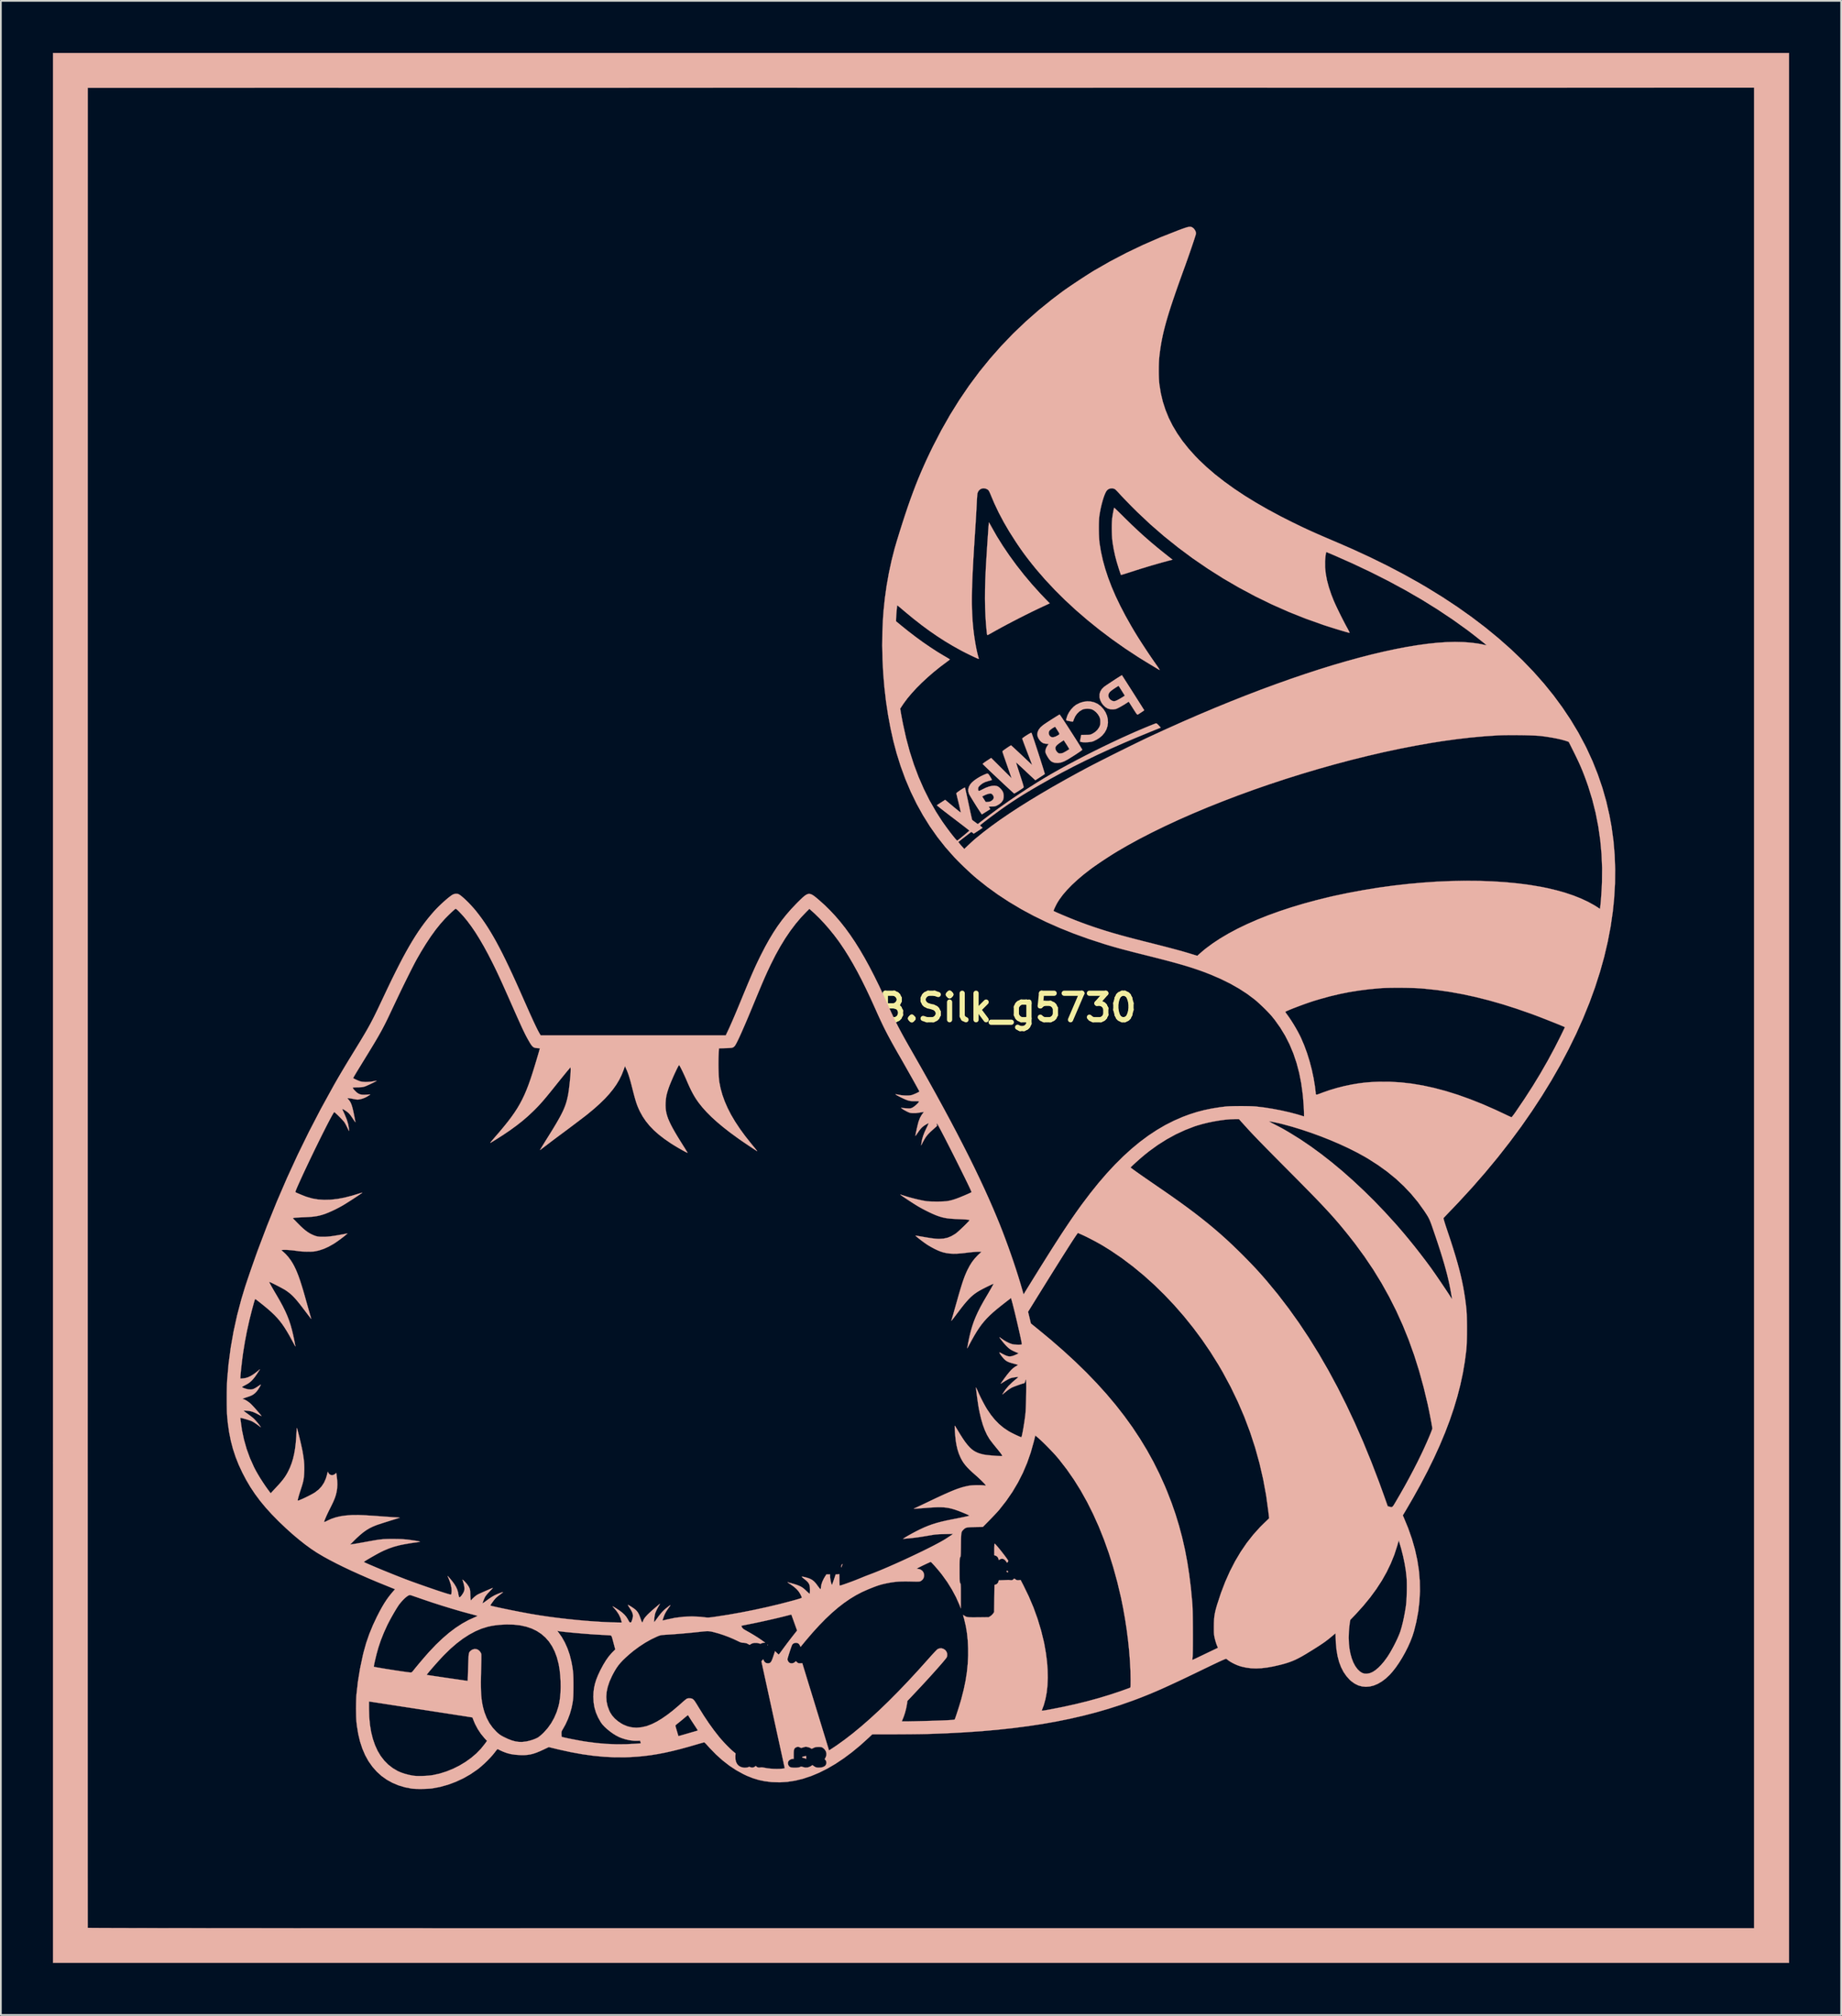
<source format=kicad_pcb>
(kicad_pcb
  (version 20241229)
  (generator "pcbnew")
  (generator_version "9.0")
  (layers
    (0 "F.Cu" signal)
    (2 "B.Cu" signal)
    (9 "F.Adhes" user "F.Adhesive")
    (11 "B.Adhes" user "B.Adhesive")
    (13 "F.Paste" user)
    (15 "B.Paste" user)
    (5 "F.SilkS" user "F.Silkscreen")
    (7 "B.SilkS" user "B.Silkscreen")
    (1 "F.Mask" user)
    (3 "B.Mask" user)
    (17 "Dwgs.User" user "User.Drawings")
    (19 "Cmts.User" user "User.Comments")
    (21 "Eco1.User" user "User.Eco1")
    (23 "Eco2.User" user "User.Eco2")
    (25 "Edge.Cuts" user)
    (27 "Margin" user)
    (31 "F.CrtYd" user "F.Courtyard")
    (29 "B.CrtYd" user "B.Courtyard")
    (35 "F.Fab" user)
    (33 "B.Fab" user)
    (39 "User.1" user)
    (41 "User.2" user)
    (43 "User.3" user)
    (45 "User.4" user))
  (footprint "B.Silk_g5730"
    (layer "F.Cu")
    (at 54.996 54.996)
    (property "Reference" "B.Silk_g5730" (at 0 0 0) (layer "F.SilkS") (effects (font (size 1.524 1.524) (thickness 0.3))))
    (attr through_hole)
    (fp_poly (pts (xy -13.808 36.689) (xy -13.805 36.714) (xy -13.808 36.717) (xy -13.82 36.714) (xy -13.822 36.703) (xy -13.814 36.686) (xy -13.808 36.689)) (stroke (width 0.01) (type solid)) (fill yes) (layer "B.SilkS"))
    (fp_poly (pts (xy 0.01 32.448) (xy 0.039 32.484) (xy 0.034 32.507) (xy 0.002 32.511) (xy -0.042 32.491) (xy -0.062 32.468) (xy -0.048 32.446) (xy -0.019 32.432) (xy 0.01 32.448)) (stroke (width 0.01) (type solid)) (fill yes) (layer "B.SilkS"))
    (fp_poly (pts (xy -9.537 32.131) (xy -9.564 32.198) (xy -9.58 32.229) (xy -9.587 32.226) (xy -9.588 32.192) (xy -9.588 32.18) (xy -9.572 32.114) (xy -9.544 32.076) (xy -9.5 32.037) (xy -9.537 32.131)) (stroke (width 0.01) (type solid)) (fill yes) (layer "B.SilkS"))
    (fp_poly (pts (xy -11.603 43.114) (xy -11.599 43.159) (xy -11.599 43.178) (xy -11.6 43.231) (xy -11.603 43.261) (xy -11.605 43.263) (xy -11.625 43.254) (xy -11.669 43.234) (xy -11.673 43.232) (xy -11.733 43.211) (xy -11.785 43.202) (xy -11.824 43.192) (xy -11.831 43.169) (xy -11.807 43.146) (xy -11.763 43.132) (xy -11.699 43.119) (xy -11.647 43.106) (xy -11.617 43.1) (xy -11.603 43.114)) (stroke (width 0.01) (type solid)) (fill yes) (layer "B.SilkS"))
    (fp_poly (pts (xy -0.716 30.887) (xy -0.667 30.938) (xy -0.601 31.012) (xy -0.524 31.104) (xy -0.438 31.208) (xy -0.349 31.319) (xy -0.26 31.433) (xy -0.175 31.543) (xy -0.099 31.645) (xy -0.035 31.733) (xy 0.012 31.802) (xy 0.038 31.847) (xy 0.042 31.86) (xy 0.031 31.894) (xy 0.007 31.933) (xy -0.018 31.959) (xy -0.025 31.962) (xy -0.041 31.946) (xy -0.073 31.905) (xy -0.1 31.868) (xy -0.178 31.784) (xy -0.263 31.741) (xy -0.353 31.738) (xy -0.425 31.765) (xy -0.506 31.809) (xy -0.519 31.749) (xy -0.559 31.657) (xy -0.63 31.587) (xy -0.688 31.559) (xy -0.762 31.535) (xy -0.762 31.196) (xy -0.761 31.083) (xy -0.758 30.986) (xy -0.754 30.913) (xy -0.748 30.872) (xy -0.744 30.865) (xy -0.716 30.887)) (stroke (width 0.01) (type solid)) (fill yes) (layer "B.SilkS"))
    (fp_poly (pts (xy -1.062 -27.938) (xy -1.033 -27.893) (xy -0.993 -27.824) (xy -0.945 -27.736) (xy -0.932 -27.712) (xy -0.621 -27.163) (xy -0.273 -26.606) (xy 0.107 -26.045) (xy 0.516 -25.485) (xy 0.95 -24.932) (xy 1.406 -24.391) (xy 1.879 -23.866) (xy 2.173 -23.558) (xy 2.431 -23.294) (xy 2.046 -23.115) (xy 1.728 -22.965) (xy 1.386 -22.8) (xy 1.031 -22.624) (xy 0.67 -22.441) (xy 0.31 -22.256) (xy -0.039 -22.073) (xy -0.37 -21.895) (xy -0.675 -21.727) (xy -0.829 -21.64) (xy -0.933 -21.581) (xy -1.024 -21.531) (xy -1.097 -21.492) (xy -1.144 -21.469) (xy -1.159 -21.463) (xy -1.172 -21.482) (xy -1.184 -21.532) (xy -1.194 -21.595) (xy -1.238 -22.062) (xy -1.27 -22.541) (xy -1.29 -23.038) (xy -1.299 -23.558) (xy -1.295 -24.104) (xy -1.279 -24.681) (xy -1.252 -25.294) (xy -1.248 -25.358) (xy -1.24 -25.505) (xy -1.23 -25.674) (xy -1.219 -25.86) (xy -1.206 -26.059) (xy -1.193 -26.267) (xy -1.18 -26.48) (xy -1.166 -26.694) (xy -1.152 -26.904) (xy -1.138 -27.106) (xy -1.125 -27.297) (xy -1.113 -27.471) (xy -1.102 -27.624) (xy -1.092 -27.753) (xy -1.084 -27.854) (xy -1.079 -27.921) (xy -1.075 -27.951) (xy -1.075 -27.952) (xy -1.062 -27.938)) (stroke (width 0.01) (type solid)) (fill yes) (layer "B.SilkS"))
    (fp_poly (pts (xy 6.161 -28.788) (xy 6.204 -28.748) (xy 6.27 -28.686) (xy 6.357 -28.602) (xy 6.459 -28.502) (xy 6.576 -28.387) (xy 6.702 -28.262) (xy 6.723 -28.241) (xy 7.121 -27.851) (xy 7.505 -27.487) (xy 7.885 -27.142) (xy 8.27 -26.807) (xy 8.67 -26.473) (xy 8.975 -26.227) (xy 9.092 -26.134) (xy 9.201 -26.047) (xy 9.297 -25.971) (xy 9.374 -25.911) (xy 9.427 -25.869) (xy 9.448 -25.854) (xy 9.507 -25.811) (xy 9.162 -25.719) (xy 8.903 -25.648) (xy 8.616 -25.567) (xy 8.31 -25.478) (xy 7.995 -25.384) (xy 7.683 -25.288) (xy 7.384 -25.194) (xy 7.108 -25.105) (xy 7.107 -25.104) (xy 6.96 -25.057) (xy 6.827 -25.014) (xy 6.713 -24.979) (xy 6.622 -24.952) (xy 6.561 -24.936) (xy 6.533 -24.931) (xy 6.532 -24.931) (xy 6.523 -24.955) (xy 6.504 -25.012) (xy 6.476 -25.095) (xy 6.442 -25.197) (xy 6.417 -25.273) (xy 6.295 -25.67) (xy 6.196 -26.045) (xy 6.118 -26.41) (xy 6.057 -26.775) (xy 6.041 -26.897) (xy 6.026 -27.045) (xy 6.015 -27.221) (xy 6.009 -27.413) (xy 6.006 -27.611) (xy 6.007 -27.805) (xy 6.013 -27.983) (xy 6.024 -28.135) (xy 6.03 -28.197) (xy 6.043 -28.29) (xy 6.06 -28.396) (xy 6.079 -28.504) (xy 6.098 -28.607) (xy 6.117 -28.696) (xy 6.132 -28.762) (xy 6.143 -28.797) (xy 6.145 -28.8) (xy 6.161 -28.788)) (stroke (width 0.01) (type solid)) (fill yes) (layer "B.SilkS"))
    (fp_poly (pts (xy 4.797 -17.64) (xy 4.996 -17.592) (xy 5.182 -17.508) (xy 5.351 -17.387) (xy 5.374 -17.366) (xy 5.528 -17.198) (xy 5.647 -17.015) (xy 5.73 -16.821) (xy 5.776 -16.621) (xy 5.785 -16.42) (xy 5.758 -16.221) (xy 5.694 -16.028) (xy 5.593 -15.847) (xy 5.455 -15.682) (xy 5.318 -15.564) (xy 5.156 -15.457) (xy 4.987 -15.37) (xy 4.913 -15.34) (xy 4.824 -15.318) (xy 4.707 -15.301) (xy 4.576 -15.291) (xy 4.445 -15.288) (xy 4.329 -15.294) (xy 4.281 -15.301) (xy 4.224 -15.313) (xy 4.186 -15.325) (xy 4.181 -15.328) (xy 4.18 -15.352) (xy 4.187 -15.408) (xy 4.2 -15.485) (xy 4.208 -15.527) (xy 4.246 -15.715) (xy 4.499 -15.716) (xy 4.608 -15.717) (xy 4.687 -15.72) (xy 4.746 -15.728) (xy 4.796 -15.742) (xy 4.85 -15.765) (xy 4.894 -15.786) (xy 5.048 -15.883) (xy 5.179 -16.007) (xy 5.277 -16.151) (xy 5.287 -16.17) (xy 5.317 -16.238) (xy 5.335 -16.301) (xy 5.343 -16.375) (xy 5.345 -16.468) (xy 5.342 -16.568) (xy 5.333 -16.643) (xy 5.313 -16.709) (xy 5.288 -16.769) (xy 5.207 -16.903) (xy 5.101 -17.025) (xy 4.979 -17.123) (xy 4.913 -17.161) (xy 4.848 -17.19) (xy 4.788 -17.208) (xy 4.719 -17.216) (xy 4.626 -17.219) (xy 4.604 -17.219) (xy 4.503 -17.217) (xy 4.428 -17.209) (xy 4.365 -17.193) (xy 4.297 -17.165) (xy 4.292 -17.162) (xy 4.139 -17.068) (xy 4.006 -16.94) (xy 3.897 -16.785) (xy 3.818 -16.608) (xy 3.81 -16.584) (xy 3.791 -16.528) (xy 3.774 -16.49) (xy 3.77 -16.485) (xy 3.745 -16.482) (xy 3.689 -16.487) (xy 3.615 -16.499) (xy 3.609 -16.501) (xy 3.505 -16.521) (xy 3.437 -16.536) (xy 3.397 -16.551) (xy 3.38 -16.571) (xy 3.38 -16.601) (xy 3.391 -16.646) (xy 3.4 -16.682) (xy 3.458 -16.855) (xy 3.55 -17.028) (xy 3.667 -17.191) (xy 3.802 -17.335) (xy 3.948 -17.448) (xy 3.967 -17.46) (xy 4.171 -17.561) (xy 4.38 -17.625) (xy 4.59 -17.651) (xy 4.797 -17.64)) (stroke (width 0.01) (type solid)) (fill yes) (layer "B.SilkS"))
    (fp_poly (pts (xy -1.126 -13.479) (xy -1.092 -13.448) (xy -1.055 -13.395) (xy -1.008 -13.321) (xy -0.96 -13.244) (xy -0.924 -13.179) (xy -0.905 -13.135) (xy -0.904 -13.121) (xy -0.931 -13.109) (xy -0.989 -13.091) (xy -1.066 -13.07) (xy -1.097 -13.062) (xy -1.279 -13.005) (xy -1.429 -12.931) (xy -1.559 -12.833) (xy -1.593 -12.802) (xy -1.648 -12.744) (xy -1.678 -12.699) (xy -1.691 -12.655) (xy -1.693 -12.61) (xy -1.69 -12.543) (xy -1.676 -12.503) (xy -1.645 -12.491) (xy -1.593 -12.504) (xy -1.513 -12.542) (xy -1.471 -12.564) (xy -1.256 -12.67) (xy -1.06 -12.743) (xy -0.885 -12.783) (xy -0.732 -12.791) (xy -0.602 -12.766) (xy -0.559 -12.747) (xy -0.464 -12.681) (xy -0.37 -12.587) (xy -0.29 -12.476) (xy -0.271 -12.442) (xy -0.236 -12.341) (xy -0.221 -12.22) (xy -0.226 -12.096) (xy -0.252 -11.985) (xy -0.269 -11.947) (xy -0.349 -11.835) (xy -0.465 -11.734) (xy -0.603 -11.651) (xy -0.675 -11.62) (xy -0.739 -11.601) (xy -0.813 -11.593) (xy -0.903 -11.591) (xy -0.984 -11.59) (xy -1.045 -11.589) (xy -1.077 -11.587) (xy -1.079 -11.586) (xy -1.07 -11.566) (xy -1.046 -11.524) (xy -1.038 -11.51) (xy -0.996 -11.44) (xy -1.231 -11.292) (xy -1.319 -11.237) (xy -1.394 -11.19) (xy -1.449 -11.156) (xy -1.477 -11.141) (xy -1.479 -11.14) (xy -1.493 -11.156) (xy -1.527 -11.204) (xy -1.577 -11.279) (xy -1.641 -11.377) (xy -1.717 -11.493) (xy -1.8 -11.624) (xy -1.835 -11.68) (xy -1.923 -11.821) (xy -2.006 -11.955) (xy -2.08 -12.076) (xy -2.138 -12.173) (xy -1.461 -12.173) (xy -1.259 -11.854) (xy -1.152 -11.853) (xy -1.02 -11.873) (xy -0.951 -11.903) (xy -0.859 -11.968) (xy -0.806 -12.044) (xy -0.793 -12.127) (xy -0.821 -12.214) (xy -0.87 -12.279) (xy -0.912 -12.319) (xy -0.951 -12.337) (xy -1.005 -12.338) (xy -1.036 -12.336) (xy -1.105 -12.321) (xy -1.195 -12.293) (xy -1.286 -12.256) (xy -1.3 -12.249) (xy -1.461 -12.173) (xy -2.138 -12.173) (xy -2.142 -12.179) (xy -2.188 -12.259) (xy -2.217 -12.311) (xy -2.221 -12.319) (xy -2.262 -12.457) (xy -2.261 -12.598) (xy -2.22 -12.739) (xy -2.14 -12.877) (xy -2.053 -12.977) (xy -1.952 -13.066) (xy -1.823 -13.161) (xy -1.678 -13.255) (xy -1.529 -13.339) (xy -1.396 -13.402) (xy -1.291 -13.447) (xy -1.217 -13.477) (xy -1.165 -13.488) (xy -1.126 -13.479)) (stroke (width 0.01) (type solid)) (fill yes) (layer "B.SilkS"))
    (fp_poly (pts (xy 6.59 -19.154) (xy 6.606 -19.13) (xy 6.642 -19.075) (xy 6.695 -18.993) (xy 6.762 -18.888) (xy 6.842 -18.763) (xy 6.932 -18.622) (xy 7.029 -18.47) (xy 7.131 -18.31) (xy 7.235 -18.146) (xy 7.34 -17.982) (xy 7.441 -17.822) (xy 7.538 -17.669) (xy 7.627 -17.528) (xy 7.707 -17.403) (xy 7.773 -17.297) (xy 7.825 -17.215) (xy 7.859 -17.16) (xy 7.874 -17.136) (xy 7.874 -17.135) (xy 7.857 -17.12) (xy 7.814 -17.088) (xy 7.75 -17.045) (xy 7.676 -16.996) (xy 7.6 -16.946) (xy 7.529 -16.902) (xy 7.5 -16.884) (xy 7.473 -16.891) (xy 7.433 -16.932) (xy 7.413 -16.959) (xy 7.38 -17.009) (xy 7.33 -17.085) (xy 7.269 -17.18) (xy 7.202 -17.285) (xy 7.167 -17.34) (xy 6.983 -17.63) (xy 6.841 -17.538) (xy 6.711 -17.456) (xy 6.582 -17.38) (xy 6.462 -17.312) (xy 6.358 -17.258) (xy 6.277 -17.221) (xy 6.237 -17.207) (xy 6.089 -17.184) (xy 5.936 -17.191) (xy 5.795 -17.227) (xy 5.762 -17.24) (xy 5.632 -17.321) (xy 5.514 -17.434) (xy 5.415 -17.569) (xy 5.342 -17.718) (xy 5.302 -17.869) (xy 5.298 -17.901) (xy 5.301 -18.018) (xy 5.811 -18.018) (xy 5.813 -17.926) (xy 5.85 -17.834) (xy 5.915 -17.753) (xy 5.99 -17.701) (xy 6.065 -17.668) (xy 6.132 -17.657) (xy 6.202 -17.667) (xy 6.288 -17.701) (xy 6.354 -17.734) (xy 6.435 -17.778) (xy 6.521 -17.827) (xy 6.603 -17.877) (xy 6.675 -17.922) (xy 6.726 -17.957) (xy 6.751 -17.978) (xy 6.752 -17.98) (xy 6.742 -17.999) (xy 6.713 -18.047) (xy 6.671 -18.114) (xy 6.62 -18.195) (xy 6.566 -18.282) (xy 6.512 -18.367) (xy 6.464 -18.442) (xy 6.426 -18.501) (xy 6.404 -18.535) (xy 6.4 -18.54) (xy 6.381 -18.532) (xy 6.333 -18.504) (xy 6.263 -18.461) (xy 6.178 -18.406) (xy 6.148 -18.386) (xy 6.029 -18.304) (xy 5.942 -18.235) (xy 5.882 -18.175) (xy 5.842 -18.116) (xy 5.818 -18.053) (xy 5.811 -18.018) (xy 5.301 -18.018) (xy 5.302 -18.064) (xy 5.345 -18.213) (xy 5.427 -18.349) (xy 5.55 -18.473) (xy 5.577 -18.494) (xy 5.625 -18.529) (xy 5.697 -18.579) (xy 5.789 -18.641) (xy 5.894 -18.711) (xy 6.008 -18.787) (xy 6.125 -18.863) (xy 6.239 -18.937) (xy 6.346 -19.006) (xy 6.44 -19.065) (xy 6.516 -19.112) (xy 6.567 -19.143) (xy 6.59 -19.154) (xy 6.59 -19.154)) (stroke (width 0.01) (type solid)) (fill yes) (layer "B.SilkS"))
    (fp_poly (pts (xy 3.017 -16.874) (xy 3.052 -16.825) (xy 3.105 -16.747) (xy 3.173 -16.646) (xy 3.253 -16.524) (xy 3.343 -16.386) (xy 3.441 -16.236) (xy 3.544 -16.076) (xy 3.649 -15.912) (xy 3.755 -15.748) (xy 3.858 -15.586) (xy 3.957 -15.431) (xy 4.048 -15.287) (xy 4.129 -15.158) (xy 4.197 -15.047) (xy 4.251 -14.959) (xy 4.288 -14.897) (xy 4.305 -14.865) (xy 4.305 -14.862) (xy 4.289 -14.842) (xy 4.24 -14.803) (xy 4.163 -14.747) (xy 4.061 -14.678) (xy 3.941 -14.598) (xy 3.804 -14.51) (xy 3.655 -14.417) (xy 3.5 -14.321) (xy 3.457 -14.295) (xy 3.262 -14.192) (xy 3.08 -14.126) (xy 2.909 -14.098) (xy 2.745 -14.106) (xy 2.64 -14.131) (xy 2.549 -14.172) (xy 2.466 -14.239) (xy 2.383 -14.337) (xy 2.298 -14.47) (xy 2.281 -14.5) (xy 2.229 -14.596) (xy 2.198 -14.669) (xy 2.183 -14.73) (xy 2.181 -14.774) (xy 2.197 -14.884) (xy 2.211 -14.921) (xy 2.756 -14.921) (xy 2.785 -14.83) (xy 2.847 -14.741) (xy 2.855 -14.732) (xy 2.91 -14.68) (xy 2.955 -14.655) (xy 3.009 -14.647) (xy 3.02 -14.647) (xy 3.097 -14.654) (xy 3.171 -14.67) (xy 3.177 -14.672) (xy 3.22 -14.691) (xy 3.286 -14.727) (xy 3.364 -14.771) (xy 3.442 -14.818) (xy 3.508 -14.859) (xy 3.55 -14.889) (xy 3.552 -14.891) (xy 3.552 -14.904) (xy 3.538 -14.935) (xy 3.508 -14.988) (xy 3.459 -15.067) (xy 3.39 -15.177) (xy 3.373 -15.202) (xy 3.238 -15.41) (xy 3.05 -15.284) (xy 2.934 -15.202) (xy 2.851 -15.132) (xy 2.796 -15.071) (xy 2.765 -15.014) (xy 2.761 -15.004) (xy 2.756 -14.921) (xy 2.211 -14.921) (xy 2.243 -15.003) (xy 2.311 -15.116) (xy 2.318 -15.125) (xy 2.369 -15.192) (xy 2.236 -15.203) (xy 2.153 -15.214) (xy 2.077 -15.233) (xy 2.037 -15.248) (xy 1.937 -15.318) (xy 1.847 -15.415) (xy 1.775 -15.527) (xy 1.729 -15.643) (xy 1.715 -15.739) (xy 1.722 -15.795) (xy 2.374 -15.795) (xy 2.402 -15.706) (xy 2.463 -15.628) (xy 2.542 -15.586) (xy 2.64 -15.582) (xy 2.755 -15.615) (xy 2.812 -15.643) (xy 2.901 -15.691) (xy 2.957 -15.726) (xy 2.984 -15.759) (xy 2.983 -15.797) (xy 2.956 -15.852) (xy 2.906 -15.931) (xy 2.887 -15.962) (xy 2.835 -16.044) (xy 2.791 -16.112) (xy 2.76 -16.16) (xy 2.749 -16.178) (xy 2.726 -16.177) (xy 2.68 -16.155) (xy 2.619 -16.119) (xy 2.551 -16.074) (xy 2.488 -16.026) (xy 2.436 -15.981) (xy 2.418 -15.963) (xy 2.379 -15.886) (xy 2.374 -15.795) (xy 1.722 -15.795) (xy 1.735 -15.881) (xy 1.795 -16.018) (xy 1.897 -16.149) (xy 2.041 -16.275) (xy 2.08 -16.304) (xy 2.15 -16.352) (xy 2.239 -16.412) (xy 2.343 -16.48) (xy 2.456 -16.553) (xy 2.571 -16.627) (xy 2.684 -16.699) (xy 2.788 -16.764) (xy 2.877 -16.819) (xy 2.947 -16.861) (xy 2.991 -16.886) (xy 3.003 -16.891) (xy 3.017 -16.874)) (stroke (width 0.01) (type solid)) (fill yes) (layer "B.SilkS"))
    (fp_poly (pts (xy 45.022 55.012) (xy -54.991 55.012) (xy -54.991 24.988) (xy -52.998 24.988) (xy -52.998 26.221) (xy -52.997 27.435) (xy -52.997 28.627) (xy -52.997 29.798) (xy -52.997 30.947) (xy -52.997 32.074) (xy -52.997 33.178) (xy -52.997 34.258) (xy -52.997 35.314) (xy -52.997 36.346) (xy -52.997 37.352) (xy -52.997 38.332) (xy -52.997 39.286) (xy -52.997 40.213) (xy -52.997 41.112) (xy -52.997 41.984) (xy -52.996 42.827) (xy -52.996 43.64) (xy -52.996 44.424) (xy -52.996 45.177) (xy -52.996 45.899) (xy -52.996 46.59) (xy -52.995 47.249) (xy -52.995 47.876) (xy -52.995 48.469) (xy -52.995 49.028) (xy -52.995 49.553) (xy -52.995 50.043) (xy -52.994 50.497) (xy -52.994 50.916) (xy -52.994 51.298) (xy -52.994 51.643) (xy -52.993 51.95) (xy -52.993 52.219) (xy -52.993 52.449) (xy -52.993 52.639) (xy -52.992 52.79) (xy -52.992 52.9) (xy -52.992 52.968) (xy -52.992 52.996) (xy -52.992 52.996) (xy -52.984 52.997) (xy -52.962 52.998) (xy -52.925 52.999) (xy -52.872 53) (xy -52.804 53.001) (xy -52.719 53.002) (xy -52.617 53.002) (xy -52.498 53.003) (xy -52.361 53.004) (xy -52.207 53.005) (xy -52.033 53.006) (xy -51.841 53.006) (xy -51.629 53.007) (xy -51.398 53.008) (xy -51.146 53.008) (xy -50.873 53.009) (xy -50.579 53.01) (xy -50.263 53.01) (xy -49.925 53.011) (xy -49.565 53.012) (xy -49.182 53.012) (xy -48.775 53.013) (xy -48.345 53.013) (xy -47.89 53.014) (xy -47.41 53.014) (xy -46.906 53.015) (xy -46.375 53.015) (xy -45.819 53.016) (xy -45.236 53.016) (xy -44.626 53.016) (xy -43.988 53.017) (xy -43.323 53.017) (xy -42.63 53.018) (xy -41.908 53.018) (xy -41.156 53.018) (xy -40.375 53.019) (xy -39.565 53.019) (xy -38.723 53.019) (xy -37.851 53.019) (xy -36.947 53.02) (xy -36.011 53.02) (xy -35.044 53.02) (xy -34.043 53.02) (xy -33.009 53.021) (xy -31.942 53.021) (xy -30.841 53.021) (xy -29.705 53.021) (xy -28.535 53.021) (xy -27.329 53.022) (xy -26.087 53.022) (xy -24.809 53.022) (xy -23.495 53.022) (xy -22.143 53.022) (xy -20.754 53.022) (xy -19.327 53.022) (xy -17.861 53.022) (xy -16.356 53.022) (xy -14.813 53.022) (xy -13.229 53.022) (xy -11.605 53.022) (xy -9.941 53.022) (xy -8.235 53.022) (xy -6.488 53.022) (xy -4.985 53.023) (xy 43.011 53.023) (xy 43.011 -53.001) (xy -4.99 -52.996) (xy -52.991 -52.991) (xy -52.996 -0.011) (xy -52.996 1.489) (xy -52.996 2.978) (xy -52.997 4.456) (xy -52.997 5.924) (xy -52.997 7.38) (xy -52.997 8.824) (xy -52.997 10.254) (xy -52.997 11.672) (xy -52.997 13.076) (xy -52.997 14.465) (xy -52.997 15.839) (xy -52.997 17.197) (xy -52.997 18.54) (xy -52.997 19.865) (xy -52.997 21.173) (xy -52.997 22.464) (xy -52.998 23.735) (xy -52.998 24.988) (xy -54.991 24.988) (xy -54.991 -54.991) (xy 45.022 -54.991) (xy 45.022 55.012)) (stroke (width 0.01) (type solid)) (fill yes) (layer "B.SilkS"))
    (fp_poly (pts (xy 1.376 -15.84) (xy 1.388 -15.815) (xy 1.41 -15.754) (xy 1.443 -15.663) (xy 1.483 -15.544) (xy 1.531 -15.403) (xy 1.584 -15.243) (xy 1.641 -15.07) (xy 1.701 -14.886) (xy 1.763 -14.698) (xy 1.824 -14.508) (xy 1.884 -14.322) (xy 1.94 -14.143) (xy 1.993 -13.976) (xy 2.04 -13.825) (xy 2.08 -13.695) (xy 2.112 -13.589) (xy 2.134 -13.513) (xy 2.145 -13.47) (xy 2.145 -13.462) (xy 2.122 -13.445) (xy 2.07 -13.41) (xy 1.995 -13.36) (xy 1.906 -13.302) (xy 1.864 -13.275) (xy 1.6 -13.105) (xy 1.398 -13.293) (xy 1.319 -13.366) (xy 1.218 -13.461) (xy 1.103 -13.568) (xy 0.983 -13.681) (xy 0.865 -13.792) (xy 0.847 -13.809) (xy 0.747 -13.902) (xy 0.657 -13.985) (xy 0.583 -14.053) (xy 0.528 -14.102) (xy 0.497 -14.127) (xy 0.492 -14.13) (xy 0.497 -14.11) (xy 0.514 -14.053) (xy 0.541 -13.966) (xy 0.576 -13.852) (xy 0.62 -13.716) (xy 0.669 -13.563) (xy 0.716 -13.417) (xy 0.777 -13.229) (xy 0.826 -13.077) (xy 0.864 -12.957) (xy 0.892 -12.865) (xy 0.91 -12.796) (xy 0.921 -12.748) (xy 0.925 -12.715) (xy 0.923 -12.694) (xy 0.916 -12.68) (xy 0.913 -12.676) (xy 0.881 -12.651) (xy 0.825 -12.611) (xy 0.75 -12.562) (xy 0.666 -12.507) (xy 0.581 -12.453) (xy 0.502 -12.404) (xy 0.437 -12.366) (xy 0.395 -12.344) (xy 0.384 -12.34) (xy 0.365 -12.354) (xy 0.319 -12.395) (xy 0.247 -12.459) (xy 0.152 -12.545) (xy 0.038 -12.65) (xy -0.093 -12.771) (xy -0.238 -12.906) (xy -0.394 -13.052) (xy -0.533 -13.182) (xy -0.696 -13.336) (xy -0.85 -13.481) (xy -0.992 -13.615) (xy -1.118 -13.736) (xy -1.228 -13.841) (xy -1.316 -13.927) (xy -1.382 -13.991) (xy -1.421 -14.031) (xy -1.433 -14.044) (xy -1.417 -14.063) (xy -1.373 -14.099) (xy -1.305 -14.149) (xy -1.22 -14.207) (xy -1.189 -14.227) (xy -0.942 -14.389) (xy -0.354 -13.804) (xy 0.234 -13.219) (xy 0.077 -13.674) (xy 0.023 -13.829) (xy -0.034 -13.994) (xy -0.091 -14.156) (xy -0.142 -14.304) (xy -0.185 -14.425) (xy -0.189 -14.436) (xy -0.226 -14.544) (xy -0.258 -14.639) (xy -0.281 -14.713) (xy -0.294 -14.759) (xy -0.296 -14.769) (xy -0.28 -14.787) (xy -0.235 -14.823) (xy -0.171 -14.871) (xy -0.094 -14.925) (xy -0.012 -14.981) (xy 0.066 -15.033) (xy 0.134 -15.076) (xy 0.183 -15.104) (xy 0.204 -15.113) (xy 0.222 -15.099) (xy 0.266 -15.059) (xy 0.335 -14.997) (xy 0.423 -14.916) (xy 0.528 -14.818) (xy 0.645 -14.709) (xy 0.748 -14.612) (xy 0.877 -14.491) (xy 0.998 -14.377) (xy 1.108 -14.273) (xy 1.203 -14.184) (xy 1.278 -14.113) (xy 1.33 -14.065) (xy 1.35 -14.046) (xy 1.42 -13.981) (xy 1.368 -14.118) (xy 1.347 -14.173) (xy 1.314 -14.261) (xy 1.27 -14.376) (xy 1.218 -14.511) (xy 1.16 -14.661) (xy 1.1 -14.819) (xy 1.081 -14.867) (xy 1.023 -15.019) (xy 0.97 -15.16) (xy 0.924 -15.283) (xy 0.888 -15.383) (xy 0.861 -15.457) (xy 0.848 -15.499) (xy 0.847 -15.505) (xy 0.863 -15.526) (xy 0.909 -15.563) (xy 0.975 -15.61) (xy 1.053 -15.663) (xy 1.138 -15.716) (xy 1.22 -15.765) (xy 1.292 -15.806) (xy 1.346 -15.833) (xy 1.374 -15.841) (xy 1.376 -15.84)) (stroke (width 0.01) (type solid)) (fill yes) (layer "B.SilkS"))
    (fp_poly (pts (xy 10.569 -44.978) (xy 10.615 -44.963) (xy 10.641 -44.951) (xy 10.725 -44.887) (xy 10.795 -44.797) (xy 10.843 -44.695) (xy 10.858 -44.604) (xy 10.851 -44.567) (xy 10.831 -44.493) (xy 10.798 -44.387) (xy 10.755 -44.25) (xy 10.701 -44.087) (xy 10.638 -43.901) (xy 10.568 -43.695) (xy 10.491 -43.472) (xy 10.408 -43.236) (xy 10.321 -42.99) (xy 10.231 -42.737) (xy 10.138 -42.482) (xy 10.134 -42.471) (xy 9.962 -41.994) (xy 9.805 -41.553) (xy 9.663 -41.146) (xy 9.534 -40.768) (xy 9.418 -40.419) (xy 9.314 -40.094) (xy 9.221 -39.79) (xy 9.138 -39.505) (xy 9.065 -39.236) (xy 9 -38.979) (xy 8.943 -38.732) (xy 8.894 -38.493) (xy 8.85 -38.257) (xy 8.812 -38.022) (xy 8.779 -37.785) (xy 8.751 -37.56) (xy 8.734 -37.381) (xy 8.722 -37.172) (xy 8.715 -36.946) (xy 8.713 -36.711) (xy 8.715 -36.477) (xy 8.722 -36.256) (xy 8.734 -36.057) (xy 8.749 -35.9) (xy 8.83 -35.4) (xy 8.945 -34.914) (xy 9.097 -34.441) (xy 9.285 -33.979) (xy 9.511 -33.527) (xy 9.776 -33.083) (xy 10.079 -32.646) (xy 10.423 -32.213) (xy 10.808 -31.784) (xy 11.027 -31.559) (xy 11.471 -31.139) (xy 11.957 -30.722) (xy 12.485 -30.309) (xy 13.054 -29.899) (xy 13.665 -29.493) (xy 14.318 -29.091) (xy 15.012 -28.693) (xy 15.747 -28.299) (xy 16.351 -27.993) (xy 16.608 -27.868) (xy 16.85 -27.75) (xy 17.084 -27.639) (xy 17.317 -27.531) (xy 17.554 -27.423) (xy 17.802 -27.312) (xy 18.067 -27.196) (xy 18.355 -27.072) (xy 18.671 -26.937) (xy 18.902 -26.839) (xy 19.908 -26.401) (xy 20.889 -25.947) (xy 21.842 -25.479) (xy 22.763 -24.998) (xy 23.648 -24.506) (xy 24.141 -24.218) (xy 25.045 -23.662) (xy 25.912 -23.09) (xy 26.74 -22.503) (xy 27.53 -21.902) (xy 28.281 -21.286) (xy 28.993 -20.657) (xy 29.666 -20.013) (xy 30.3 -19.355) (xy 30.895 -18.683) (xy 31.45 -17.998) (xy 31.965 -17.299) (xy 32.441 -16.587) (xy 32.877 -15.862) (xy 33.272 -15.124) (xy 33.362 -14.944) (xy 33.706 -14.195) (xy 34.008 -13.437) (xy 34.27 -12.669) (xy 34.493 -11.889) (xy 34.676 -11.093) (xy 34.798 -10.425) (xy 34.907 -9.621) (xy 34.977 -8.804) (xy 35.006 -7.974) (xy 34.996 -7.133) (xy 34.946 -6.282) (xy 34.871 -5.546) (xy 34.747 -4.685) (xy 34.582 -3.817) (xy 34.377 -2.942) (xy 34.131 -2.062) (xy 33.847 -1.177) (xy 33.523 -0.288) (xy 33.16 0.604) (xy 32.76 1.498) (xy 32.322 2.392) (xy 31.848 3.288) (xy 31.336 4.182) (xy 30.789 5.074) (xy 30.206 5.964) (xy 29.589 6.851) (xy 28.936 7.732) (xy 28.25 8.609) (xy 27.53 9.479) (xy 26.778 10.342) (xy 25.992 11.197) (xy 25.633 11.574) (xy 25.514 11.697) (xy 25.405 11.811) (xy 25.308 11.913) (xy 25.227 11.998) (xy 25.166 12.062) (xy 25.128 12.103) (xy 25.117 12.115) (xy 25.119 12.142) (xy 25.135 12.206) (xy 25.163 12.305) (xy 25.204 12.437) (xy 25.256 12.6) (xy 25.32 12.791) (xy 25.367 12.933) (xy 25.528 13.414) (xy 25.671 13.861) (xy 25.8 14.279) (xy 25.914 14.671) (xy 26.015 15.042) (xy 26.104 15.397) (xy 26.182 15.741) (xy 26.25 16.077) (xy 26.309 16.41) (xy 26.361 16.745) (xy 26.405 17.086) (xy 26.43 17.304) (xy 26.443 17.452) (xy 26.454 17.635) (xy 26.461 17.846) (xy 26.467 18.078) (xy 26.47 18.322) (xy 26.47 18.572) (xy 26.469 18.82) (xy 26.464 19.06) (xy 26.457 19.283) (xy 26.448 19.483) (xy 26.436 19.652) (xy 26.43 19.717) (xy 26.346 20.376) (xy 26.233 21.04) (xy 26.089 21.71) (xy 25.915 22.388) (xy 25.71 23.075) (xy 25.472 23.772) (xy 25.203 24.481) (xy 24.9 25.204) (xy 24.564 25.941) (xy 24.194 26.695) (xy 23.789 27.467) (xy 23.349 28.258) (xy 22.968 28.912) (xy 22.773 29.239) (xy 22.825 29.357) (xy 23.082 29.979) (xy 23.298 30.594) (xy 23.472 31.202) (xy 23.605 31.805) (xy 23.698 32.404) (xy 23.749 33) (xy 23.76 33.594) (xy 23.73 34.188) (xy 23.66 34.783) (xy 23.549 35.379) (xy 23.417 35.909) (xy 23.325 36.2) (xy 23.207 36.505) (xy 23.067 36.818) (xy 22.908 37.132) (xy 22.736 37.438) (xy 22.555 37.73) (xy 22.367 38.001) (xy 22.177 38.243) (xy 22.019 38.42) (xy 21.793 38.633) (xy 21.564 38.806) (xy 21.333 38.942) (xy 21.102 39.038) (xy 20.872 39.096) (xy 20.645 39.114) (xy 20.424 39.093) (xy 20.208 39.033) (xy 20.002 38.932) (xy 19.805 38.791) (xy 19.726 38.721) (xy 19.53 38.505) (xy 19.36 38.261) (xy 19.218 37.986) (xy 19.103 37.681) (xy 19.014 37.344) (xy 18.952 36.975) (xy 18.915 36.573) (xy 18.909 36.425) (xy 18.904 36.281) (xy 19.655 36.281) (xy 19.666 36.604) (xy 19.699 36.913) (xy 19.753 37.202) (xy 19.827 37.468) (xy 19.919 37.707) (xy 20.03 37.916) (xy 20.157 38.09) (xy 20.173 38.108) (xy 20.301 38.23) (xy 20.429 38.312) (xy 20.561 38.355) (xy 20.703 38.36) (xy 20.86 38.33) (xy 20.895 38.32) (xy 21.041 38.256) (xy 21.196 38.154) (xy 21.358 38.019) (xy 21.523 37.853) (xy 21.689 37.658) (xy 21.851 37.439) (xy 21.919 37.338) (xy 22.027 37.166) (xy 22.138 36.973) (xy 22.25 36.767) (xy 22.356 36.558) (xy 22.454 36.353) (xy 22.539 36.161) (xy 22.607 35.99) (xy 22.637 35.904) (xy 22.707 35.667) (xy 22.775 35.4) (xy 22.838 35.111) (xy 22.895 34.812) (xy 22.943 34.514) (xy 22.957 34.412) (xy 22.971 34.279) (xy 22.983 34.112) (xy 22.993 33.922) (xy 22.999 33.717) (xy 23.003 33.506) (xy 23.004 33.299) (xy 23.002 33.105) (xy 22.997 32.933) (xy 22.988 32.804) (xy 22.945 32.416) (xy 22.877 32.006) (xy 22.789 31.585) (xy 22.683 31.165) (xy 22.606 30.904) (xy 22.538 30.683) (xy 22.447 31) (xy 22.282 31.509) (xy 22.079 32.011) (xy 21.839 32.508) (xy 21.561 33) (xy 21.243 33.488) (xy 20.886 33.975) (xy 20.487 34.46) (xy 20.048 34.946) (xy 19.943 35.055) (xy 19.746 35.26) (xy 19.716 35.442) (xy 19.704 35.531) (xy 19.691 35.649) (xy 19.678 35.782) (xy 19.668 35.915) (xy 19.665 35.947) (xy 19.655 36.281) (xy 18.904 36.281) (xy 18.896 36.031) (xy 18.618 36.262) (xy 18.518 36.345) (xy 18.419 36.422) (xy 18.319 36.498) (xy 18.21 36.576) (xy 18.089 36.658) (xy 17.95 36.75) (xy 17.789 36.853) (xy 17.601 36.972) (xy 17.423 37.082) (xy 17.181 37.23) (xy 16.966 37.355) (xy 16.77 37.461) (xy 16.587 37.552) (xy 16.41 37.629) (xy 16.231 37.696) (xy 16.044 37.757) (xy 15.84 37.815) (xy 15.695 37.852) (xy 15.311 37.94) (xy 14.958 38.003) (xy 14.63 38.042) (xy 14.324 38.056) (xy 14.036 38.046) (xy 13.761 38.011) (xy 13.495 37.953) (xy 13.368 37.916) (xy 13.235 37.868) (xy 13.091 37.805) (xy 12.948 37.733) (xy 12.821 37.66) (xy 12.724 37.593) (xy 12.667 37.549) (xy 12.621 37.514) (xy 12.602 37.501) (xy 12.586 37.501) (xy 12.552 37.511) (xy 12.498 37.531) (xy 12.422 37.563) (xy 12.322 37.607) (xy 12.196 37.665) (xy 12.041 37.738) (xy 11.857 37.825) (xy 11.64 37.929) (xy 11.388 38.05) (xy 11.176 38.153) (xy 10.756 38.356) (xy 10.37 38.541) (xy 10.015 38.71) (xy 9.687 38.864) (xy 9.384 39.004) (xy 9.102 39.133) (xy 8.837 39.252) (xy 8.586 39.362) (xy 8.345 39.464) (xy 8.112 39.561) (xy 7.883 39.653) (xy 7.655 39.743) (xy 7.423 39.831) (xy 7.186 39.919) (xy 6.499 40.161) (xy 5.797 40.385) (xy 5.079 40.592) (xy 4.342 40.782) (xy 3.586 40.956) (xy 2.807 41.113) (xy 2.004 41.255) (xy 1.174 41.38) (xy 0.317 41.491) (xy -0.571 41.587) (xy -1.491 41.668) (xy -2.445 41.734) (xy -3.435 41.787) (xy -4.445 41.826) (xy -4.601 41.83) (xy -4.793 41.834) (xy -5.013 41.838) (xy -5.256 41.841) (xy -5.515 41.844) (xy -5.782 41.846) (xy -6.052 41.848) (xy -6.317 41.849) (xy -6.474 41.85) (xy -7.794 41.852) (xy -7.998 42.045) (xy -8.481 42.482) (xy -8.962 42.879) (xy -9.44 43.235) (xy -9.914 43.551) (xy -10.386 43.826) (xy -10.854 44.061) (xy -11.317 44.254) (xy -11.777 44.407) (xy -12.231 44.518) (xy -12.681 44.588) (xy -13.125 44.616) (xy -13.564 44.603) (xy -13.621 44.598) (xy -13.992 44.551) (xy -14.34 44.478) (xy -14.676 44.375) (xy -15.014 44.24) (xy -15.219 44.143) (xy -15.625 43.92) (xy -16.025 43.656) (xy -16.415 43.353) (xy -16.794 43.013) (xy -17.16 42.638) (xy -17.323 42.455) (xy -17.382 42.391) (xy -17.432 42.342) (xy -17.468 42.315) (xy -17.477 42.312) (xy -17.506 42.318) (xy -17.568 42.334) (xy -17.658 42.359) (xy -17.767 42.39) (xy -17.889 42.427) (xy -17.892 42.427) (xy -18.398 42.574) (xy -18.87 42.703) (xy -19.316 42.814) (xy -19.74 42.908) (xy -20.147 42.986) (xy -20.542 43.05) (xy -20.931 43.099) (xy -21.319 43.136) (xy -21.711 43.161) (xy -22.035 43.173) (xy -22.627 43.174) (xy -23.232 43.145) (xy -23.852 43.087) (xy -24.491 42.998) (xy -25.151 42.879) (xy -25.835 42.73) (xy -25.952 42.702) (xy -26.43 42.586) (xy -26.724 42.725) (xy -26.947 42.827) (xy -27.142 42.906) (xy -27.319 42.966) (xy -27.488 43.008) (xy -27.655 43.034) (xy -27.829 43.047) (xy -28.02 43.048) (xy -28.099 43.045) (xy -28.368 43.026) (xy -28.61 42.99) (xy -28.834 42.933) (xy -29.053 42.853) (xy -29.186 42.793) (xy -29.266 42.755) (xy -29.331 42.723) (xy -29.372 42.703) (xy -29.382 42.699) (xy -29.398 42.712) (xy -29.435 42.753) (xy -29.485 42.816) (xy -29.545 42.894) (xy -29.549 42.899) (xy -29.665 43.043) (xy -29.808 43.203) (xy -29.97 43.37) (xy -30.14 43.534) (xy -30.312 43.689) (xy -30.476 43.826) (xy -30.547 43.88) (xy -30.943 44.151) (xy -31.36 44.388) (xy -31.794 44.589) (xy -32.24 44.754) (xy -32.694 44.88) (xy -33.153 44.965) (xy -33.189 44.97) (xy -33.296 44.98) (xy -33.432 44.988) (xy -33.587 44.994) (xy -33.752 44.997) (xy -33.916 44.997) (xy -34.069 44.994) (xy -34.202 44.988) (xy -34.305 44.979) (xy -34.322 44.977) (xy -34.716 44.901) (xy -35.088 44.79) (xy -35.437 44.644) (xy -35.762 44.464) (xy -36.063 44.25) (xy -36.338 44.002) (xy -36.586 43.721) (xy -36.809 43.407) (xy -36.826 43.38) (xy -37.012 43.042) (xy -37.17 42.671) (xy -37.302 42.269) (xy -37.406 41.834) (xy -37.483 41.368) (xy -37.509 41.137) (xy -37.519 41.009) (xy -37.527 40.847) (xy -37.531 40.661) (xy -37.534 40.46) (xy -37.534 40.253) (xy -37.531 40.049) (xy -37.529 39.957) (xy -36.788 39.957) (xy -36.788 40.367) (xy -36.774 40.849) (xy -36.732 41.3) (xy -36.663 41.722) (xy -36.566 42.112) (xy -36.442 42.472) (xy -36.292 42.801) (xy -36.114 43.098) (xy -35.909 43.363) (xy -35.678 43.596) (xy -35.42 43.796) (xy -35.136 43.964) (xy -35.126 43.969) (xy -34.947 44.047) (xy -34.74 44.118) (xy -34.519 44.178) (xy -34.297 44.223) (xy -34.192 44.238) (xy -34.072 44.248) (xy -33.922 44.252) (xy -33.752 44.25) (xy -33.574 44.244) (xy -33.399 44.233) (xy -33.239 44.217) (xy -33.105 44.198) (xy -32.71 44.111) (xy -32.321 43.988) (xy -31.942 43.834) (xy -31.576 43.651) (xy -31.228 43.442) (xy -30.903 43.209) (xy -30.605 42.955) (xy -30.339 42.682) (xy -30.113 42.4) (xy -29.989 42.228) (xy -30.129 42.077) (xy -30.337 41.824) (xy -30.523 41.544) (xy -30.679 41.249) (xy -30.748 41.086) (xy -30.781 41.002) (xy -30.808 40.933) (xy -30.825 40.89) (xy -30.829 40.879) (xy -30.85 40.875) (xy -30.91 40.865) (xy -31.008 40.85) (xy -31.14 40.829) (xy -31.304 40.803) (xy -31.498 40.773) (xy -31.72 40.739) (xy -31.967 40.7) (xy -32.237 40.659) (xy -32.527 40.614) (xy -32.835 40.566) (xy -33.159 40.516) (xy -33.496 40.464) (xy -33.73 40.428) (xy -34.076 40.375) (xy -34.412 40.323) (xy -34.735 40.274) (xy -35.041 40.227) (xy -35.33 40.182) (xy -35.598 40.141) (xy -35.844 40.103) (xy -36.063 40.069) (xy -36.255 40.04) (xy -36.417 40.015) (xy -36.545 39.995) (xy -36.638 39.981) (xy -36.694 39.972) (xy -36.708 39.97) (xy -36.788 39.957) (xy -37.529 39.957) (xy -37.526 39.858) (xy -37.519 39.688) (xy -37.51 39.56) (xy -37.426 38.819) (xy -37.362 38.426) (xy -33.461 38.426) (xy -33.44 38.43) (xy -33.38 38.44) (xy -33.289 38.454) (xy -33.169 38.472) (xy -33.026 38.494) (xy -32.864 38.518) (xy -32.687 38.544) (xy -32.501 38.572) (xy -32.309 38.6) (xy -32.117 38.628) (xy -31.929 38.655) (xy -31.749 38.681) (xy -31.582 38.705) (xy -31.433 38.727) (xy -31.306 38.745) (xy -31.206 38.759) (xy -31.138 38.768) (xy -31.105 38.772) (xy -31.103 38.772) (xy -31.101 38.75) (xy -31.098 38.691) (xy -31.095 38.599) (xy -31.09 38.479) (xy -31.086 38.335) (xy -31.08 38.173) (xy -31.075 37.996) (xy -31.075 37.987) (xy -31.068 37.777) (xy -31.062 37.605) (xy -31.056 37.466) (xy -31.05 37.356) (xy -31.042 37.271) (xy -31.032 37.206) (xy -31.019 37.157) (xy -31.003 37.12) (xy -30.982 37.09) (xy -30.957 37.063) (xy -30.932 37.038) (xy -30.83 36.969) (xy -30.715 36.937) (xy -30.595 36.945) (xy -30.537 36.964) (xy -30.459 37.014) (xy -30.387 37.089) (xy -30.336 37.174) (xy -30.319 37.226) (xy -30.316 37.265) (xy -30.315 37.34) (xy -30.315 37.448) (xy -30.316 37.583) (xy -30.319 37.741) (xy -30.323 37.916) (xy -30.327 38.103) (xy -30.329 38.174) (xy -30.338 38.522) (xy -30.342 38.833) (xy -30.341 39.11) (xy -30.334 39.359) (xy -30.322 39.583) (xy -30.304 39.787) (xy -30.279 39.975) (xy -30.247 40.153) (xy -30.209 40.324) (xy -30.162 40.493) (xy -30.13 40.598) (xy -30.006 40.915) (xy -29.85 41.206) (xy -29.659 41.473) (xy -29.444 41.704) (xy -29.343 41.797) (xy -29.249 41.87) (xy -29.147 41.935) (xy -29.03 41.998) (xy -28.786 42.115) (xy -28.563 42.201) (xy -28.354 42.258) (xy -28.153 42.287) (xy -27.953 42.289) (xy -27.747 42.265) (xy -27.706 42.258) (xy -27.531 42.217) (xy -27.357 42.165) (xy -27.199 42.104) (xy -27.068 42.041) (xy -27.058 42.035) (xy -26.996 41.992) (xy -26.916 41.927) (xy -26.826 41.849) (xy -26.736 41.764) (xy -26.722 41.751) (xy -26.493 41.496) (xy -26.291 41.211) (xy -26.117 40.901) (xy -25.975 40.572) (xy -25.868 40.229) (xy -25.824 40.033) (xy -25.782 39.756) (xy -25.755 39.451) (xy -25.745 39.127) (xy -25.75 38.793) (xy -25.77 38.46) (xy -25.804 38.139) (xy -25.854 37.838) (xy -25.868 37.772) (xy -25.964 37.408) (xy -26.088 37.076) (xy -26.24 36.776) (xy -26.419 36.507) (xy -26.626 36.271) (xy -26.861 36.067) (xy -27.122 35.896) (xy -27.13 35.892) (xy -25.94 35.892) (xy -25.882 35.964) (xy -25.681 36.248) (xy -25.503 36.564) (xy -25.35 36.906) (xy -25.225 37.271) (xy -25.13 37.653) (xy -25.125 37.677) (xy -25.093 37.843) (xy -25.067 37.992) (xy -25.047 38.131) (xy -25.032 38.269) (xy -25.021 38.413) (xy -25.014 38.572) (xy -25.01 38.753) (xy -25.009 38.965) (xy -25.009 39.074) (xy -25.01 39.294) (xy -25.013 39.479) (xy -25.018 39.638) (xy -25.027 39.777) (xy -25.04 39.904) (xy -25.058 40.027) (xy -25.082 40.154) (xy -25.111 40.293) (xy -25.125 40.354) (xy -25.212 40.664) (xy -25.329 40.979) (xy -25.469 41.283) (xy -25.605 41.526) (xy -25.652 41.605) (xy -25.681 41.662) (xy -25.695 41.711) (xy -25.7 41.766) (xy -25.698 41.836) (xy -25.695 41.91) (xy -25.69 41.966) (xy -25.685 41.991) (xy -25.685 41.992) (xy -25.658 42.003) (xy -25.594 42.02) (xy -25.501 42.042) (xy -25.382 42.068) (xy -25.243 42.097) (xy -25.091 42.127) (xy -24.931 42.158) (xy -24.768 42.189) (xy -24.609 42.218) (xy -24.457 42.245) (xy -24.32 42.267) (xy -24.246 42.278) (xy -23.658 42.354) (xy -23.089 42.402) (xy -22.527 42.424) (xy -21.962 42.419) (xy -21.463 42.394) (xy -21.35 42.386) (xy -21.254 42.379) (xy -21.18 42.373) (xy -21.138 42.369) (xy -21.13 42.367) (xy -21.133 42.346) (xy -21.145 42.301) (xy -21.148 42.289) (xy -21.171 42.216) (xy -21.318 42.224) (xy -21.534 42.221) (xy -21.768 42.192) (xy -22.008 42.139) (xy -22.241 42.065) (xy -22.385 42.006) (xy -22.554 41.918) (xy -22.73 41.809) (xy -22.904 41.684) (xy -23.069 41.55) (xy -23.217 41.413) (xy -23.341 41.279) (xy -23.428 41.162) (xy -23.59 40.877) (xy -23.712 40.594) (xy -23.797 40.307) (xy -23.846 40.009) (xy -23.862 39.692) (xy -23.862 39.688) (xy -23.118 39.688) (xy -23.1 39.958) (xy -23.043 40.222) (xy -22.947 40.481) (xy -22.889 40.6) (xy -22.776 40.774) (xy -22.627 40.941) (xy -22.447 41.096) (xy -22.241 41.233) (xy -22.124 41.297) (xy -21.889 41.393) (xy -21.639 41.45) (xy -21.377 41.468) (xy -21.107 41.447) (xy -20.831 41.387) (xy -20.739 41.359) (xy -20.713 41.349) (xy -19.135 41.349) (xy -19.129 41.377) (xy -19.113 41.438) (xy -19.089 41.523) (xy -19.06 41.624) (xy -19.05 41.656) (xy -19.019 41.758) (xy -18.994 41.845) (xy -18.975 41.909) (xy -18.966 41.942) (xy -18.965 41.945) (xy -18.965 41.949) (xy -18.959 41.95) (xy -18.944 41.948) (xy -18.915 41.941) (xy -18.866 41.928) (xy -18.794 41.907) (xy -18.694 41.879) (xy -18.561 41.84) (xy -18.465 41.813) (xy -18.325 41.772) (xy -18.194 41.734) (xy -18.081 41.702) (xy -17.991 41.676) (xy -17.931 41.658) (xy -17.912 41.653) (xy -17.866 41.637) (xy -17.844 41.625) (xy -17.843 41.624) (xy -17.855 41.605) (xy -17.886 41.555) (xy -17.933 41.482) (xy -17.993 41.389) (xy -18.063 41.283) (xy -18.078 41.26) (xy -18.153 41.146) (xy -18.223 41.039) (xy -18.283 40.945) (xy -18.328 40.873) (xy -18.356 40.828) (xy -18.357 40.825) (xy -18.387 40.777) (xy -18.41 40.749) (xy -18.415 40.746) (xy -18.436 40.759) (xy -18.481 40.794) (xy -18.545 40.846) (xy -18.618 40.908) (xy -18.714 40.989) (xy -18.821 41.077) (xy -18.921 41.158) (xy -18.971 41.197) (xy -19.041 41.254) (xy -19.096 41.303) (xy -19.129 41.338) (xy -19.135 41.349) (xy -20.713 41.349) (xy -20.479 41.257) (xy -20.203 41.118) (xy -19.911 40.942) (xy -19.605 40.73) (xy -19.285 40.483) (xy -18.953 40.203) (xy -18.816 40.081) (xy -18.72 39.995) (xy -18.631 39.918) (xy -18.555 39.856) (xy -18.499 39.812) (xy -18.468 39.793) (xy -18.389 39.776) (xy -18.295 39.774) (xy -18.209 39.786) (xy -18.165 39.802) (xy -18.13 39.823) (xy -18.097 39.849) (xy -18.061 39.887) (xy -18.02 39.941) (xy -17.97 40.016) (xy -17.907 40.115) (xy -17.827 40.246) (xy -17.8 40.291) (xy -17.5 40.774) (xy -17.204 41.216) (xy -16.912 41.621) (xy -16.622 41.99) (xy -16.584 42.036) (xy -16.475 42.163) (xy -16.351 42.3) (xy -16.22 42.439) (xy -16.089 42.572) (xy -15.966 42.692) (xy -15.859 42.791) (xy -15.814 42.83) (xy -15.67 42.95) (xy -15.68 43.114) (xy -15.675 43.294) (xy -15.638 43.447) (xy -15.572 43.573) (xy -15.476 43.67) (xy -15.354 43.735) (xy -15.205 43.769) (xy -15.125 43.773) (xy -15.045 43.767) (xy -14.974 43.755) (xy -14.939 43.742) (xy -14.893 43.724) (xy -14.852 43.728) (xy -14.815 43.745) (xy -14.729 43.767) (xy -14.639 43.757) (xy -14.561 43.717) (xy -14.553 43.71) (xy -14.519 43.681) (xy -14.497 43.68) (xy -14.468 43.708) (xy -14.407 43.748) (xy -14.327 43.767) (xy -14.245 43.761) (xy -14.232 43.758) (xy -14.178 43.751) (xy -14.095 43.759) (xy -13.993 43.778) (xy -13.836 43.806) (xy -13.656 43.826) (xy -13.465 43.838) (xy -13.276 43.842) (xy -13.099 43.837) (xy -12.948 43.824) (xy -12.91 43.818) (xy -12.834 43.804) (xy -12.894 43.531) (xy -12.654 43.531) (xy -12.632 43.619) (xy -12.583 43.694) (xy -12.521 43.74) (xy -12.456 43.759) (xy -12.363 43.77) (xy -12.254 43.774) (xy -12.144 43.77) (xy -12.046 43.759) (xy -11.972 43.741) (xy -11.958 43.735) (xy -11.91 43.713) (xy -11.873 43.709) (xy -11.826 43.721) (xy -11.79 43.734) (xy -11.649 43.766) (xy -11.507 43.758) (xy -11.371 43.708) (xy -11.303 43.667) (xy -11.242 43.624) (xy -11.145 43.692) (xy -11.082 43.732) (xy -11.022 43.754) (xy -10.947 43.766) (xy -10.902 43.769) (xy -10.756 43.764) (xy -10.631 43.735) (xy -10.531 43.683) (xy -10.489 43.643) (xy -10.445 43.561) (xy -10.434 43.47) (xy -10.455 43.382) (xy -10.485 43.336) (xy -10.534 43.279) (xy -10.485 43.192) (xy -10.441 43.075) (xy -10.435 42.953) (xy -10.465 42.834) (xy -10.531 42.726) (xy -10.622 42.641) (xy -10.672 42.609) (xy -10.717 42.589) (xy -10.771 42.58) (xy -10.847 42.577) (xy -10.887 42.577) (xy -10.985 42.579) (xy -11.058 42.589) (xy -11.122 42.61) (xy -11.174 42.633) (xy -11.238 42.664) (xy -11.277 42.677) (xy -11.305 42.674) (xy -11.335 42.655) (xy -11.343 42.649) (xy -11.395 42.622) (xy -11.469 42.596) (xy -11.517 42.583) (xy -11.592 42.571) (xy -11.651 42.571) (xy -11.718 42.586) (xy -11.764 42.6) (xy -11.835 42.622) (xy -11.88 42.631) (xy -11.915 42.626) (xy -11.953 42.609) (xy -11.962 42.604) (xy -12.035 42.573) (xy -12.1 42.571) (xy -12.175 42.596) (xy -12.184 42.601) (xy -12.236 42.631) (xy -12.273 42.67) (xy -12.297 42.726) (xy -12.312 42.804) (xy -12.318 42.912) (xy -12.319 43.01) (xy -12.319 43.265) (xy -12.373 43.265) (xy -12.455 43.28) (xy -12.539 43.317) (xy -12.601 43.366) (xy -12.644 43.443) (xy -12.654 43.531) (xy -12.894 43.531) (xy -13.507 40.726) (xy -14.179 37.648) (xy -14.128 37.587) (xy -14.077 37.527) (xy -14.047 37.598) (xy -13.99 37.687) (xy -13.909 37.743) (xy -13.81 37.761) (xy -13.745 37.756) (xy -13.692 37.738) (xy -13.646 37.7) (xy -13.604 37.639) (xy -13.563 37.55) (xy -13.554 37.528) (xy -12.679 37.528) (xy -12.663 37.598) (xy -12.623 37.672) (xy -12.57 37.727) (xy -12.568 37.728) (xy -12.491 37.759) (xy -12.401 37.76) (xy -12.313 37.734) (xy -12.242 37.683) (xy -12.233 37.673) (xy -12.211 37.649) (xy -12.191 37.647) (xy -12.16 37.669) (xy -12.129 37.698) (xy -12.082 37.737) (xy -12.039 37.755) (xy -11.982 37.76) (xy -11.941 37.759) (xy -11.825 37.753) (xy -11.088 40.154) (xy -10.993 40.465) (xy -10.9 40.766) (xy -10.812 41.054) (xy -10.728 41.327) (xy -10.65 41.583) (xy -10.578 41.818) (xy -10.513 42.03) (xy -10.456 42.216) (xy -10.408 42.374) (xy -10.369 42.501) (xy -10.34 42.594) (xy -10.323 42.651) (xy -10.318 42.667) (xy -10.286 42.778) (xy -10.165 42.701) (xy -10.095 42.656) (xy -10.005 42.596) (xy -9.906 42.53) (xy -9.842 42.487) (xy -9.386 42.16) (xy -8.913 41.795) (xy -8.424 41.391) (xy -7.918 40.949) (xy -7.396 40.469) (xy -6.859 39.951) (xy -6.306 39.395) (xy -5.737 38.801) (xy -5.154 38.171) (xy -4.555 37.503) (xy -4.512 37.454) (xy -4.404 37.332) (xy -4.301 37.22) (xy -4.208 37.12) (xy -4.129 37.038) (xy -4.068 36.978) (xy -4.029 36.944) (xy -4.025 36.941) (xy -3.919 36.9) (xy -3.805 36.895) (xy -3.693 36.926) (xy -3.594 36.993) (xy -3.59 36.995) (xy -3.516 37.092) (xy -3.477 37.204) (xy -3.476 37.322) (xy -3.5 37.407) (xy -3.524 37.446) (xy -3.575 37.512) (xy -3.65 37.604) (xy -3.747 37.72) (xy -3.864 37.855) (xy -3.999 38.009) (xy -4.149 38.177) (xy -4.311 38.359) (xy -4.485 38.55) (xy -4.666 38.749) (xy -4.854 38.953) (xy -5.045 39.158) (xy -5.238 39.364) (xy -5.311 39.442) (xy -5.768 39.926) (xy -5.794 40.108) (xy -5.839 40.348) (xy -5.901 40.591) (xy -5.976 40.819) (xy -6.011 40.908) (xy -6.093 41.106) (xy -5.835 41.106) (xy -5.722 41.105) (xy -5.572 41.102) (xy -5.393 41.099) (xy -5.191 41.094) (xy -4.973 41.089) (xy -4.744 41.083) (xy -4.512 41.076) (xy -4.283 41.069) (xy -4.063 41.062) (xy -3.859 41.055) (xy -3.677 41.048) (xy -3.536 41.042) (xy -3.361 41.033) (xy -3.226 41.024) (xy -3.13 41.014) (xy -3.07 41.005) (xy -3.045 40.994) (xy -3.044 40.994) (xy -3.029 40.96) (xy -3.004 40.892) (xy -2.97 40.795) (xy -2.931 40.677) (xy -2.887 40.543) (xy -2.841 40.399) (xy -2.794 40.252) (xy -2.75 40.108) (xy -2.709 39.973) (xy -2.674 39.854) (xy -2.657 39.793) (xy -2.523 39.267) (xy -2.418 38.763) (xy -2.342 38.273) (xy -2.293 37.791) (xy -2.27 37.309) (xy -2.271 36.899) (xy -2.292 36.447) (xy -2.336 36.023) (xy -2.402 35.622) (xy -2.493 35.235) (xy -2.509 35.175) (xy -2.532 35.092) (xy -2.55 35.026) (xy -2.56 34.987) (xy -2.561 34.98) (xy -2.546 34.984) (xy -2.507 35.006) (xy -2.484 35.021) (xy -2.441 35.049) (xy -2.397 35.071) (xy -2.349 35.087) (xy -2.289 35.099) (xy -2.214 35.107) (xy -2.117 35.112) (xy -1.994 35.114) (xy -1.838 35.113) (xy -1.672 35.112) (xy -1.09 35.105) (xy -0.993 35.048) (xy -0.921 34.994) (xy -0.855 34.926) (xy -0.834 34.9) (xy -0.773 34.809) (xy -0.762 34.027) (xy -0.751 33.245) (xy -0.691 33.229) (xy -0.606 33.188) (xy -0.548 33.116) (xy -0.526 33.06) (xy -0.502 32.98) (xy -0.246 32.97) (xy -0.145 32.966) (xy -0.059 32.963) (xy 0.003 32.96) (xy 0.032 32.958) (xy 0.032 32.958) (xy 0.064 32.959) (xy 0.122 32.964) (xy 0.16 32.969) (xy 0.229 32.974) (xy 0.275 32.966) (xy 0.315 32.941) (xy 0.328 32.93) (xy 0.388 32.878) (xy 0.464 32.93) (xy 0.52 32.962) (xy 0.575 32.974) (xy 0.647 32.971) (xy 0.754 32.96) (xy 0.915 33.271) (xy 1.22 33.898) (xy 1.493 34.542) (xy 1.73 35.196) (xy 1.929 35.854) (xy 2.09 36.511) (xy 2.117 36.639) (xy 2.208 37.153) (xy 2.272 37.649) (xy 2.309 38.128) (xy 2.319 38.586) (xy 2.301 39.022) (xy 2.257 39.433) (xy 2.185 39.817) (xy 2.087 40.173) (xy 1.98 40.455) (xy 1.974 40.47) (xy 1.976 40.481) (xy 1.989 40.487) (xy 2.018 40.488) (xy 2.067 40.483) (xy 2.141 40.472) (xy 2.245 40.454) (xy 2.382 40.429) (xy 2.507 40.406) (xy 3.205 40.269) (xy 3.898 40.116) (xy 4.578 39.949) (xy 5.238 39.769) (xy 5.871 39.578) (xy 6.472 39.379) (xy 6.645 39.317) (xy 6.765 39.274) (xy 6.873 39.235) (xy 6.962 39.203) (xy 7.025 39.18) (xy 7.054 39.169) (xy 7.066 39.16) (xy 7.076 39.143) (xy 7.082 39.112) (xy 7.087 39.06) (xy 7.089 38.984) (xy 7.09 38.876) (xy 7.091 38.732) (xy 7.091 38.717) (xy 7.081 38.182) (xy 7.052 37.616) (xy 7.006 37.026) (xy 6.942 36.42) (xy 6.863 35.805) (xy 6.768 35.187) (xy 6.659 34.574) (xy 6.537 33.973) (xy 6.527 33.93) (xy 6.322 33.067) (xy 6.091 32.229) (xy 5.837 31.418) (xy 5.558 30.635) (xy 5.256 29.881) (xy 4.93 29.157) (xy 4.583 28.464) (xy 4.214 27.804) (xy 3.823 27.178) (xy 3.412 26.587) (xy 2.981 26.031) (xy 2.878 25.908) (xy 2.77 25.783) (xy 2.641 25.642) (xy 2.498 25.49) (xy 2.348 25.335) (xy 2.197 25.182) (xy 2.052 25.04) (xy 1.919 24.913) (xy 1.804 24.81) (xy 1.768 24.778) (xy 1.6 24.636) (xy 1.512 24.992) (xy 1.338 25.613) (xy 1.129 26.212) (xy 0.883 26.79) (xy 0.601 27.347) (xy 0.281 27.886) (xy -0.078 28.408) (xy -0.475 28.913) (xy -0.484 28.924) (xy -0.545 28.994) (xy -0.629 29.086) (xy -0.731 29.195) (xy -0.843 29.313) (xy -0.959 29.434) (xy -1.033 29.51) (xy -1.421 29.904) (xy -1.87 29.912) (xy -2.036 29.916) (xy -2.166 29.921) (xy -2.267 29.929) (xy -2.345 29.942) (xy -2.405 29.961) (xy -2.455 29.987) (xy -2.5 30.022) (xy -2.545 30.064) (xy -2.579 30.101) (xy -2.608 30.135) (xy -2.63 30.173) (xy -2.647 30.219) (xy -2.66 30.278) (xy -2.669 30.355) (xy -2.675 30.454) (xy -2.679 30.581) (xy -2.682 30.741) (xy -2.684 30.938) (xy -2.684 30.946) (xy -2.686 31.134) (xy -2.689 31.284) (xy -2.691 31.401) (xy -2.695 31.489) (xy -2.699 31.553) (xy -2.705 31.597) (xy -2.712 31.627) (xy -2.722 31.645) (xy -2.727 31.652) (xy -2.736 31.666) (xy -2.744 31.688) (xy -2.75 31.722) (xy -2.755 31.773) (xy -2.758 31.844) (xy -2.76 31.941) (xy -2.762 32.067) (xy -2.762 32.228) (xy -2.762 32.396) (xy -2.762 32.588) (xy -2.761 32.743) (xy -2.76 32.865) (xy -2.758 32.957) (xy -2.755 33.025) (xy -2.75 33.073) (xy -2.744 33.105) (xy -2.736 33.127) (xy -2.725 33.141) (xy -2.725 33.141) (xy -2.715 33.155) (xy -2.707 33.176) (xy -2.701 33.208) (xy -2.696 33.255) (xy -2.693 33.322) (xy -2.69 33.414) (xy -2.689 33.534) (xy -2.689 33.688) (xy -2.689 33.879) (xy -2.689 33.889) (xy -2.689 34.597) (xy -2.774 34.385) (xy -2.969 33.948) (xy -3.202 33.512) (xy -3.468 33.084) (xy -3.762 32.674) (xy -3.867 32.539) (xy -3.948 32.441) (xy -4.034 32.339) (xy -4.122 32.237) (xy -4.206 32.141) (xy -4.284 32.057) (xy -4.348 31.988) (xy -4.396 31.941) (xy -4.422 31.92) (xy -4.424 31.919) (xy -4.451 31.928) (xy -4.508 31.952) (xy -4.587 31.988) (xy -4.683 32.032) (xy -4.788 32.082) (xy -4.895 32.133) (xy -4.998 32.184) (xy -5.09 32.229) (xy -5.163 32.267) (xy -5.212 32.294) (xy -5.228 32.305) (xy -5.21 32.316) (xy -5.165 32.321) (xy -5.161 32.322) (xy -5.1 32.331) (xy -5.027 32.355) (xy -5.002 32.366) (xy -4.91 32.432) (xy -4.846 32.52) (xy -4.812 32.623) (xy -4.807 32.731) (xy -4.832 32.836) (xy -4.886 32.931) (xy -4.971 33.005) (xy -4.984 33.013) (xy -5.011 33.027) (xy -5.038 33.038) (xy -5.07 33.046) (xy -5.114 33.051) (xy -5.175 33.053) (xy -5.259 33.054) (xy -5.371 33.052) (xy -5.517 33.049) (xy -5.597 33.047) (xy -5.847 33.043) (xy -6.065 33.045) (xy -6.258 33.053) (xy -6.438 33.067) (xy -6.614 33.089) (xy -6.794 33.118) (xy -6.9 33.139) (xy -7.043 33.168) (xy -7.168 33.196) (xy -7.283 33.226) (xy -7.396 33.259) (xy -7.515 33.299) (xy -7.649 33.347) (xy -7.803 33.407) (xy -7.988 33.481) (xy -8.027 33.497) (xy -8.381 33.654) (xy -8.732 33.838) (xy -9.08 34.049) (xy -9.427 34.289) (xy -9.776 34.56) (xy -10.129 34.864) (xy -10.487 35.201) (xy -10.851 35.574) (xy -11.224 35.983) (xy -11.608 36.431) (xy -11.735 36.584) (xy -11.924 36.814) (xy -11.965 36.726) (xy -12.005 36.664) (xy -12.052 36.616) (xy -12.067 36.607) (xy -12.158 36.579) (xy -12.252 36.584) (xy -12.337 36.618) (xy -12.4 36.679) (xy -12.411 36.698) (xy -12.43 36.743) (xy -12.458 36.817) (xy -12.491 36.913) (xy -12.528 37.023) (xy -12.566 37.139) (xy -12.602 37.253) (xy -12.634 37.357) (xy -12.659 37.443) (xy -12.675 37.503) (xy -12.679 37.528) (xy -13.554 37.528) (xy -13.517 37.426) (xy -13.493 37.357) (xy -13.394 37.059) (xy -13.295 37.156) (xy -13.242 37.206) (xy -13.202 37.241) (xy -13.182 37.253) (xy -13.165 37.237) (xy -13.129 37.193) (xy -13.08 37.129) (xy -13.036 37.068) (xy -12.877 36.85) (xy -12.704 36.618) (xy -12.527 36.385) (xy -12.359 36.169) (xy -12.323 36.124) (xy -12.124 35.872) (xy -12.288 35.415) (xy -12.335 35.284) (xy -12.377 35.167) (xy -12.412 35.071) (xy -12.438 34.999) (xy -12.453 34.959) (xy -12.455 34.952) (xy -12.476 34.956) (xy -12.529 34.969) (xy -12.609 34.989) (xy -12.706 35.014) (xy -12.733 35.021) (xy -12.888 35.061) (xy -13.078 35.108) (xy -13.293 35.16) (xy -13.526 35.214) (xy -13.769 35.269) (xy -14.014 35.324) (xy -14.254 35.376) (xy -14.48 35.424) (xy -14.685 35.467) (xy -14.785 35.486) (xy -14.927 35.514) (xy -15.056 35.54) (xy -15.166 35.562) (xy -15.251 35.579) (xy -15.304 35.59) (xy -15.32 35.593) (xy -15.332 35.609) (xy -15.32 35.648) (xy -15.299 35.687) (xy -15.265 35.736) (xy -15.218 35.78) (xy -15.148 35.827) (xy -15.071 35.871) (xy -14.821 36.011) (xy -14.581 36.154) (xy -14.358 36.295) (xy -14.162 36.429) (xy -14.057 36.506) (xy -13.964 36.576) (xy -14.047 36.576) (xy -14.114 36.585) (xy -14.172 36.606) (xy -14.178 36.609) (xy -14.211 36.628) (xy -14.244 36.632) (xy -14.294 36.619) (xy -14.324 36.609) (xy -14.445 36.584) (xy -14.571 36.583) (xy -14.689 36.605) (xy -14.787 36.649) (xy -14.82 36.674) (xy -14.849 36.694) (xy -14.877 36.691) (xy -14.916 36.666) (xy -15.037 36.605) (xy -15.178 36.578) (xy -15.233 36.576) (xy -15.29 36.573) (xy -15.346 36.561) (xy -15.412 36.538) (xy -15.498 36.499) (xy -15.574 36.462) (xy -15.813 36.35) (xy -16.076 36.24) (xy -16.347 36.139) (xy -16.607 36.054) (xy -16.692 36.029) (xy -16.845 35.987) (xy -16.968 35.954) (xy -17.072 35.931) (xy -17.164 35.917) (xy -17.253 35.91) (xy -17.35 35.911) (xy -17.463 35.919) (xy -17.6 35.933) (xy -17.75 35.949) (xy -18.078 35.984) (xy -18.43 36.018) (xy -18.792 36.05) (xy -19.149 36.079) (xy -19.485 36.102) (xy -19.611 36.11) (xy -19.747 36.119) (xy -19.85 36.127) (xy -19.929 36.135) (xy -19.992 36.146) (xy -20.048 36.162) (xy -20.107 36.183) (xy -20.176 36.212) (xy -20.193 36.219) (xy -20.534 36.381) (xy -20.882 36.577) (xy -21.228 36.803) (xy -21.564 37.053) (xy -21.802 37.251) (xy -21.994 37.423) (xy -22.158 37.58) (xy -22.297 37.729) (xy -22.419 37.876) (xy -22.528 38.03) (xy -22.631 38.197) (xy -22.734 38.386) (xy -22.794 38.504) (xy -22.935 38.818) (xy -23.035 39.119) (xy -23.096 39.409) (xy -23.118 39.688) (xy -23.862 39.688) (xy -23.862 39.677) (xy -23.852 39.424) (xy -23.822 39.182) (xy -23.77 38.944) (xy -23.695 38.701) (xy -23.593 38.445) (xy -23.462 38.167) (xy -23.46 38.163) (xy -23.297 37.857) (xy -23.135 37.59) (xy -22.973 37.362) (xy -22.808 37.172) (xy -22.781 37.144) (xy -22.599 36.96) (xy -22.689 36.625) (xy -22.728 36.475) (xy -22.759 36.36) (xy -22.783 36.277) (xy -22.804 36.219) (xy -22.825 36.182) (xy -22.85 36.161) (xy -22.88 36.151) (xy -22.92 36.148) (xy -22.972 36.146) (xy -22.993 36.144) (xy -23.071 36.139) (xy -23.18 36.133) (xy -23.311 36.125) (xy -23.453 36.117) (xy -23.59 36.11) (xy -23.775 36.099) (xy -23.979 36.085) (xy -24.197 36.069) (xy -24.424 36.051) (xy -24.654 36.032) (xy -24.881 36.012) (xy -25.099 35.992) (xy -25.304 35.972) (xy -25.489 35.953) (xy -25.648 35.935) (xy -25.776 35.919) (xy -25.866 35.905) (xy -25.94 35.892) (xy -27.13 35.892) (xy -27.412 35.756) (xy -27.728 35.649) (xy -28.071 35.574) (xy -28.442 35.532) (xy -28.839 35.523) (xy -28.956 35.526) (xy -29.247 35.542) (xy -29.508 35.57) (xy -29.748 35.609) (xy -29.954 35.655) (xy -30.305 35.764) (xy -30.66 35.915) (xy -31.017 36.107) (xy -31.376 36.339) (xy -31.736 36.612) (xy -32.096 36.923) (xy -32.456 37.274) (xy -32.468 37.286) (xy -32.561 37.384) (xy -32.664 37.495) (xy -32.773 37.615) (xy -32.885 37.739) (xy -32.996 37.864) (xy -33.103 37.986) (xy -33.203 38.101) (xy -33.291 38.204) (xy -33.364 38.293) (xy -33.419 38.362) (xy -33.453 38.407) (xy -33.461 38.426) (xy -37.362 38.426) (xy -37.303 38.065) (xy -37.275 37.932) (xy -36.508 37.932) (xy -36.507 37.956) (xy -36.486 37.964) (xy -36.427 37.976) (xy -36.336 37.993) (xy -36.218 38.014) (xy -36.077 38.038) (xy -35.919 38.065) (xy -35.747 38.093) (xy -35.567 38.121) (xy -35.385 38.15) (xy -35.203 38.178) (xy -35.028 38.204) (xy -34.865 38.228) (xy -34.717 38.249) (xy -34.591 38.266) (xy -34.49 38.279) (xy -34.42 38.287) (xy -34.396 38.288) (xy -34.354 38.286) (xy -34.319 38.271) (xy -34.282 38.236) (xy -34.231 38.175) (xy -34.227 38.169) (xy -34.141 38.061) (xy -34.033 37.929) (xy -33.91 37.781) (xy -33.777 37.624) (xy -33.641 37.465) (xy -33.509 37.312) (xy -33.386 37.173) (xy -33.315 37.094) (xy -32.931 36.689) (xy -32.55 36.325) (xy -32.173 36.002) (xy -31.797 35.718) (xy -31.423 35.474) (xy -31.047 35.267) (xy -30.692 35.107) (xy -30.613 35.073) (xy -30.561 35.045) (xy -30.54 35.027) (xy -30.544 35.023) (xy -30.573 35.014) (xy -30.637 34.997) (xy -30.728 34.972) (xy -30.839 34.942) (xy -30.964 34.909) (xy -30.977 34.906) (xy -31.477 34.77) (xy -32.004 34.616) (xy -32.549 34.449) (xy -33.102 34.272) (xy -33.654 34.086) (xy -33.708 34.067) (xy -33.856 34.016) (xy -33.995 33.968) (xy -34.121 33.925) (xy -34.225 33.889) (xy -34.301 33.863) (xy -34.339 33.85) (xy -34.402 33.831) (xy -34.444 33.827) (xy -34.488 33.841) (xy -34.536 33.866) (xy -34.617 33.92) (xy -34.714 34.001) (xy -34.82 34.104) (xy -34.927 34.221) (xy -35.028 34.344) (xy -35.039 34.358) (xy -35.102 34.448) (xy -35.18 34.569) (xy -35.269 34.714) (xy -35.364 34.876) (xy -35.462 35.048) (xy -35.558 35.222) (xy -35.649 35.393) (xy -35.73 35.552) (xy -35.749 35.592) (xy -35.935 36.002) (xy -36.102 36.423) (xy -36.244 36.843) (xy -36.353 37.232) (xy -36.404 37.443) (xy -36.446 37.619) (xy -36.477 37.761) (xy -36.498 37.865) (xy -36.508 37.932) (xy -37.275 37.932) (xy -37.141 37.299) (xy -37.094 37.105) (xy -36.949 36.589) (xy -36.771 36.075) (xy -36.558 35.556) (xy -36.331 35.074) (xy -36.183 34.787) (xy -36.045 34.535) (xy -35.912 34.31) (xy -35.78 34.107) (xy -35.645 33.919) (xy -35.502 33.741) (xy -35.437 33.663) (xy -35.288 33.492) (xy -35.726 33.316) (xy -36.281 33.09) (xy -36.814 32.865) (xy -37.322 32.643) (xy -37.803 32.425) (xy -38.254 32.212) (xy -38.673 32.005) (xy -39.059 31.804) (xy -39.409 31.612) (xy -39.72 31.428) (xy -39.815 31.37) (xy -40.14 31.153) (xy -40.483 30.902) (xy -40.839 30.62) (xy -41.206 30.31) (xy -41.579 29.974) (xy -41.956 29.616) (xy -42.002 29.571) (xy -42.392 29.173) (xy -42.745 28.783) (xy -43.065 28.396) (xy -43.355 28.006) (xy -43.62 27.608) (xy -43.862 27.198) (xy -44.079 26.786) (xy -44.292 26.328) (xy -44.473 25.871) (xy -44.625 25.41) (xy -44.748 24.938) (xy -44.846 24.447) (xy -44.919 23.932) (xy -44.949 23.617) (xy -44.202 23.617) (xy -44.187 23.752) (xy -44.107 24.326) (xy -43.99 24.878) (xy -43.838 25.413) (xy -43.648 25.935) (xy -43.419 26.447) (xy -43.391 26.503) (xy -43.296 26.684) (xy -43.179 26.888) (xy -43.048 27.105) (xy -42.907 27.324) (xy -42.765 27.537) (xy -42.626 27.733) (xy -42.503 27.897) (xy -42.45 27.964) (xy -42.137 27.629) (xy -41.982 27.461) (xy -41.854 27.314) (xy -41.747 27.183) (xy -41.656 27.061) (xy -41.577 26.942) (xy -41.504 26.818) (xy -41.447 26.712) (xy -41.336 26.477) (xy -41.242 26.233) (xy -41.162 25.973) (xy -41.097 25.695) (xy -41.045 25.392) (xy -41.005 25.061) (xy -40.977 24.695) (xy -40.966 24.49) (xy -40.959 24.364) (xy -40.953 24.277) (xy -40.947 24.228) (xy -40.94 24.211) (xy -40.932 24.225) (xy -40.9 24.339) (xy -40.862 24.483) (xy -40.821 24.647) (xy -40.778 24.824) (xy -40.735 25.004) (xy -40.695 25.178) (xy -40.66 25.338) (xy -40.631 25.475) (xy -40.611 25.58) (xy -40.576 25.797) (xy -40.549 25.984) (xy -40.531 26.15) (xy -40.52 26.306) (xy -40.516 26.461) (xy -40.516 26.628) (xy -40.518 26.7) (xy -40.525 26.871) (xy -40.537 27.02) (xy -40.555 27.157) (xy -40.583 27.293) (xy -40.621 27.439) (xy -40.672 27.607) (xy -40.712 27.729) (xy -40.766 27.893) (xy -40.812 28.041) (xy -40.849 28.169) (xy -40.876 28.27) (xy -40.891 28.341) (xy -40.894 28.367) (xy -40.89 28.384) (xy -40.872 28.388) (xy -40.832 28.377) (xy -40.762 28.349) (xy -40.626 28.292) (xy -40.475 28.222) (xy -40.319 28.146) (xy -40.168 28.069) (xy -40.033 27.996) (xy -39.923 27.931) (xy -39.889 27.909) (xy -39.686 27.751) (xy -39.516 27.568) (xy -39.379 27.36) (xy -39.273 27.123) (xy -39.213 26.925) (xy -39.163 26.726) (xy -39.129 26.793) (xy -39.069 26.868) (xy -38.988 26.912) (xy -38.898 26.923) (xy -38.807 26.898) (xy -38.746 26.858) (xy -38.703 26.821) (xy -38.676 26.801) (xy -38.671 26.8) (xy -38.669 26.823) (xy -38.661 26.879) (xy -38.651 26.959) (xy -38.64 27.04) (xy -38.617 27.262) (xy -38.61 27.461) (xy -38.621 27.652) (xy -38.637 27.785) (xy -38.661 27.917) (xy -38.692 28.045) (xy -38.733 28.177) (xy -38.787 28.319) (xy -38.856 28.478) (xy -38.944 28.661) (xy -39.022 28.818) (xy -39.11 28.993) (xy -39.187 29.154) (xy -39.252 29.297) (xy -39.305 29.42) (xy -39.343 29.517) (xy -39.364 29.585) (xy -39.367 29.621) (xy -39.365 29.624) (xy -39.343 29.62) (xy -39.293 29.599) (xy -39.225 29.565) (xy -39.198 29.551) (xy -38.963 29.442) (xy -38.705 29.355) (xy -38.423 29.289) (xy -38.113 29.245) (xy -37.773 29.221) (xy -37.4 29.218) (xy -37.099 29.229) (xy -36.932 29.238) (xy -36.737 29.25) (xy -36.529 29.263) (xy -36.324 29.278) (xy -36.136 29.291) (xy -36.1 29.294) (xy -35.934 29.307) (xy -35.765 29.319) (xy -35.601 29.33) (xy -35.454 29.34) (xy -35.334 29.347) (xy -35.29 29.35) (xy -35.187 29.356) (xy -35.102 29.361) (xy -35.043 29.367) (xy -35.016 29.37) (xy -35.015 29.371) (xy -35.037 29.379) (xy -35.093 29.397) (xy -35.18 29.425) (xy -35.291 29.46) (xy -35.423 29.501) (xy -35.57 29.546) (xy -35.603 29.557) (xy -35.763 29.607) (xy -35.919 29.656) (xy -36.063 29.702) (xy -36.189 29.743) (xy -36.289 29.776) (xy -36.356 29.8) (xy -36.357 29.8) (xy -36.563 29.884) (xy -36.756 29.979) (xy -36.941 30.09) (xy -37.126 30.222) (xy -37.315 30.379) (xy -37.517 30.564) (xy -37.652 30.698) (xy -37.871 30.918) (xy -37.673 30.889) (xy -37.594 30.877) (xy -37.483 30.858) (xy -37.348 30.834) (xy -37.198 30.808) (xy -37.043 30.78) (xy -36.968 30.766) (xy -36.742 30.725) (xy -36.551 30.691) (xy -36.389 30.663) (xy -36.248 30.642) (xy -36.122 30.626) (xy -36.005 30.614) (xy -35.888 30.606) (xy -35.767 30.602) (xy -35.634 30.599) (xy -35.483 30.598) (xy -35.401 30.598) (xy -35.161 30.6) (xy -34.956 30.606) (xy -34.782 30.615) (xy -34.63 30.628) (xy -34.567 30.635) (xy -34.389 30.658) (xy -34.229 30.681) (xy -34.093 30.702) (xy -33.984 30.721) (xy -33.906 30.737) (xy -33.863 30.75) (xy -33.857 30.756) (xy -33.881 30.766) (xy -33.934 30.777) (xy -33.988 30.784) (xy -34.136 30.803) (xy -34.306 30.828) (xy -34.488 30.857) (xy -34.669 30.888) (xy -34.838 30.919) (xy -34.983 30.949) (xy -35.063 30.967) (xy -35.365 31.049) (xy -35.653 31.149) (xy -35.945 31.273) (xy -36.057 31.327) (xy -36.144 31.371) (xy -36.248 31.426) (xy -36.365 31.49) (xy -36.489 31.559) (xy -36.614 31.63) (xy -36.735 31.7) (xy -36.846 31.765) (xy -36.942 31.823) (xy -37.017 31.87) (xy -37.066 31.904) (xy -37.084 31.92) (xy -37.065 31.933) (xy -37.01 31.961) (xy -36.924 32.001) (xy -36.809 32.051) (xy -36.67 32.111) (xy -36.51 32.179) (xy -36.334 32.254) (xy -36.144 32.333) (xy -35.945 32.415) (xy -35.74 32.498) (xy -35.534 32.582) (xy -35.329 32.665) (xy -35.13 32.744) (xy -34.94 32.818) (xy -34.763 32.887) (xy -34.682 32.918) (xy -34.496 32.987) (xy -34.294 33.062) (xy -34.079 33.139) (xy -33.856 33.219) (xy -33.629 33.299) (xy -33.402 33.378) (xy -33.18 33.454) (xy -32.967 33.527) (xy -32.767 33.594) (xy -32.585 33.654) (xy -32.426 33.705) (xy -32.292 33.746) (xy -32.189 33.776) (xy -32.122 33.794) (xy -32.118 33.794) (xy -32.072 33.799) (xy -32.05 33.782) (xy -32.039 33.739) (xy -32.025 33.586) (xy -32.039 33.409) (xy -32.079 33.215) (xy -32.145 33.01) (xy -32.182 32.915) (xy -32.215 32.836) (xy -32.241 32.773) (xy -32.256 32.735) (xy -32.258 32.728) (xy -32.245 32.74) (xy -32.211 32.776) (xy -32.163 32.829) (xy -32.15 32.844) (xy -31.992 33.033) (xy -31.867 33.204) (xy -31.771 33.363) (xy -31.703 33.515) (xy -31.658 33.665) (xy -31.644 33.746) (xy -31.628 33.831) (xy -31.611 33.902) (xy -31.595 33.946) (xy -31.589 33.953) (xy -31.557 33.954) (xy -31.511 33.919) (xy -31.453 33.851) (xy -31.386 33.753) (xy -31.366 33.721) (xy -31.323 33.636) (xy -31.296 33.549) (xy -31.288 33.453) (xy -31.297 33.341) (xy -31.324 33.208) (xy -31.369 33.046) (xy -31.401 32.946) (xy -31.393 32.943) (xy -31.362 32.966) (xy -31.312 33.012) (xy -31.255 33.068) (xy -31.139 33.201) (xy -31.052 33.327) (xy -31.027 33.372) (xy -30.997 33.436) (xy -30.977 33.491) (xy -30.965 33.549) (xy -30.957 33.622) (xy -30.953 33.721) (xy -30.951 33.758) (xy -30.948 33.863) (xy -30.943 33.959) (xy -30.938 34.034) (xy -30.933 34.072) (xy -30.923 34.14) (xy -30.791 34.007) (xy -30.714 33.935) (xy -30.628 33.866) (xy -30.551 33.813) (xy -30.54 33.807) (xy -30.493 33.782) (xy -30.418 33.747) (xy -30.323 33.703) (xy -30.214 33.655) (xy -30.099 33.604) (xy -29.984 33.554) (xy -29.876 33.508) (xy -29.783 33.469) (xy -29.711 33.44) (xy -29.666 33.424) (xy -29.657 33.422) (xy -29.666 33.436) (xy -29.7 33.475) (xy -29.754 33.532) (xy -29.823 33.604) (xy -29.847 33.629) (xy -29.95 33.738) (xy -30.034 33.838) (xy -30.093 33.922) (xy -30.109 33.951) (xy -30.141 34.019) (xy -30.174 34.097) (xy -30.205 34.174) (xy -30.228 34.241) (xy -30.241 34.288) (xy -30.242 34.303) (xy -30.223 34.294) (xy -30.179 34.264) (xy -30.116 34.22) (xy -30.077 34.192) (xy -29.936 34.089) (xy -29.821 34.008) (xy -29.724 33.944) (xy -29.637 33.892) (xy -29.554 33.847) (xy -29.534 33.837) (xy -29.456 33.801) (xy -29.367 33.762) (xy -29.276 33.726) (xy -29.192 33.695) (xy -29.124 33.672) (xy -29.08 33.661) (xy -29.069 33.662) (xy -29.081 33.677) (xy -29.121 33.711) (xy -29.182 33.759) (xy -29.236 33.798) (xy -29.322 33.864) (xy -29.407 33.934) (xy -29.476 33.995) (xy -29.499 34.018) (xy -29.542 34.067) (xy -29.594 34.131) (xy -29.649 34.205) (xy -29.703 34.279) (xy -29.749 34.346) (xy -29.782 34.398) (xy -29.796 34.428) (xy -29.796 34.431) (xy -29.769 34.442) (xy -29.704 34.46) (xy -29.606 34.483) (xy -29.479 34.513) (xy -29.326 34.546) (xy -29.153 34.583) (xy -28.963 34.623) (xy -28.76 34.665) (xy -28.548 34.708) (xy -28.332 34.75) (xy -28.116 34.793) (xy -27.903 34.833) (xy -27.698 34.871) (xy -27.505 34.907) (xy -27.411 34.923) (xy -26.933 35.002) (xy -26.43 35.076) (xy -25.909 35.144) (xy -25.377 35.207) (xy -24.843 35.262) (xy -24.313 35.31) (xy -23.796 35.349) (xy -23.298 35.379) (xy -22.826 35.4) (xy -22.452 35.409) (xy -22.224 35.412) (xy -22.237 35.354) (xy -22.3 35.142) (xy -22.397 34.939) (xy -22.531 34.74) (xy -22.667 34.581) (xy -22.712 34.53) (xy -22.741 34.494) (xy -22.746 34.48) (xy -22.724 34.491) (xy -22.673 34.519) (xy -22.603 34.561) (xy -22.544 34.597) (xy -22.352 34.723) (xy -22.196 34.842) (xy -22.069 34.96) (xy -21.967 35.082) (xy -21.882 35.213) (xy -21.864 35.248) (xy -21.819 35.33) (xy -21.785 35.38) (xy -21.757 35.405) (xy -21.729 35.412) (xy -21.728 35.412) (xy -21.7 35.406) (xy -21.677 35.384) (xy -21.655 35.338) (xy -21.631 35.269) (xy -21.596 35.149) (xy -21.581 35.043) (xy -21.588 34.944) (xy -21.617 34.842) (xy -21.672 34.729) (xy -21.753 34.597) (xy -21.784 34.549) (xy -21.828 34.481) (xy -21.859 34.429) (xy -21.872 34.399) (xy -21.871 34.396) (xy -21.838 34.407) (xy -21.781 34.438) (xy -21.707 34.482) (xy -21.626 34.533) (xy -21.547 34.587) (xy -21.478 34.637) (xy -21.436 34.671) (xy -21.36 34.747) (xy -21.296 34.833) (xy -21.238 34.938) (xy -21.183 35.07) (xy -21.145 35.177) (xy -21.113 35.267) (xy -21.084 35.341) (xy -21.06 35.39) (xy -21.047 35.406) (xy -21.026 35.394) (xy -21.009 35.355) (xy -20.986 35.286) (xy -20.95 35.215) (xy -20.898 35.137) (xy -20.827 35.051) (xy -20.736 34.953) (xy -20.62 34.842) (xy -20.479 34.714) (xy -20.309 34.567) (xy -20.108 34.398) (xy -20.057 34.356) (xy -20.032 34.337) (xy -20.029 34.341) (xy -20.047 34.375) (xy -20.059 34.396) (xy -20.154 34.564) (xy -20.225 34.704) (xy -20.276 34.82) (xy -20.295 34.872) (xy -20.312 34.935) (xy -20.328 35.015) (xy -20.341 35.103) (xy -20.352 35.192) (xy -20.358 35.272) (xy -20.36 35.336) (xy -20.356 35.375) (xy -20.346 35.38) (xy -20.326 35.355) (xy -20.287 35.303) (xy -20.236 35.235) (xy -20.203 35.19) (xy -20.084 35.028) (xy -19.978 34.896) (xy -19.879 34.783) (xy -19.779 34.684) (xy -19.67 34.589) (xy -19.545 34.492) (xy -19.495 34.455) (xy -19.453 34.425) (xy -19.429 34.41) (xy -19.423 34.415) (xy -19.438 34.442) (xy -19.475 34.496) (xy -19.535 34.58) (xy -19.553 34.605) (xy -19.665 34.774) (xy -19.75 34.932) (xy -19.814 35.094) (xy -19.831 35.144) (xy -19.853 35.216) (xy -19.869 35.27) (xy -19.875 35.295) (xy -19.875 35.295) (xy -19.856 35.292) (xy -19.804 35.281) (xy -19.727 35.263) (xy -19.637 35.24) (xy -19.155 35.139) (xy -18.668 35.079) (xy -18.179 35.06) (xy -17.692 35.082) (xy -17.474 35.106) (xy -17.396 35.116) (xy -17.33 35.122) (xy -17.27 35.124) (xy -17.206 35.123) (xy -17.13 35.116) (xy -17.035 35.105) (xy -16.913 35.088) (xy -16.797 35.072) (xy -16.078 34.96) (xy -15.339 34.829) (xy -14.596 34.682) (xy -13.861 34.522) (xy -13.147 34.352) (xy -12.826 34.269) (xy -12.59 34.207) (xy -12.394 34.155) (xy -12.232 34.111) (xy -12.104 34.074) (xy -12.005 34.044) (xy -11.933 34.021) (xy -11.886 34.002) (xy -11.86 33.988) (xy -11.853 33.978) (xy -11.865 33.932) (xy -11.894 33.861) (xy -11.937 33.777) (xy -11.988 33.691) (xy -12.04 33.613) (xy -12.043 33.609) (xy -12.156 33.483) (xy -12.305 33.352) (xy -12.487 33.22) (xy -12.553 33.178) (xy -12.617 33.136) (xy -12.659 33.106) (xy -12.674 33.091) (xy -12.668 33.091) (xy -12.46 33.146) (xy -12.287 33.196) (xy -12.144 33.242) (xy -12.026 33.287) (xy -11.925 33.333) (xy -11.837 33.384) (xy -11.756 33.442) (xy -11.676 33.51) (xy -11.594 33.587) (xy -11.522 33.656) (xy -11.461 33.71) (xy -11.417 33.745) (xy -11.396 33.755) (xy -11.396 33.755) (xy -11.39 33.729) (xy -11.385 33.671) (xy -11.382 33.59) (xy -11.382 33.524) (xy -11.386 33.389) (xy -11.402 33.279) (xy -11.436 33.186) (xy -11.492 33.1) (xy -11.574 33.015) (xy -11.688 32.92) (xy -11.728 32.889) (xy -11.791 32.839) (xy -11.835 32.798) (xy -11.854 32.774) (xy -11.853 32.769) (xy -11.815 32.769) (xy -11.747 32.781) (xy -11.661 32.8) (xy -11.566 32.826) (xy -11.474 32.855) (xy -11.395 32.884) (xy -11.375 32.893) (xy -11.258 32.956) (xy -11.154 33.037) (xy -11.053 33.144) (xy -10.957 33.271) (xy -10.902 33.347) (xy -10.851 33.413) (xy -10.812 33.459) (xy -10.801 33.47) (xy -10.778 33.489) (xy -10.765 33.488) (xy -10.757 33.462) (xy -10.751 33.404) (xy -10.748 33.365) (xy -10.722 33.217) (xy -10.667 33.053) (xy -10.586 32.882) (xy -10.52 32.771) (xy -10.436 32.639) (xy -10.223 32.639) (xy -10.223 32.76) (xy -10.219 32.825) (xy -10.208 32.906) (xy -10.192 32.995) (xy -10.174 33.082) (xy -10.154 33.158) (xy -10.136 33.214) (xy -10.121 33.241) (xy -10.116 33.241) (xy -10.104 33.219) (xy -10.082 33.163) (xy -10.052 33.082) (xy -10.017 32.983) (xy -10.001 32.935) (xy -9.902 32.639) (xy -9.829 32.639) (xy -9.768 32.634) (xy -9.721 32.621) (xy -9.719 32.62) (xy -9.706 32.616) (xy -9.696 32.624) (xy -9.69 32.65) (xy -9.686 32.7) (xy -9.684 32.778) (xy -9.684 32.892) (xy -9.684 32.936) (xy -9.683 33.051) (xy -9.68 33.151) (xy -9.677 33.228) (xy -9.672 33.275) (xy -9.669 33.286) (xy -9.645 33.283) (xy -9.587 33.267) (xy -9.501 33.239) (xy -9.392 33.202) (xy -9.265 33.157) (xy -9.126 33.107) (xy -8.979 33.053) (xy -8.832 32.997) (xy -8.688 32.941) (xy -8.554 32.887) (xy -8.477 32.856) (xy -8.343 32.801) (xy -8.191 32.74) (xy -8.04 32.682) (xy -7.927 32.639) (xy -7.704 32.554) (xy -7.457 32.455) (xy -7.189 32.344) (xy -6.905 32.223) (xy -6.608 32.093) (xy -6.302 31.957) (xy -5.992 31.816) (xy -5.682 31.672) (xy -5.375 31.528) (xy -5.076 31.385) (xy -4.789 31.245) (xy -4.518 31.11) (xy -4.266 30.982) (xy -4.038 30.862) (xy -3.837 30.753) (xy -3.669 30.657) (xy -3.557 30.588) (xy -3.452 30.52) (xy -3.356 30.457) (xy -3.276 30.404) (xy -3.219 30.365) (xy -3.197 30.349) (xy -3.143 30.306) (xy -3.63 30.316) (xy -3.794 30.32) (xy -3.927 30.325) (xy -4.042 30.332) (xy -4.148 30.341) (xy -4.258 30.355) (xy -4.382 30.375) (xy -4.532 30.4) (xy -4.604 30.413) (xy -4.997 30.478) (xy -5.36 30.528) (xy -5.699 30.564) (xy -5.842 30.576) (xy -6.022 30.589) (xy -5.916 30.52) (xy -5.829 30.467) (xy -5.713 30.399) (xy -5.578 30.324) (xy -5.431 30.244) (xy -5.284 30.166) (xy -5.143 30.095) (xy -5.048 30.048) (xy -4.81 29.937) (xy -4.577 29.841) (xy -4.341 29.755) (xy -4.094 29.678) (xy -3.829 29.607) (xy -3.537 29.539) (xy -3.228 29.476) (xy -2.97 29.426) (xy -2.752 29.382) (xy -2.573 29.345) (xy -2.431 29.315) (xy -2.324 29.291) (xy -2.252 29.272) (xy -2.211 29.259) (xy -2.201 29.252) (xy -2.22 29.238) (xy -2.272 29.211) (xy -2.35 29.176) (xy -2.449 29.133) (xy -2.56 29.087) (xy -2.679 29.039) (xy -2.797 28.993) (xy -2.91 28.952) (xy -3.009 28.917) (xy -3.039 28.907) (xy -3.201 28.859) (xy -3.359 28.821) (xy -3.518 28.794) (xy -3.686 28.777) (xy -3.869 28.77) (xy -4.073 28.772) (xy -4.307 28.782) (xy -4.551 28.798) (xy -4.699 28.81) (xy -4.848 28.821) (xy -4.987 28.831) (xy -5.105 28.84) (xy -5.191 28.847) (xy -5.279 28.852) (xy -5.348 28.856) (xy -5.389 28.856) (xy -5.397 28.855) (xy -5.38 28.843) (xy -5.335 28.821) (xy -5.297 28.804) (xy -5.255 28.785) (xy -5.18 28.75) (xy -5.077 28.701) (xy -4.95 28.641) (xy -4.805 28.572) (xy -4.646 28.497) (xy -4.479 28.417) (xy -4.466 28.411) (xy -4.156 28.263) (xy -3.879 28.134) (xy -3.633 28.021) (xy -3.414 27.924) (xy -3.219 27.84) (xy -3.043 27.769) (xy -2.883 27.709) (xy -2.735 27.659) (xy -2.597 27.617) (xy -2.464 27.582) (xy -2.332 27.552) (xy -2.199 27.527) (xy -2.198 27.527) (xy -2.102 27.514) (xy -1.98 27.505) (xy -1.842 27.499) (xy -1.7 27.497) (xy -1.564 27.498) (xy -1.446 27.503) (xy -1.356 27.512) (xy -1.339 27.515) (xy -1.284 27.522) (xy -1.252 27.521) (xy -1.249 27.518) (xy -1.264 27.491) (xy -1.305 27.441) (xy -1.369 27.372) (xy -1.45 27.289) (xy -1.543 27.198) (xy -1.644 27.102) (xy -1.747 27.007) (xy -1.84 26.925) (xy -2.028 26.758) (xy -2.187 26.609) (xy -2.319 26.474) (xy -2.43 26.347) (xy -2.525 26.223) (xy -2.607 26.096) (xy -2.681 25.961) (xy -2.721 25.879) (xy -2.809 25.67) (xy -2.881 25.444) (xy -2.939 25.198) (xy -2.984 24.924) (xy -3.016 24.617) (xy -3.028 24.46) (xy -3.035 24.339) (xy -3.04 24.232) (xy -3.044 24.149) (xy -3.044 24.094) (xy -3.042 24.075) (xy -3.029 24.089) (xy -2.998 24.133) (xy -2.954 24.201) (xy -2.901 24.288) (xy -2.879 24.325) (xy -2.72 24.587) (xy -2.575 24.813) (xy -2.442 25.007) (xy -2.315 25.17) (xy -2.194 25.307) (xy -2.073 25.42) (xy -1.951 25.513) (xy -1.823 25.587) (xy -1.687 25.647) (xy -1.54 25.695) (xy -1.378 25.734) (xy -1.363 25.737) (xy -1.29 25.749) (xy -1.192 25.762) (xy -1.075 25.775) (xy -0.946 25.787) (xy -0.812 25.798) (xy -0.681 25.808) (xy -0.559 25.816) (xy -0.454 25.821) (xy -0.371 25.823) (xy -0.319 25.821) (xy -0.304 25.817) (xy -0.306 25.796) (xy -0.332 25.75) (xy -0.383 25.677) (xy -0.459 25.577) (xy -0.562 25.448) (xy -0.685 25.298) (xy -0.775 25.188) (xy -0.863 25.077) (xy -0.942 24.973) (xy -1.007 24.887) (xy -1.045 24.833) (xy -1.183 24.599) (xy -1.308 24.329) (xy -1.421 24.022) (xy -1.522 23.677) (xy -1.612 23.294) (xy -1.66 23.05) (xy -1.676 22.957) (xy -1.694 22.843) (xy -1.713 22.712) (xy -1.733 22.573) (xy -1.753 22.431) (xy -1.771 22.293) (xy -1.788 22.164) (xy -1.801 22.052) (xy -1.811 21.962) (xy -1.816 21.901) (xy -1.816 21.875) (xy -1.816 21.875) (xy -1.805 21.89) (xy -1.782 21.937) (xy -1.749 22.007) (xy -1.716 22.083) (xy -1.64 22.254) (xy -1.551 22.441) (xy -1.455 22.632) (xy -1.357 22.816) (xy -1.264 22.984) (xy -1.181 23.123) (xy -1.179 23.127) (xy -0.958 23.45) (xy -0.728 23.735) (xy -0.485 23.983) (xy -0.225 24.198) (xy 0.053 24.384) (xy 0.139 24.433) (xy 0.231 24.482) (xy 0.334 24.535) (xy 0.441 24.587) (xy 0.546 24.636) (xy 0.641 24.679) (xy 0.719 24.712) (xy 0.773 24.733) (xy 0.797 24.737) (xy 0.797 24.737) (xy 0.81 24.706) (xy 0.829 24.639) (xy 0.85 24.541) (xy 0.875 24.418) (xy 0.901 24.275) (xy 0.928 24.118) (xy 0.954 23.953) (xy 0.979 23.785) (xy 1.003 23.619) (xy 1.022 23.463) (xy 1.028 23.41) (xy 1.037 23.319) (xy 1.044 23.2) (xy 1.052 23.057) (xy 1.058 22.897) (xy 1.064 22.723) (xy 1.069 22.542) (xy 1.073 22.358) (xy 1.076 22.177) (xy 1.078 22.005) (xy 1.079 21.845) (xy 1.078 21.704) (xy 1.076 21.587) (xy 1.072 21.499) (xy 1.067 21.444) (xy 1.064 21.431) (xy 1.049 21.414) (xy 1.038 21.429) (xy 1.028 21.476) (xy 1.003 21.568) (xy 0.972 21.62) (xy 0.945 21.632) (xy 0.907 21.64) (xy 0.838 21.659) (xy 0.748 21.689) (xy 0.644 21.725) (xy 0.535 21.764) (xy 0.429 21.803) (xy 0.336 21.84) (xy 0.264 21.871) (xy 0.241 21.882) (xy 0.165 21.926) (xy 0.072 21.987) (xy -0.02 22.055) (xy -0.053 22.081) (xy -0.151 22.16) (xy -0.219 22.214) (xy -0.263 22.248) (xy -0.287 22.262) (xy -0.293 22.261) (xy -0.287 22.247) (xy -0.286 22.246) (xy -0.129 22.009) (xy 0.054 21.787) (xy 0.27 21.575) (xy 0.407 21.458) (xy 0.485 21.393) (xy 0.55 21.338) (xy 0.595 21.298) (xy 0.614 21.278) (xy 0.614 21.278) (xy 0.595 21.272) (xy 0.544 21.272) (xy 0.472 21.279) (xy 0.389 21.29) (xy 0.304 21.305) (xy 0.227 21.321) (xy 0.173 21.337) (xy 0.108 21.365) (xy 0.02 21.409) (xy -0.079 21.465) (xy -0.163 21.515) (xy -0.249 21.568) (xy -0.32 21.612) (xy -0.37 21.642) (xy -0.392 21.653) (xy -0.392 21.654) (xy -0.383 21.637) (xy -0.353 21.592) (xy -0.306 21.524) (xy -0.245 21.438) (xy -0.185 21.354) (xy -0.035 21.154) (xy 0.098 20.99) (xy 0.218 20.858) (xy 0.328 20.756) (xy 0.429 20.682) (xy 0.475 20.656) (xy 0.54 20.62) (xy 0.583 20.59) (xy 0.598 20.572) (xy 0.597 20.57) (xy 0.572 20.56) (xy 0.514 20.542) (xy 0.433 20.519) (xy 0.36 20.5) (xy 0.209 20.459) (xy 0.091 20.42) (xy -0.004 20.378) (xy -0.084 20.33) (xy -0.139 20.288) (xy -0.206 20.225) (xy -0.282 20.138) (xy -0.358 20.042) (xy -0.423 19.95) (xy -0.458 19.891) (xy -0.469 19.867) (xy -0.469 19.855) (xy -0.452 19.857) (xy -0.412 19.874) (xy -0.345 19.909) (xy -0.266 19.95) (xy -0.13 20.018) (xy -0.017 20.062) (xy 0.081 20.083) (xy 0.174 20.082) (xy 0.272 20.062) (xy 0.32 20.047) (xy 0.408 20.014) (xy 0.495 19.977) (xy 0.548 19.952) (xy 0.64 19.904) (xy 0.452 19.824) (xy 0.31 19.76) (xy 0.196 19.698) (xy 0.098 19.631) (xy 0.004 19.549) (xy -0.077 19.468) (xy -0.139 19.401) (xy -0.208 19.322) (xy -0.278 19.238) (xy -0.344 19.155) (xy -0.401 19.081) (xy -0.443 19.022) (xy -0.464 18.986) (xy -0.466 18.98) (xy -0.45 18.986) (xy -0.409 19.012) (xy -0.35 19.053) (xy -0.328 19.069) (xy -0.192 19.162) (xy -0.043 19.247) (xy 0.104 19.318) (xy 0.238 19.368) (xy 0.268 19.376) (xy 0.343 19.391) (xy 0.435 19.402) (xy 0.534 19.408) (xy 0.63 19.411) (xy 0.716 19.409) (xy 0.782 19.402) (xy 0.82 19.391) (xy 0.825 19.383) (xy 0.821 19.34) (xy 0.806 19.259) (xy 0.784 19.147) (xy 0.755 19.007) (xy 0.72 18.845) (xy 0.679 18.664) (xy 0.635 18.469) (xy 0.588 18.266) (xy 0.54 18.058) (xy 0.49 17.85) (xy 0.442 17.646) (xy 0.409 17.511) (xy 1.183 17.511) (xy 1.264 17.847) (xy 1.344 18.184) (xy 1.746 18.509) (xy 2.505 19.137) (xy 3.222 19.761) (xy 3.9 20.384) (xy 4.539 21.006) (xy 5.141 21.63) (xy 5.706 22.256) (xy 6.236 22.886) (xy 6.732 23.522) (xy 7.195 24.164) (xy 7.627 24.816) (xy 8.028 25.476) (xy 8.399 26.148) (xy 8.742 26.833) (xy 9.058 27.532) (xy 9.198 27.868) (xy 9.453 28.525) (xy 9.681 29.183) (xy 9.884 29.848) (xy 10.064 30.523) (xy 10.221 31.213) (xy 10.355 31.923) (xy 10.469 32.658) (xy 10.563 33.42) (xy 10.638 34.216) (xy 10.651 34.385) (xy 10.656 34.475) (xy 10.661 34.601) (xy 10.665 34.757) (xy 10.669 34.938) (xy 10.672 35.14) (xy 10.675 35.358) (xy 10.677 35.586) (xy 10.678 35.821) (xy 10.679 36.057) (xy 10.679 36.289) (xy 10.679 36.512) (xy 10.678 36.722) (xy 10.676 36.914) (xy 10.673 37.082) (xy 10.67 37.223) (xy 10.666 37.33) (xy 10.662 37.395) (xy 10.646 37.569) (xy 10.749 37.522) (xy 10.793 37.502) (xy 10.87 37.466) (xy 10.974 37.416) (xy 11.1 37.356) (xy 11.242 37.289) (xy 11.395 37.215) (xy 11.487 37.171) (xy 12.122 36.867) (xy 12.06 36.72) (xy 12.029 36.635) (xy 11.994 36.526) (xy 11.961 36.408) (xy 11.942 36.336) (xy 11.924 36.253) (xy 11.91 36.181) (xy 11.9 36.111) (xy 11.893 36.035) (xy 11.889 35.944) (xy 11.888 35.829) (xy 11.888 35.682) (xy 11.888 35.645) (xy 11.891 35.424) (xy 11.9 35.233) (xy 11.916 35.061) (xy 11.943 34.894) (xy 11.98 34.722) (xy 12.031 34.532) (xy 12.074 34.385) (xy 12.296 33.708) (xy 12.543 33.065) (xy 12.814 32.456) (xy 13.111 31.881) (xy 13.432 31.34) (xy 13.778 30.833) (xy 14.15 30.359) (xy 14.546 29.918) (xy 14.782 29.684) (xy 15.072 29.406) (xy 15.029 29.033) (xy 14.9 28.093) (xy 14.729 27.163) (xy 14.518 26.245) (xy 14.266 25.338) (xy 13.974 24.444) (xy 13.642 23.563) (xy 13.269 22.695) (xy 12.857 21.841) (xy 12.406 21.002) (xy 12.138 20.542) (xy 11.686 19.821) (xy 11.206 19.118) (xy 10.7 18.437) (xy 10.17 17.778) (xy 9.618 17.145) (xy 9.046 16.539) (xy 8.457 15.963) (xy 7.852 15.419) (xy 7.234 14.909) (xy 6.605 14.434) (xy 5.966 13.998) (xy 5.503 13.71) (xy 5.34 13.615) (xy 5.155 13.513) (xy 4.96 13.407) (xy 4.761 13.304) (xy 4.57 13.207) (xy 4.395 13.123) (xy 4.246 13.055) (xy 4.225 13.046) (xy 4.053 12.972) (xy 4.011 13.027) (xy 3.964 13.092) (xy 3.896 13.193) (xy 3.807 13.327) (xy 3.697 13.495) (xy 3.569 13.695) (xy 3.421 13.927) (xy 3.254 14.189) (xy 3.07 14.481) (xy 2.869 14.801) (xy 2.651 15.148) (xy 2.418 15.522) (xy 2.169 15.922) (xy 1.905 16.347) (xy 1.726 16.635) (xy 1.183 17.511) (xy 0.409 17.511) (xy 0.394 17.452) (xy 0.349 17.271) (xy 0.308 17.109) (xy 0.271 16.969) (xy 0.24 16.857) (xy 0.227 16.811) (xy 0.199 16.721) (xy -0.098 16.949) (xy -0.373 17.164) (xy -0.617 17.361) (xy -0.833 17.545) (xy -1.026 17.722) (xy -1.199 17.896) (xy -1.356 18.072) (xy -1.503 18.254) (xy -1.643 18.448) (xy -1.779 18.657) (xy -1.917 18.887) (xy -2.061 19.143) (xy -2.139 19.287) (xy -2.196 19.393) (xy -2.246 19.485) (xy -2.286 19.557) (xy -2.312 19.602) (xy -2.321 19.615) (xy -2.319 19.593) (xy -2.311 19.536) (xy -2.296 19.453) (xy -2.277 19.351) (xy -2.254 19.237) (xy -2.23 19.119) (xy -2.206 19.003) (xy -2.19 18.933) (xy -2.118 18.634) (xy -2.036 18.351) (xy -1.943 18.078) (xy -1.834 17.805) (xy -1.708 17.528) (xy -1.562 17.238) (xy -1.391 16.928) (xy -1.271 16.722) (xy -1.189 16.582) (xy -1.108 16.444) (xy -1.034 16.315) (xy -0.969 16.203) (xy -0.919 16.114) (xy -0.895 16.071) (xy -0.8 15.896) (xy -0.86 15.918) (xy -0.899 15.935) (xy -0.968 15.967) (xy -1.059 16.011) (xy -1.166 16.062) (xy -1.259 16.108) (xy -1.438 16.199) (xy -1.598 16.286) (xy -1.742 16.372) (xy -1.875 16.463) (xy -2.001 16.561) (xy -2.123 16.67) (xy -2.247 16.795) (xy -2.376 16.938) (xy -2.515 17.103) (xy -2.666 17.295) (xy -2.835 17.516) (xy -2.919 17.627) (xy -3.004 17.741) (xy -3.08 17.841) (xy -3.145 17.924) (xy -3.194 17.986) (xy -3.224 18.021) (xy -3.231 18.027) (xy -3.231 18.004) (xy -3.219 17.965) (xy -3.21 17.934) (xy -3.19 17.867) (xy -3.161 17.768) (xy -3.124 17.641) (xy -3.082 17.491) (xy -3.034 17.322) (xy -2.982 17.138) (xy -2.942 16.998) (xy -2.856 16.691) (xy -2.778 16.421) (xy -2.707 16.184) (xy -2.643 15.976) (xy -2.584 15.793) (xy -2.528 15.632) (xy -2.475 15.487) (xy -2.422 15.356) (xy -2.369 15.233) (xy -2.315 15.116) (xy -2.308 15.102) (xy -2.18 14.859) (xy -2.047 14.648) (xy -1.902 14.459) (xy -1.739 14.282) (xy -1.7 14.244) (xy -1.501 14.055) (xy -1.713 14.055) (xy -1.804 14.058) (xy -1.925 14.066) (xy -2.066 14.079) (xy -2.214 14.094) (xy -2.344 14.111) (xy -2.636 14.145) (xy -2.895 14.164) (xy -3.126 14.168) (xy -3.336 14.157) (xy -3.53 14.13) (xy -3.714 14.087) (xy -3.863 14.039) (xy -4.018 13.976) (xy -4.193 13.894) (xy -4.374 13.798) (xy -4.55 13.696) (xy -4.667 13.621) (xy -4.747 13.565) (xy -4.839 13.5) (xy -4.935 13.428) (xy -5.031 13.355) (xy -5.12 13.285) (xy -5.198 13.223) (xy -5.258 13.172) (xy -5.294 13.139) (xy -5.302 13.127) (xy -5.28 13.128) (xy -5.223 13.136) (xy -5.138 13.149) (xy -5.032 13.167) (xy -4.928 13.185) (xy -4.697 13.225) (xy -4.502 13.257) (xy -4.337 13.281) (xy -4.197 13.298) (xy -4.077 13.308) (xy -3.97 13.313) (xy -3.931 13.313) (xy -3.685 13.297) (xy -3.456 13.247) (xy -3.239 13.159) (xy -3.025 13.033) (xy -2.948 12.977) (xy -2.891 12.93) (xy -2.815 12.863) (xy -2.726 12.782) (xy -2.629 12.69) (xy -2.529 12.595) (xy -2.433 12.501) (xy -2.347 12.414) (xy -2.275 12.339) (xy -2.223 12.282) (xy -2.198 12.248) (xy -2.196 12.236) (xy -2.208 12.226) (xy -2.237 12.217) (xy -2.287 12.208) (xy -2.362 12.201) (xy -2.466 12.193) (xy -2.601 12.186) (xy -2.772 12.178) (xy -2.932 12.171) (xy -3.152 12.159) (xy -3.339 12.144) (xy -3.503 12.124) (xy -3.653 12.096) (xy -3.798 12.061) (xy -3.946 12.016) (xy -4.027 11.988) (xy -4.171 11.933) (xy -4.341 11.859) (xy -4.528 11.772) (xy -4.722 11.675) (xy -4.915 11.574) (xy -5.096 11.473) (xy -5.196 11.414) (xy -5.294 11.354) (xy -5.405 11.284) (xy -5.524 11.208) (xy -5.647 11.128) (xy -5.768 11.049) (xy -5.882 10.973) (xy -5.984 10.904) (xy -6.07 10.845) (xy -6.134 10.799) (xy -6.17 10.771) (xy -6.177 10.763) (xy -6.155 10.766) (xy -6.102 10.781) (xy -6.025 10.804) (xy -5.947 10.83) (xy -5.766 10.887) (xy -5.556 10.946) (xy -5.334 11.003) (xy -5.113 11.056) (xy -4.907 11.1) (xy -4.825 11.116) (xy -4.728 11.132) (xy -4.637 11.145) (xy -4.544 11.153) (xy -4.44 11.159) (xy -4.315 11.163) (xy -4.162 11.164) (xy -4.075 11.165) (xy -3.866 11.163) (xy -3.69 11.157) (xy -3.537 11.144) (xy -3.399 11.124) (xy -3.264 11.095) (xy -3.125 11.056) (xy -2.971 11.004) (xy -2.943 10.994) (xy -2.85 10.96) (xy -2.741 10.917) (xy -2.623 10.869) (xy -2.503 10.819) (xy -2.385 10.769) (xy -2.278 10.722) (xy -2.188 10.681) (xy -2.12 10.648) (xy -2.081 10.627) (xy -2.075 10.621) (xy -2.084 10.591) (xy -2.111 10.526) (xy -2.154 10.43) (xy -2.212 10.306) (xy -2.283 10.157) (xy -2.366 9.986) (xy -2.459 9.795) (xy -2.561 9.589) (xy -2.669 9.37) (xy -2.783 9.141) (xy -2.9 8.906) (xy -3.02 8.667) (xy -3.14 8.428) (xy -3.26 8.191) (xy -3.377 7.961) (xy -3.491 7.739) (xy -3.598 7.529) (xy -3.699 7.335) (xy -3.791 7.158) (xy -3.872 7.004) (xy -3.942 6.873) (xy -3.999 6.77) (xy -4.041 6.698) (xy -4.066 6.66) (xy -4.068 6.657) (xy -4.078 6.66) (xy -4.077 6.699) (xy -4.074 6.721) (xy -4.06 6.805) (xy -4.316 7.034) (xy -4.451 7.157) (xy -4.558 7.265) (xy -4.646 7.366) (xy -4.723 7.471) (xy -4.796 7.589) (xy -4.864 7.713) (xy -4.976 7.927) (xy -4.962 7.811) (xy -4.927 7.604) (xy -4.867 7.393) (xy -4.781 7.168) (xy -4.69 6.969) (xy -4.638 6.863) (xy -4.596 6.772) (xy -4.565 6.702) (xy -4.548 6.658) (xy -4.547 6.646) (xy -4.571 6.656) (xy -4.622 6.683) (xy -4.691 6.722) (xy -4.721 6.739) (xy -4.828 6.808) (xy -4.921 6.885) (xy -5.009 6.977) (xy -5.1 7.094) (xy -5.177 7.205) (xy -5.228 7.28) (xy -5.27 7.338) (xy -5.298 7.372) (xy -5.307 7.379) (xy -5.306 7.355) (xy -5.297 7.298) (xy -5.281 7.215) (xy -5.259 7.114) (xy -5.235 7.001) (xy -5.208 6.884) (xy -5.181 6.771) (xy -5.155 6.669) (xy -5.133 6.586) (xy -5.12 6.542) (xy -5.042 6.34) (xy -4.945 6.169) (xy -4.895 6.101) (xy -4.821 6.011) (xy -4.874 6.011) (xy -4.919 6.015) (xy -4.992 6.026) (xy -5.079 6.041) (xy -5.104 6.045) (xy -5.285 6.068) (xy -5.456 6.07) (xy -5.542 6.064) (xy -5.61 6.053) (xy -5.674 6.033) (xy -5.75 6) (xy -5.827 5.961) (xy -5.917 5.913) (xy -5.999 5.865) (xy -6.062 5.825) (xy -6.085 5.807) (xy -6.124 5.773) (xy -6.133 5.76) (xy -6.112 5.762) (xy -6.096 5.766) (xy -6.053 5.772) (xy -5.98 5.78) (xy -5.887 5.788) (xy -5.819 5.792) (xy -5.716 5.798) (xy -5.644 5.798) (xy -5.59 5.793) (xy -5.543 5.78) (xy -5.49 5.758) (xy -5.48 5.753) (xy -5.422 5.718) (xy -5.351 5.667) (xy -5.277 5.605) (xy -5.207 5.54) (xy -5.15 5.479) (xy -5.112 5.43) (xy -5.101 5.404) (xy -5.115 5.392) (xy -5.158 5.384) (xy -5.235 5.38) (xy -5.35 5.38) (xy -5.474 5.379) (xy -5.57 5.372) (xy -5.651 5.36) (xy -5.73 5.339) (xy -5.747 5.334) (xy -5.82 5.308) (xy -5.91 5.271) (xy -6.01 5.226) (xy -6.114 5.177) (xy -6.215 5.127) (xy -6.306 5.079) (xy -6.38 5.038) (xy -6.43 5.006) (xy -6.451 4.986) (xy -6.451 4.983) (xy -6.428 4.984) (xy -6.374 4.992) (xy -6.296 5.006) (xy -6.243 5.017) (xy -6.101 5.04) (xy -5.947 5.053) (xy -5.794 5.058) (xy -5.655 5.052) (xy -5.546 5.036) (xy -5.488 5.019) (xy -5.412 4.991) (xy -5.327 4.955) (xy -5.243 4.917) (xy -5.168 4.88) (xy -5.111 4.848) (xy -5.082 4.826) (xy -5.08 4.822) (xy -5.09 4.799) (xy -5.12 4.742) (xy -5.167 4.655) (xy -5.23 4.54) (xy -5.307 4.401) (xy -5.396 4.241) (xy -5.495 4.063) (xy -5.604 3.87) (xy -5.72 3.665) (xy -5.841 3.451) (xy -5.965 3.232) (xy -6.091 3.011) (xy -6.191 2.836) (xy -6.365 2.533) (xy -6.519 2.261) (xy -6.657 2.014) (xy -6.781 1.787) (xy -6.895 1.574) (xy -7.001 1.37) (xy -7.102 1.17) (xy -7.201 0.968) (xy -7.3 0.759) (xy -7.403 0.537) (xy -7.512 0.296) (xy -7.62 0.053) (xy -7.888 -0.538) (xy -8.148 -1.089) (xy -8.403 -1.604) (xy -8.654 -2.085) (xy -8.902 -2.533) (xy -9.148 -2.952) (xy -9.394 -3.344) (xy -9.641 -3.711) (xy -9.734 -3.842) (xy -9.99 -4.184) (xy -10.263 -4.521) (xy -10.545 -4.846) (xy -10.831 -5.149) (xy -11.113 -5.424) (xy -11.217 -5.519) (xy -11.416 -5.696) (xy -11.573 -5.542) (xy -11.897 -5.202) (xy -12.21 -4.832) (xy -12.513 -4.431) (xy -12.808 -3.996) (xy -13.095 -3.527) (xy -13.376 -3.02) (xy -13.651 -2.474) (xy -13.849 -2.053) (xy -13.909 -1.919) (xy -13.97 -1.784) (xy -14.031 -1.643) (xy -14.097 -1.492) (xy -14.167 -1.328) (xy -14.244 -1.145) (xy -14.331 -0.939) (xy -14.427 -0.707) (xy -14.536 -0.444) (xy -14.654 -0.159) (xy -14.816 0.231) (xy -14.966 0.589) (xy -15.104 0.913) (xy -15.23 1.203) (xy -15.342 1.458) (xy -15.442 1.678) (xy -15.529 1.862) (xy -15.602 2.008) (xy -15.661 2.117) (xy -15.705 2.187) (xy -15.722 2.207) (xy -15.759 2.245) (xy -15.795 2.273) (xy -15.837 2.293) (xy -15.891 2.307) (xy -15.964 2.316) (xy -16.064 2.322) (xy -16.197 2.327) (xy -16.245 2.328) (xy -16.626 2.339) (xy -16.643 2.688) (xy -16.65 2.866) (xy -16.653 3.06) (xy -16.654 3.264) (xy -16.652 3.47) (xy -16.647 3.671) (xy -16.64 3.858) (xy -16.631 4.026) (xy -16.62 4.165) (xy -16.607 4.265) (xy -16.533 4.641) (xy -16.429 5.017) (xy -16.294 5.394) (xy -16.127 5.776) (xy -15.928 6.163) (xy -15.695 6.558) (xy -15.427 6.963) (xy -15.122 7.381) (xy -14.78 7.813) (xy -14.662 7.955) (xy -14.582 8.052) (xy -14.515 8.135) (xy -14.465 8.2) (xy -14.434 8.243) (xy -14.427 8.259) (xy -14.429 8.258) (xy -14.472 8.233) (xy -14.544 8.187) (xy -14.64 8.124) (xy -14.754 8.049) (xy -14.88 7.964) (xy -15.014 7.874) (xy -15.15 7.782) (xy -15.282 7.692) (xy -15.404 7.608) (xy -15.511 7.533) (xy -15.56 7.498) (xy -15.992 7.182) (xy -16.383 6.877) (xy -16.737 6.58) (xy -17.054 6.292) (xy -17.336 6.01) (xy -17.584 5.734) (xy -17.8 5.462) (xy -17.941 5.26) (xy -18.036 5.108) (xy -18.128 4.947) (xy -18.22 4.771) (xy -18.316 4.572) (xy -18.419 4.344) (xy -18.489 4.18) (xy -18.548 4.045) (xy -18.61 3.907) (xy -18.674 3.771) (xy -18.735 3.642) (xy -18.792 3.527) (xy -18.842 3.43) (xy -18.883 3.356) (xy -18.911 3.312) (xy -18.922 3.302) (xy -18.94 3.321) (xy -18.972 3.373) (xy -19.016 3.455) (xy -19.068 3.56) (xy -19.127 3.684) (xy -19.191 3.82) (xy -19.256 3.965) (xy -19.32 4.113) (xy -19.382 4.258) (xy -19.439 4.396) (xy -19.488 4.521) (xy -19.527 4.629) (xy -19.535 4.653) (xy -19.594 4.837) (xy -19.637 4.996) (xy -19.667 5.143) (xy -19.686 5.291) (xy -19.698 5.454) (xy -19.7 5.493) (xy -19.702 5.643) (xy -19.696 5.789) (xy -19.679 5.932) (xy -19.651 6.078) (xy -19.61 6.228) (xy -19.555 6.386) (xy -19.483 6.555) (xy -19.395 6.74) (xy -19.289 6.942) (xy -19.162 7.166) (xy -19.015 7.414) (xy -18.844 7.691) (xy -18.687 7.942) (xy -18.614 8.057) (xy -18.55 8.16) (xy -18.497 8.246) (xy -18.459 8.309) (xy -18.438 8.344) (xy -18.436 8.349) (xy -18.453 8.348) (xy -18.502 8.328) (xy -18.576 8.291) (xy -18.671 8.24) (xy -18.782 8.179) (xy -18.905 8.109) (xy -19.033 8.034) (xy -19.163 7.956) (xy -19.289 7.878) (xy -19.406 7.804) (xy -19.416 7.797) (xy -19.773 7.551) (xy -20.091 7.305) (xy -20.372 7.056) (xy -20.619 6.801) (xy -20.833 6.538) (xy -21.019 6.264) (xy -21.176 5.98) (xy -21.235 5.856) (xy -21.288 5.736) (xy -21.337 5.613) (xy -21.384 5.48) (xy -21.431 5.332) (xy -21.48 5.161) (xy -21.533 4.963) (xy -21.593 4.729) (xy -21.6 4.703) (xy -21.664 4.452) (xy -21.721 4.237) (xy -21.774 4.053) (xy -21.824 3.895) (xy -21.872 3.756) (xy -21.92 3.633) (xy -21.962 3.537) (xy -22.042 3.362) (xy -22.121 3.588) (xy -22.233 3.87) (xy -22.369 4.146) (xy -22.532 4.418) (xy -22.723 4.688) (xy -22.944 4.96) (xy -23.196 5.236) (xy -23.484 5.517) (xy -23.807 5.807) (xy -24.168 6.107) (xy -24.194 6.128) (xy -24.278 6.195) (xy -24.394 6.284) (xy -24.536 6.393) (xy -24.702 6.519) (xy -24.888 6.66) (xy -25.09 6.812) (xy -25.304 6.973) (xy -25.528 7.14) (xy -25.757 7.31) (xy -25.988 7.482) (xy -26.056 7.532) (xy -26.123 7.583) (xy -26.216 7.652) (xy -26.325 7.735) (xy -26.443 7.825) (xy -26.561 7.916) (xy -26.568 7.921) (xy -26.674 8.001) (xy -26.768 8.072) (xy -26.845 8.13) (xy -26.901 8.171) (xy -26.929 8.19) (xy -26.932 8.191) (xy -26.924 8.174) (xy -26.895 8.125) (xy -26.848 8.047) (xy -26.786 7.945) (xy -26.711 7.823) (xy -26.625 7.683) (xy -26.53 7.531) (xy -26.496 7.477) (xy -26.312 7.181) (xy -26.149 6.916) (xy -26.007 6.679) (xy -25.884 6.466) (xy -25.777 6.274) (xy -25.686 6.1) (xy -25.608 5.939) (xy -25.542 5.789) (xy -25.485 5.645) (xy -25.437 5.505) (xy -25.396 5.364) (xy -25.36 5.22) (xy -25.327 5.068) (xy -25.326 5.064) (xy -25.304 4.945) (xy -25.282 4.801) (xy -25.26 4.638) (xy -25.239 4.463) (xy -25.219 4.284) (xy -25.202 4.106) (xy -25.187 3.937) (xy -25.176 3.784) (xy -25.17 3.653) (xy -25.168 3.552) (xy -25.17 3.498) (xy -25.178 3.429) (xy -25.337 3.614) (xy -25.384 3.671) (xy -25.454 3.756) (xy -25.543 3.865) (xy -25.648 3.994) (xy -25.764 4.137) (xy -25.887 4.291) (xy -26.015 4.45) (xy -26.079 4.53) (xy -26.259 4.754) (xy -26.417 4.949) (xy -26.557 5.119) (xy -26.682 5.268) (xy -26.797 5.402) (xy -26.905 5.523) (xy -27.01 5.638) (xy -27.117 5.749) (xy -27.227 5.861) (xy -27.329 5.962) (xy -27.625 6.24) (xy -27.942 6.513) (xy -28.284 6.782) (xy -28.655 7.052) (xy -29.059 7.326) (xy -29.418 7.555) (xy -29.528 7.623) (xy -29.627 7.684) (xy -29.709 7.733) (xy -29.768 7.768) (xy -29.798 7.784) (xy -29.798 7.784) (xy -29.795 7.773) (xy -29.768 7.735) (xy -29.72 7.674) (xy -29.653 7.595) (xy -29.573 7.501) (xy -29.547 7.47) (xy -29.267 7.148) (xy -29.017 6.848) (xy -28.792 6.568) (xy -28.59 6.302) (xy -28.409 6.046) (xy -28.246 5.795) (xy -28.098 5.543) (xy -27.962 5.287) (xy -27.835 5.022) (xy -27.716 4.743) (xy -27.6 4.445) (xy -27.486 4.123) (xy -27.371 3.774) (xy -27.319 3.609) (xy -27.281 3.487) (xy -27.239 3.349) (xy -27.194 3.201) (xy -27.148 3.05) (xy -27.104 2.899) (xy -27.061 2.756) (xy -27.023 2.625) (xy -26.991 2.513) (xy -26.966 2.425) (xy -26.95 2.366) (xy -26.945 2.344) (xy -26.965 2.337) (xy -27.016 2.331) (xy -27.089 2.326) (xy -27.101 2.325) (xy -27.201 2.314) (xy -27.281 2.289) (xy -27.351 2.243) (xy -27.416 2.172) (xy -27.487 2.069) (xy -27.513 2.027) (xy -27.568 1.932) (xy -27.622 1.839) (xy -27.674 1.744) (xy -27.728 1.644) (xy -27.784 1.536) (xy -27.843 1.415) (xy -27.908 1.281) (xy -27.98 1.128) (xy -28.059 0.954) (xy -28.149 0.756) (xy -28.25 0.531) (xy -28.364 0.275) (xy -28.492 -0.015) (xy -28.578 -0.208) (xy -28.724 -0.539) (xy -28.856 -0.835) (xy -28.974 -1.1) (xy -29.08 -1.338) (xy -29.178 -1.552) (xy -29.267 -1.747) (xy -29.351 -1.926) (xy -29.43 -2.094) (xy -29.507 -2.254) (xy -29.583 -2.41) (xy -29.66 -2.566) (xy -29.668 -2.582) (xy -29.923 -3.08) (xy -30.172 -3.538) (xy -30.415 -3.956) (xy -30.653 -4.338) (xy -30.888 -4.683) (xy -31.12 -4.995) (xy -31.35 -5.273) (xy -31.579 -5.519) (xy -31.579 -5.519) (xy -31.662 -5.602) (xy -31.722 -5.657) (xy -31.763 -5.688) (xy -31.791 -5.699) (xy -31.809 -5.696) (xy -31.847 -5.668) (xy -31.908 -5.616) (xy -31.989 -5.543) (xy -32.081 -5.456) (xy -32.182 -5.359) (xy -32.283 -5.258) (xy -32.382 -5.158) (xy -32.411 -5.128) (xy -32.678 -4.83) (xy -32.949 -4.491) (xy -33.225 -4.11) (xy -33.504 -3.689) (xy -33.787 -3.229) (xy -34.025 -2.815) (xy -34.099 -2.68) (xy -34.188 -2.511) (xy -34.291 -2.311) (xy -34.406 -2.085) (xy -34.53 -1.837) (xy -34.662 -1.571) (xy -34.8 -1.29) (xy -34.941 -1) (xy -35.083 -0.704) (xy -35.225 -0.406) (xy -35.365 -0.11) (xy -35.402 -0.032) (xy -35.519 0.216) (xy -35.625 0.44) (xy -35.722 0.643) (xy -35.814 0.83) (xy -35.903 1.006) (xy -35.992 1.176) (xy -36.082 1.344) (xy -36.177 1.514) (xy -36.278 1.692) (xy -36.389 1.882) (xy -36.512 2.088) (xy -36.649 2.315) (xy -36.803 2.568) (xy -36.977 2.851) (xy -37.02 2.921) (xy -37.172 3.169) (xy -37.303 3.383) (xy -37.414 3.564) (xy -37.505 3.714) (xy -37.577 3.834) (xy -37.632 3.926) (xy -37.669 3.992) (xy -37.691 4.032) (xy -37.698 4.049) (xy -37.68 4.065) (xy -37.632 4.093) (xy -37.563 4.127) (xy -37.483 4.164) (xy -37.402 4.198) (xy -37.328 4.227) (xy -37.275 4.244) (xy -37.163 4.264) (xy -37.024 4.273) (xy -36.868 4.272) (xy -36.709 4.261) (xy -36.559 4.24) (xy -36.54 4.236) (xy -36.457 4.221) (xy -36.394 4.212) (xy -36.358 4.21) (xy -36.354 4.212) (xy -36.377 4.229) (xy -36.432 4.259) (xy -36.509 4.299) (xy -36.603 4.345) (xy -36.704 4.394) (xy -36.805 4.441) (xy -36.898 4.482) (xy -36.975 4.515) (xy -37.02 4.532) (xy -37.088 4.553) (xy -37.157 4.568) (xy -37.237 4.576) (xy -37.341 4.581) (xy -37.444 4.583) (xy -37.564 4.586) (xy -37.648 4.59) (xy -37.698 4.596) (xy -37.721 4.606) (xy -37.723 4.614) (xy -37.703 4.653) (xy -37.659 4.71) (xy -37.601 4.775) (xy -37.537 4.839) (xy -37.476 4.892) (xy -37.458 4.906) (xy -37.377 4.956) (xy -37.293 4.989) (xy -37.196 5.007) (xy -37.077 5.012) (xy -36.946 5.007) (xy -36.714 4.992) (xy -36.788 5.048) (xy -36.901 5.12) (xy -37.037 5.187) (xy -37.179 5.24) (xy -37.309 5.273) (xy -37.381 5.284) (xy -37.443 5.288) (xy -37.509 5.284) (xy -37.591 5.272) (xy -37.689 5.253) (xy -37.789 5.234) (xy -37.88 5.219) (xy -37.949 5.209) (xy -37.981 5.207) (xy -38.041 5.207) (xy -37.966 5.291) (xy -37.909 5.36) (xy -37.86 5.438) (xy -37.816 5.53) (xy -37.776 5.641) (xy -37.737 5.777) (xy -37.697 5.942) (xy -37.655 6.144) (xy -37.645 6.191) (xy -37.622 6.313) (xy -37.601 6.421) (xy -37.585 6.508) (xy -37.574 6.567) (xy -37.571 6.59) (xy -37.582 6.581) (xy -37.612 6.541) (xy -37.657 6.478) (xy -37.713 6.395) (xy -37.741 6.352) (xy -37.82 6.237) (xy -37.884 6.151) (xy -37.942 6.085) (xy -38 6.031) (xy -38.043 5.998) (xy -38.13 5.936) (xy -38.208 5.886) (xy -38.271 5.852) (xy -38.313 5.835) (xy -38.328 5.84) (xy -38.327 5.845) (xy -38.314 5.874) (xy -38.287 5.933) (xy -38.249 6.016) (xy -38.204 6.114) (xy -38.184 6.157) (xy -38.068 6.439) (xy -37.989 6.703) (xy -37.946 6.948) (xy -37.943 6.974) (xy -37.938 7.049) (xy -37.937 7.086) (xy -37.944 7.09) (xy -37.956 7.07) (xy -38.033 6.909) (xy -38.097 6.783) (xy -38.149 6.685) (xy -38.194 6.611) (xy -38.21 6.587) (xy -38.245 6.541) (xy -38.302 6.477) (xy -38.373 6.401) (xy -38.453 6.319) (xy -38.536 6.236) (xy -38.616 6.158) (xy -38.687 6.092) (xy -38.744 6.042) (xy -38.781 6.015) (xy -38.789 6.011) (xy -38.809 6.03) (xy -38.845 6.084) (xy -38.897 6.172) (xy -38.962 6.289) (xy -39.04 6.434) (xy -39.129 6.604) (xy -39.228 6.795) (xy -39.335 7.007) (xy -39.45 7.234) (xy -39.571 7.476) (xy -39.696 7.729) (xy -39.824 7.99) (xy -39.954 8.257) (xy -40.084 8.527) (xy -40.214 8.797) (xy -40.341 9.065) (xy -40.465 9.328) (xy -40.584 9.583) (xy -40.696 9.827) (xy -40.801 10.058) (xy -40.884 10.242) (xy -40.942 10.376) (xy -40.984 10.476) (xy -41.01 10.546) (xy -41.023 10.593) (xy -41.024 10.619) (xy -41.018 10.628) (xy -40.981 10.647) (xy -40.913 10.678) (xy -40.823 10.716) (xy -40.72 10.759) (xy -40.613 10.803) (xy -40.512 10.843) (xy -40.423 10.877) (xy -40.375 10.894) (xy -40.057 10.985) (xy -39.724 11.042) (xy -39.373 11.066) (xy -39.005 11.057) (xy -38.616 11.014) (xy -38.205 10.938) (xy -37.772 10.827) (xy -37.482 10.739) (xy -37.377 10.706) (xy -37.288 10.679) (xy -37.22 10.661) (xy -37.183 10.652) (xy -37.178 10.652) (xy -37.191 10.666) (xy -37.236 10.699) (xy -37.307 10.749) (xy -37.399 10.811) (xy -37.507 10.883) (xy -37.626 10.961) (xy -37.751 11.043) (xy -37.877 11.124) (xy -38 11.202) (xy -38.114 11.274) (xy -38.215 11.336) (xy -38.297 11.385) (xy -38.312 11.394) (xy -38.514 11.505) (xy -38.723 11.613) (xy -38.931 11.712) (xy -39.128 11.798) (xy -39.303 11.867) (xy -39.357 11.886) (xy -39.505 11.933) (xy -39.645 11.97) (xy -39.785 12) (xy -39.933 12.023) (xy -40.098 12.041) (xy -40.288 12.054) (xy -40.51 12.065) (xy -40.534 12.066) (xy -40.682 12.072) (xy -40.818 12.079) (xy -40.937 12.086) (xy -41.031 12.093) (xy -41.094 12.099) (xy -41.115 12.103) (xy -41.178 12.121) (xy -40.904 12.402) (xy -40.731 12.575) (xy -40.577 12.718) (xy -40.437 12.835) (xy -40.305 12.93) (xy -40.178 13.008) (xy -40.1 13.048) (xy -39.975 13.105) (xy -39.866 13.146) (xy -39.76 13.173) (xy -39.646 13.188) (xy -39.51 13.194) (xy -39.391 13.194) (xy -39.282 13.191) (xy -39.164 13.183) (xy -39.032 13.17) (xy -38.882 13.15) (xy -38.709 13.123) (xy -38.506 13.089) (xy -38.271 13.046) (xy -38.132 13.02) (xy -38.026 13) (xy -38.111 13.075) (xy -38.2 13.149) (xy -38.314 13.238) (xy -38.443 13.335) (xy -38.576 13.431) (xy -38.702 13.519) (xy -38.81 13.59) (xy -38.841 13.609) (xy -39.121 13.766) (xy -39.391 13.887) (xy -39.66 13.976) (xy -39.874 14.025) (xy -39.992 14.04) (xy -40.141 14.049) (xy -40.312 14.05) (xy -40.493 14.046) (xy -40.676 14.035) (xy -40.849 14.019) (xy -40.966 14.002) (xy -41.111 13.982) (xy -41.263 13.966) (xy -41.414 13.953) (xy -41.553 13.946) (xy -41.669 13.945) (xy -41.741 13.948) (xy -41.846 13.959) (xy -41.73 14.055) (xy -41.59 14.184) (xy -41.447 14.344) (xy -41.31 14.525) (xy -41.259 14.6) (xy -41.174 14.739) (xy -41.092 14.89) (xy -41.011 15.058) (xy -40.931 15.245) (xy -40.849 15.454) (xy -40.766 15.69) (xy -40.68 15.956) (xy -40.588 16.254) (xy -40.491 16.589) (xy -40.43 16.808) (xy -40.381 16.983) (xy -40.333 17.155) (xy -40.288 17.316) (xy -40.247 17.461) (xy -40.212 17.583) (xy -40.186 17.674) (xy -40.176 17.707) (xy -40.151 17.794) (xy -40.131 17.865) (xy -40.12 17.91) (xy -40.118 17.921) (xy -40.131 17.906) (xy -40.167 17.862) (xy -40.221 17.792) (xy -40.29 17.702) (xy -40.372 17.595) (xy -40.461 17.477) (xy -40.625 17.261) (xy -40.769 17.076) (xy -40.896 16.918) (xy -41.01 16.784) (xy -41.114 16.669) (xy -41.212 16.57) (xy -41.308 16.483) (xy -41.405 16.405) (xy -41.507 16.33) (xy -41.605 16.263) (xy -41.665 16.227) (xy -41.749 16.18) (xy -41.851 16.124) (xy -41.964 16.064) (xy -42.082 16.003) (xy -42.199 15.943) (xy -42.307 15.889) (xy -42.401 15.844) (xy -42.474 15.811) (xy -42.52 15.793) (xy -42.53 15.79) (xy -42.531 15.805) (xy -42.512 15.849) (xy -42.475 15.923) (xy -42.417 16.029) (xy -42.338 16.168) (xy -42.238 16.341) (xy -42.116 16.548) (xy -42.101 16.573) (xy -41.917 16.892) (xy -41.757 17.187) (xy -41.62 17.464) (xy -41.501 17.731) (xy -41.398 17.996) (xy -41.308 18.266) (xy -41.229 18.549) (xy -41.156 18.852) (xy -41.105 19.091) (xy -41.08 19.217) (xy -41.058 19.328) (xy -41.042 19.417) (xy -41.031 19.479) (xy -41.027 19.507) (xy -41.027 19.508) (xy -41.038 19.492) (xy -41.066 19.444) (xy -41.107 19.371) (xy -41.158 19.277) (xy -41.21 19.181) (xy -41.366 18.895) (xy -41.512 18.644) (xy -41.651 18.421) (xy -41.788 18.221) (xy -41.928 18.039) (xy -42.073 17.868) (xy -42.229 17.704) (xy -42.4 17.54) (xy -42.577 17.383) (xy -42.663 17.31) (xy -42.761 17.228) (xy -42.866 17.142) (xy -42.973 17.056) (xy -43.076 16.975) (xy -43.169 16.902) (xy -43.246 16.843) (xy -43.304 16.801) (xy -43.334 16.781) (xy -43.336 16.78) (xy -43.344 16.781) (xy -43.353 16.792) (xy -43.364 16.816) (xy -43.379 16.857) (xy -43.398 16.921) (xy -43.424 17.01) (xy -43.457 17.13) (xy -43.499 17.284) (xy -43.53 17.399) (xy -43.679 17.991) (xy -43.816 18.605) (xy -43.935 19.221) (xy -44.033 19.824) (xy -44.045 19.907) (xy -44.066 20.058) (xy -44.088 20.224) (xy -44.109 20.398) (xy -44.129 20.574) (xy -44.149 20.746) (xy -44.165 20.906) (xy -44.179 21.048) (xy -44.189 21.165) (xy -44.195 21.252) (xy -44.196 21.286) (xy -44.196 21.363) (xy -44.053 21.351) (xy -43.899 21.328) (xy -43.748 21.281) (xy -43.595 21.208) (xy -43.432 21.106) (xy -43.253 20.972) (xy -43.237 20.958) (xy -43.071 20.824) (xy -43.129 20.916) (xy -43.252 21.107) (xy -43.363 21.264) (xy -43.467 21.393) (xy -43.567 21.498) (xy -43.669 21.586) (xy -43.778 21.66) (xy -43.879 21.716) (xy -43.964 21.761) (xy -44.035 21.8) (xy -44.083 21.829) (xy -44.1 21.842) (xy -44.09 21.861) (xy -44.047 21.886) (xy -43.982 21.913) (xy -43.901 21.94) (xy -43.816 21.964) (xy -43.734 21.981) (xy -43.684 21.987) (xy -43.592 21.989) (xy -43.51 21.978) (xy -43.427 21.951) (xy -43.334 21.903) (xy -43.219 21.831) (xy -43.214 21.827) (xy -43.141 21.779) (xy -43.08 21.739) (xy -43.041 21.713) (xy -43.035 21.709) (xy -43.024 21.712) (xy -43.033 21.742) (xy -43.058 21.793) (xy -43.095 21.858) (xy -43.139 21.93) (xy -43.187 22.002) (xy -43.234 22.067) (xy -43.274 22.115) (xy -43.361 22.203) (xy -43.449 22.272) (xy -43.549 22.329) (xy -43.671 22.38) (xy -43.808 22.427) (xy -43.919 22.463) (xy -44.002 22.495) (xy -44.053 22.519) (xy -44.07 22.536) (xy -44.049 22.542) (xy -44.044 22.543) (xy -43.986 22.556) (xy -43.907 22.593) (xy -43.815 22.647) (xy -43.719 22.713) (xy -43.629 22.786) (xy -43.603 22.81) (xy -43.549 22.864) (xy -43.478 22.938) (xy -43.396 23.027) (xy -43.308 23.125) (xy -43.221 23.223) (xy -43.139 23.318) (xy -43.068 23.401) (xy -43.015 23.466) (xy -42.984 23.507) (xy -42.983 23.509) (xy -42.994 23.51) (xy -43.035 23.493) (xy -43.1 23.461) (xy -43.174 23.421) (xy -43.331 23.341) (xy -43.467 23.283) (xy -43.595 23.244) (xy -43.729 23.221) (xy -43.836 23.21) (xy -43.915 23.205) (xy -43.97 23.202) (xy -43.999 23.206) (xy -44.001 23.22) (xy -43.974 23.247) (xy -43.917 23.291) (xy -43.829 23.354) (xy -43.752 23.409) (xy -43.658 23.478) (xy -43.564 23.55) (xy -43.484 23.614) (xy -43.442 23.65) (xy -43.367 23.725) (xy -43.28 23.82) (xy -43.192 23.923) (xy -43.115 24.022) (xy -43.061 24.098) (xy -43.022 24.162) (xy -43.096 24.107) (xy -43.244 23.999) (xy -43.375 23.911) (xy -43.485 23.844) (xy -43.554 23.809) (xy -43.623 23.782) (xy -43.721 23.749) (xy -43.834 23.713) (xy -43.952 23.679) (xy -44.059 23.65) (xy -44.13 23.633) (xy -44.202 23.617) (xy -44.949 23.617) (xy -44.959 23.516) (xy -44.967 23.394) (xy -44.973 23.237) (xy -44.977 23.052) (xy -44.98 22.847) (xy -44.981 22.628) (xy -44.981 22.403) (xy -44.98 22.18) (xy -44.977 21.965) (xy -44.972 21.766) (xy -44.966 21.589) (xy -44.959 21.443) (xy -44.959 21.442) (xy -44.877 20.513) (xy -44.754 19.58) (xy -44.59 18.646) (xy -44.384 17.71) (xy -44.136 16.774) (xy -43.938 16.118) (xy -43.893 15.98) (xy -43.836 15.808) (xy -43.769 15.609) (xy -43.695 15.392) (xy -43.616 15.161) (xy -43.534 14.925) (xy -43.451 14.689) (xy -43.371 14.461) (xy -43.295 14.247) (xy -43.226 14.054) (xy -43.195 13.97) (xy -42.657 12.55) (xy -42.095 11.161) (xy -41.507 9.799) (xy -40.89 8.459) (xy -40.242 7.137) (xy -39.562 5.828) (xy -38.846 4.527) (xy -38.824 4.487) (xy -38.691 4.254) (xy -38.558 4.023) (xy -38.42 3.788) (xy -38.275 3.543) (xy -38.12 3.284) (xy -37.95 3.004) (xy -37.763 2.699) (xy -37.615 2.457) (xy -37.441 2.173) (xy -37.286 1.92) (xy -37.149 1.691) (xy -37.025 1.482) (xy -36.912 1.288) (xy -36.807 1.102) (xy -36.707 0.92) (xy -36.61 0.735) (xy -36.512 0.544) (xy -36.411 0.34) (xy -36.303 0.118) (xy -36.186 -0.127) (xy -36.056 -0.401) (xy -35.961 -0.603) (xy -35.716 -1.122) (xy -35.484 -1.604) (xy -35.264 -2.05) (xy -35.054 -2.465) (xy -34.854 -2.849) (xy -34.66 -3.206) (xy -34.473 -3.537) (xy -34.29 -3.846) (xy -34.111 -4.134) (xy -33.934 -4.405) (xy -33.756 -4.66) (xy -33.578 -4.902) (xy -33.397 -5.134) (xy -33.212 -5.357) (xy -33.023 -5.575) (xy -32.906 -5.699) (xy -32.776 -5.831) (xy -32.637 -5.964) (xy -32.496 -6.095) (xy -32.357 -6.217) (xy -32.226 -6.327) (xy -32.108 -6.419) (xy -32.01 -6.489) (xy -31.952 -6.523) (xy -31.864 -6.554) (xy -31.764 -6.566) (xy -31.671 -6.557) (xy -31.621 -6.54) (xy -31.537 -6.487) (xy -31.432 -6.405) (xy -31.31 -6.3) (xy -31.177 -6.175) (xy -31.038 -6.037) (xy -30.898 -5.889) (xy -30.761 -5.737) (xy -30.633 -5.586) (xy -30.602 -5.548) (xy -30.436 -5.334) (xy -30.272 -5.112) (xy -30.11 -4.879) (xy -29.949 -4.634) (xy -29.787 -4.373) (xy -29.623 -4.094) (xy -29.455 -3.796) (xy -29.284 -3.476) (xy -29.106 -3.131) (xy -28.922 -2.759) (xy -28.729 -2.357) (xy -28.526 -1.924) (xy -28.313 -1.457) (xy -28.088 -0.954) (xy -27.961 -0.667) (xy -27.804 -0.312) (xy -27.663 0.005) (xy -27.537 0.288) (xy -27.424 0.537) (xy -27.324 0.756) (xy -27.235 0.945) (xy -27.158 1.107) (xy -27.09 1.245) (xy -27.031 1.359) (xy -26.98 1.452) (xy -26.941 1.519) (xy -26.899 1.587) (xy -16.232 1.587) (xy -16.109 1.328) (xy -16.034 1.168) (xy -15.951 0.982) (xy -15.857 0.769) (xy -15.752 0.525) (xy -15.635 0.249) (xy -15.506 -0.061) (xy -15.362 -0.408) (xy -15.322 -0.506) (xy -15.183 -0.842) (xy -15.058 -1.143) (xy -14.946 -1.413) (xy -14.843 -1.655) (xy -14.749 -1.875) (xy -14.661 -2.075) (xy -14.578 -2.261) (xy -14.499 -2.435) (xy -14.42 -2.603) (xy -14.341 -2.768) (xy -14.26 -2.934) (xy -14.198 -3.058) (xy -13.962 -3.515) (xy -13.728 -3.936) (xy -13.493 -4.325) (xy -13.254 -4.689) (xy -13.006 -5.031) (xy -12.746 -5.358) (xy -12.47 -5.675) (xy -12.175 -5.987) (xy -12.087 -6.076) (xy -11.931 -6.23) (xy -11.8 -6.354) (xy -11.688 -6.448) (xy -11.59 -6.514) (xy -11.501 -6.551) (xy -11.416 -6.56) (xy -11.329 -6.542) (xy -11.235 -6.497) (xy -11.13 -6.426) (xy -11.008 -6.329) (xy -10.863 -6.206) (xy -10.848 -6.193) (xy -10.531 -5.909) (xy -10.225 -5.608) (xy -9.927 -5.289) (xy -9.635 -4.95) (xy -9.35 -4.589) (xy -9.069 -4.203) (xy -8.791 -3.791) (xy -8.515 -3.351) (xy -8.24 -2.881) (xy -7.964 -2.378) (xy -7.685 -1.84) (xy -7.403 -1.267) (xy -7.117 -0.655) (xy -6.921 -0.222) (xy -6.807 0.033) (xy -6.701 0.265) (xy -6.6 0.482) (xy -6.502 0.686) (xy -6.404 0.885) (xy -6.303 1.084) (xy -6.196 1.288) (xy -6.081 1.501) (xy -5.955 1.731) (xy -5.814 1.981) (xy -5.657 2.258) (xy -5.514 2.508) (xy -5.025 3.366) (xy -4.56 4.191) (xy -4.118 4.986) (xy -3.7 5.751) (xy -3.303 6.488) (xy -2.928 7.199) (xy -2.573 7.886) (xy -2.237 8.549) (xy -1.92 9.19) (xy -1.622 9.812) (xy -1.34 10.415) (xy -1.075 11.002) (xy -0.825 11.573) (xy -0.591 12.13) (xy -0.448 12.48) (xy -0.291 12.878) (xy -0.132 13.298) (xy 0.028 13.733) (xy 0.185 14.175) (xy 0.337 14.615) (xy 0.48 15.045) (xy 0.612 15.457) (xy 0.73 15.843) (xy 0.778 16.007) (xy 0.923 16.51) (xy 1.227 16.018) (xy 1.526 15.534) (xy 1.805 15.085) (xy 2.066 14.667) (xy 2.309 14.28) (xy 2.537 13.919) (xy 2.751 13.584) (xy 2.952 13.272) (xy 3.142 12.98) (xy 3.323 12.706) (xy 3.495 12.449) (xy 3.66 12.205) (xy 3.821 11.973) (xy 3.977 11.75) (xy 4.131 11.534) (xy 4.284 11.324) (xy 4.763 10.69) (xy 5.239 10.097) (xy 5.715 9.545) (xy 6.032 9.204) (xy 7.086 9.204) (xy 7.284 9.35) (xy 7.354 9.4) (xy 7.44 9.462) (xy 7.546 9.537) (xy 7.673 9.626) (xy 7.823 9.731) (xy 7.999 9.853) (xy 8.202 9.993) (xy 8.434 10.153) (xy 8.697 10.334) (xy 8.921 10.487) (xy 9.43 10.84) (xy 9.905 11.177) (xy 10.351 11.501) (xy 10.77 11.815) (xy 11.167 12.122) (xy 11.545 12.425) (xy 11.909 12.727) (xy 12.261 13.031) (xy 12.607 13.341) (xy 12.949 13.66) (xy 13.291 13.99) (xy 13.527 14.223) (xy 13.791 14.49) (xy 14.031 14.737) (xy 14.254 14.972) (xy 14.467 15.204) (xy 14.677 15.439) (xy 14.892 15.687) (xy 14.945 15.748) (xy 15.579 16.516) (xy 16.194 17.319) (xy 16.791 18.155) (xy 17.371 19.027) (xy 17.933 19.934) (xy 18.478 20.876) (xy 19.006 21.855) (xy 19.517 22.871) (xy 20.012 23.924) (xy 20.491 25.015) (xy 20.953 26.144) (xy 21.401 27.311) (xy 21.686 28.098) (xy 21.903 28.712) (xy 21.995 28.737) (xy 22.06 28.754) (xy 22.109 28.761) (xy 22.149 28.756) (xy 22.185 28.732) (xy 22.223 28.687) (xy 22.27 28.615) (xy 22.332 28.512) (xy 22.348 28.485) (xy 22.62 28.019) (xy 22.889 27.545) (xy 23.149 27.069) (xy 23.397 26.6) (xy 23.629 26.146) (xy 23.84 25.714) (xy 23.909 25.569) (xy 23.994 25.385) (xy 24.078 25.2) (xy 24.159 25.019) (xy 24.234 24.846) (xy 24.303 24.686) (xy 24.362 24.543) (xy 24.411 24.421) (xy 24.446 24.326) (xy 24.468 24.26) (xy 24.473 24.233) (xy 24.468 24.189) (xy 24.456 24.109) (xy 24.437 23.999) (xy 24.413 23.866) (xy 24.384 23.714) (xy 24.353 23.55) (xy 24.319 23.379) (xy 24.285 23.208) (xy 24.25 23.042) (xy 24.217 22.887) (xy 24.202 22.818) (xy 23.971 21.852) (xy 23.713 20.917) (xy 23.428 20.012) (xy 23.113 19.133) (xy 22.768 18.281) (xy 22.392 17.451) (xy 21.985 16.644) (xy 21.545 15.855) (xy 21.072 15.084) (xy 20.563 14.329) (xy 20.02 13.587) (xy 19.678 13.15) (xy 19.532 12.968) (xy 19.391 12.795) (xy 19.253 12.627) (xy 19.117 12.464) (xy 18.979 12.303) (xy 18.838 12.141) (xy 18.692 11.976) (xy 18.538 11.806) (xy 18.376 11.63) (xy 18.202 11.443) (xy 18.015 11.246) (xy 17.812 11.034) (xy 17.592 10.806) (xy 17.352 10.561) (xy 17.09 10.294) (xy 16.805 10.005) (xy 16.494 9.691) (xy 16.155 9.35) (xy 16.108 9.303) (xy 15.816 9.009) (xy 15.551 8.742) (xy 15.312 8.501) (xy 15.097 8.283) (xy 14.902 8.086) (xy 14.727 7.907) (xy 14.568 7.744) (xy 14.424 7.596) (xy 14.293 7.459) (xy 14.171 7.332) (xy 14.058 7.212) (xy 13.95 7.096) (xy 13.846 6.984) (xy 13.744 6.871) (xy 13.64 6.757) (xy 13.603 6.715) (xy 13.446 6.541) (xy 15.06 6.541) (xy 15.071 6.55) (xy 15.115 6.576) (xy 15.187 6.615) (xy 15.28 6.665) (xy 15.39 6.722) (xy 15.42 6.738) (xy 15.557 6.809) (xy 15.669 6.867) (xy 15.764 6.917) (xy 15.85 6.964) (xy 15.937 7.013) (xy 16.034 7.069) (xy 16.149 7.136) (xy 16.291 7.221) (xy 16.298 7.225) (xy 16.885 7.59) (xy 17.481 7.995) (xy 18.084 8.436) (xy 18.691 8.912) (xy 19.302 9.421) (xy 19.912 9.962) (xy 20.521 10.532) (xy 21.127 11.129) (xy 21.726 11.753) (xy 22.316 12.4) (xy 22.46 12.562) (xy 22.776 12.929) (xy 23.104 13.322) (xy 23.438 13.734) (xy 23.768 14.154) (xy 24.088 14.573) (xy 24.36 14.94) (xy 24.434 15.043) (xy 24.523 15.17) (xy 24.624 15.313) (xy 24.732 15.47) (xy 24.845 15.636) (xy 24.961 15.805) (xy 25.074 15.973) (xy 25.183 16.135) (xy 25.284 16.286) (xy 25.374 16.423) (xy 25.45 16.539) (xy 25.509 16.631) (xy 25.546 16.693) (xy 25.55 16.698) (xy 25.579 16.748) (xy 25.6 16.776) (xy 25.604 16.779) (xy 25.603 16.757) (xy 25.596 16.7) (xy 25.583 16.617) (xy 25.567 16.515) (xy 25.557 16.46) (xy 25.509 16.191) (xy 25.455 15.92) (xy 25.393 15.643) (xy 25.324 15.357) (xy 25.245 15.057) (xy 25.156 14.74) (xy 25.055 14.402) (xy 24.943 14.041) (xy 24.817 13.651) (xy 24.677 13.23) (xy 24.521 12.774) (xy 24.509 12.738) (xy 24.448 12.562) (xy 24.396 12.419) (xy 24.35 12.3) (xy 24.306 12.197) (xy 24.259 12.102) (xy 24.206 12.008) (xy 24.143 11.906) (xy 24.067 11.789) (xy 23.997 11.684) (xy 23.641 11.19) (xy 23.251 10.72) (xy 22.827 10.272) (xy 22.369 9.846) (xy 21.874 9.442) (xy 21.344 9.06) (xy 20.777 8.698) (xy 20.563 8.572) (xy 20.12 8.329) (xy 19.641 8.089) (xy 19.133 7.854) (xy 18.603 7.627) (xy 18.057 7.411) (xy 17.503 7.208) (xy 16.947 7.021) (xy 16.396 6.853) (xy 15.857 6.706) (xy 15.801 6.692) (xy 15.699 6.667) (xy 15.584 6.641) (xy 15.462 6.615) (xy 15.343 6.59) (xy 15.235 6.569) (xy 15.145 6.553) (xy 15.083 6.543) (xy 15.06 6.541) (xy 13.446 6.541) (xy 13.331 6.413) (xy 13.11 6.413) (xy 12.837 6.423) (xy 12.536 6.449) (xy 12.215 6.492) (xy 11.884 6.548) (xy 11.551 6.617) (xy 11.226 6.697) (xy 10.919 6.786) (xy 10.763 6.837) (xy 10.225 7.045) (xy 9.693 7.292) (xy 9.169 7.579) (xy 8.656 7.903) (xy 8.158 8.263) (xy 7.906 8.464) (xy 7.817 8.538) (xy 7.713 8.627) (xy 7.601 8.724) (xy 7.489 8.824) (xy 7.381 8.92) (xy 7.286 9.007) (xy 7.21 9.078) (xy 7.158 9.128) (xy 7.157 9.129) (xy 7.086 9.204) (xy 6.032 9.204) (xy 6.191 9.033) (xy 6.667 8.56) (xy 7.145 8.126) (xy 7.625 7.729) (xy 8.11 7.369) (xy 8.598 7.046) (xy 9.092 6.757) (xy 9.592 6.504) (xy 10.1 6.284) (xy 10.483 6.142) (xy 10.898 6.009) (xy 11.319 5.898) (xy 11.755 5.807) (xy 12.215 5.733) (xy 12.552 5.691) (xy 12.662 5.682) (xy 12.806 5.674) (xy 12.977 5.669) (xy 13.167 5.665) (xy 13.368 5.664) (xy 13.572 5.664) (xy 13.771 5.666) (xy 13.958 5.67) (xy 14.124 5.676) (xy 14.263 5.684) (xy 14.33 5.69) (xy 14.804 5.747) (xy 15.288 5.824) (xy 15.771 5.916) (xy 16.242 6.023) (xy 16.689 6.141) (xy 16.917 6.209) (xy 17.081 6.261) (xy 17.081 6.11) (xy 17.079 5.995) (xy 17.073 5.848) (xy 17.064 5.679) (xy 17.051 5.496) (xy 17.037 5.311) (xy 17.022 5.132) (xy 17.006 4.974) (xy 16.921 4.349) (xy 16.803 3.75) (xy 16.651 3.177) (xy 16.467 2.63) (xy 16.249 2.109) (xy 15.997 1.613) (xy 15.712 1.143) (xy 15.394 0.698) (xy 15.215 0.476) (xy 15.108 0.356) (xy 14.996 0.237) (xy 16.002 0.237) (xy 16.014 0.263) (xy 16.046 0.311) (xy 16.091 0.373) (xy 16.095 0.378) (xy 16.213 0.541) (xy 16.342 0.733) (xy 16.475 0.944) (xy 16.606 1.165) (xy 16.73 1.386) (xy 16.84 1.597) (xy 16.907 1.735) (xy 17.088 2.158) (xy 17.254 2.611) (xy 17.402 3.085) (xy 17.529 3.57) (xy 17.633 4.056) (xy 17.711 4.533) (xy 17.75 4.865) (xy 17.755 4.922) (xy 17.76 4.965) (xy 17.771 4.992) (xy 17.792 5.004) (xy 17.831 5.002) (xy 17.89 4.985) (xy 17.977 4.953) (xy 18.096 4.908) (xy 18.167 4.881) (xy 18.553 4.746) (xy 18.967 4.622) (xy 19.397 4.513) (xy 19.828 4.423) (xy 20.193 4.362) (xy 20.415 4.332) (xy 20.623 4.308) (xy 20.828 4.29) (xy 21.044 4.276) (xy 21.283 4.266) (xy 21.431 4.261) (xy 22.036 4.263) (xy 22.653 4.299) (xy 23.282 4.37) (xy 23.925 4.477) (xy 24.582 4.62) (xy 25.255 4.799) (xy 25.943 5.014) (xy 26.649 5.266) (xy 27.372 5.554) (xy 28.114 5.879) (xy 28.681 6.146) (xy 28.79 6.198) (xy 28.887 6.243) (xy 28.964 6.278) (xy 29.016 6.3) (xy 29.034 6.306) (xy 29.054 6.29) (xy 29.093 6.245) (xy 29.147 6.175) (xy 29.212 6.088) (xy 29.269 6.006) (xy 29.779 5.255) (xy 30.255 4.517) (xy 30.701 3.785) (xy 31.121 3.051) (xy 31.52 2.311) (xy 31.806 1.748) (xy 31.88 1.599) (xy 31.947 1.462) (xy 32.005 1.342) (xy 32.053 1.244) (xy 32.087 1.171) (xy 32.107 1.129) (xy 32.11 1.121) (xy 32.091 1.109) (xy 32.037 1.084) (xy 31.951 1.048) (xy 31.84 1.001) (xy 31.706 0.946) (xy 31.554 0.885) (xy 31.388 0.819) (xy 31.214 0.75) (xy 31.034 0.679) (xy 30.853 0.609) (xy 30.677 0.54) (xy 30.508 0.476) (xy 30.352 0.417) (xy 30.212 0.365) (xy 30.152 0.343) (xy 29.328 0.056) (xy 28.527 -0.199) (xy 27.747 -0.422) (xy 26.982 -0.615) (xy 26.23 -0.778) (xy 25.488 -0.913) (xy 24.752 -1.019) (xy 24.018 -1.097) (xy 23.812 -1.115) (xy 23.641 -1.126) (xy 23.437 -1.135) (xy 23.209 -1.142) (xy 22.964 -1.147) (xy 22.711 -1.15) (xy 22.456 -1.151) (xy 22.207 -1.149) (xy 21.973 -1.146) (xy 21.759 -1.14) (xy 21.575 -1.132) (xy 21.463 -1.124) (xy 20.843 -1.067) (xy 20.252 -0.992) (xy 19.68 -0.9) (xy 19.117 -0.787) (xy 18.551 -0.652) (xy 17.974 -0.492) (xy 17.664 -0.399) (xy 17.528 -0.355) (xy 17.376 -0.304) (xy 17.213 -0.247) (xy 17.044 -0.187) (xy 16.873 -0.124) (xy 16.705 -0.061) (xy 16.544 0.000275) (xy 16.396 0.058) (xy 16.265 0.112) (xy 16.155 0.158) (xy 16.072 0.195) (xy 16.019 0.223) (xy 16.002 0.237) (xy 14.996 0.237) (xy 14.977 0.217) (xy 14.829 0.067) (xy 14.672 -0.085) (xy 14.515 -0.232) (xy 14.366 -0.366) (xy 14.233 -0.479) (xy 14.213 -0.494) (xy 13.791 -0.809) (xy 13.329 -1.108) (xy 12.83 -1.39) (xy 12.294 -1.655) (xy 11.723 -1.903) (xy 11.256 -2.083) (xy 11.073 -2.149) (xy 10.89 -2.212) (xy 10.706 -2.274) (xy 10.516 -2.335) (xy 10.316 -2.397) (xy 10.104 -2.46) (xy 9.877 -2.525) (xy 9.63 -2.594) (xy 9.361 -2.667) (xy 9.066 -2.745) (xy 8.741 -2.829) (xy 8.384 -2.92) (xy 7.991 -3.019) (xy 7.747 -3.08) (xy 7.403 -3.166) (xy 7.094 -3.245) (xy 6.815 -3.318) (xy 6.561 -3.385) (xy 6.325 -3.45) (xy 6.103 -3.513) (xy 5.887 -3.576) (xy 5.674 -3.64) (xy 5.567 -3.673) (xy 4.679 -3.961) (xy 3.829 -4.268) (xy 3.015 -4.593) (xy 2.236 -4.938) (xy 1.491 -5.302) (xy 0.981 -5.577) (xy 2.65 -5.577) (xy 2.651 -5.577) (xy 2.682 -5.559) (xy 2.748 -5.527) (xy 2.842 -5.484) (xy 2.96 -5.432) (xy 3.097 -5.373) (xy 3.246 -5.31) (xy 3.404 -5.244) (xy 3.564 -5.178) (xy 3.722 -5.114) (xy 3.872 -5.054) (xy 3.926 -5.033) (xy 4.276 -4.9) (xy 4.623 -4.773) (xy 4.974 -4.651) (xy 5.332 -4.533) (xy 5.703 -4.416) (xy 6.091 -4.3) (xy 6.501 -4.183) (xy 6.939 -4.064) (xy 7.408 -3.941) (xy 7.914 -3.812) (xy 7.959 -3.801) (xy 8.364 -3.699) (xy 8.731 -3.606) (xy 9.062 -3.521) (xy 9.359 -3.443) (xy 9.626 -3.372) (xy 9.865 -3.307) (xy 10.078 -3.248) (xy 10.268 -3.193) (xy 10.414 -3.15) (xy 10.536 -3.113) (xy 10.65 -3.078) (xy 10.747 -3.049) (xy 10.818 -3.027) (xy 10.848 -3.018) (xy 10.933 -2.993) (xy 11.102 -3.143) (xy 11.193 -3.222) (xy 11.294 -3.307) (xy 11.386 -3.383) (xy 11.419 -3.41) (xy 11.821 -3.707) (xy 12.262 -3.998) (xy 12.742 -4.281) (xy 13.26 -4.556) (xy 13.812 -4.822) (xy 14.399 -5.078) (xy 15.018 -5.325) (xy 15.668 -5.56) (xy 16.347 -5.784) (xy 17.053 -5.996) (xy 17.786 -6.195) (xy 18.542 -6.381) (xy 18.817 -6.444) (xy 19.658 -6.621) (xy 20.506 -6.778) (xy 21.356 -6.916) (xy 22.207 -7.033) (xy 23.055 -7.13) (xy 23.898 -7.206) (xy 24.732 -7.263) (xy 25.554 -7.298) (xy 26.363 -7.313) (xy 27.154 -7.307) (xy 27.925 -7.28) (xy 28.672 -7.232) (xy 29.394 -7.163) (xy 30.087 -7.073) (xy 30.747 -6.962) (xy 31.101 -6.89) (xy 31.632 -6.764) (xy 32.134 -6.622) (xy 32.605 -6.463) (xy 33.043 -6.289) (xy 33.446 -6.101) (xy 33.812 -5.899) (xy 33.939 -5.819) (xy 34.131 -5.696) (xy 34.146 -5.806) (xy 34.163 -5.948) (xy 34.179 -6.124) (xy 34.196 -6.325) (xy 34.211 -6.543) (xy 34.225 -6.769) (xy 34.237 -6.995) (xy 34.246 -7.212) (xy 34.247 -7.234) (xy 34.255 -8.047) (xy 34.222 -8.854) (xy 34.148 -9.655) (xy 34.034 -10.447) (xy 33.881 -11.228) (xy 33.687 -11.997) (xy 33.455 -12.751) (xy 33.339 -13.081) (xy 33.238 -13.354) (xy 33.14 -13.605) (xy 33.041 -13.843) (xy 32.937 -14.079) (xy 32.822 -14.326) (xy 32.693 -14.592) (xy 32.629 -14.721) (xy 32.332 -15.314) (xy 32.229 -15.352) (xy 32.081 -15.399) (xy 31.899 -15.448) (xy 31.689 -15.496) (xy 31.457 -15.542) (xy 31.212 -15.584) (xy 30.96 -15.623) (xy 30.71 -15.654) (xy 30.591 -15.665) (xy 30.436 -15.675) (xy 30.251 -15.683) (xy 30.042 -15.69) (xy 29.816 -15.696) (xy 29.579 -15.7) (xy 29.336 -15.702) (xy 29.094 -15.703) (xy 28.86 -15.702) (xy 28.639 -15.7) (xy 28.438 -15.695) (xy 28.262 -15.689) (xy 28.208 -15.686) (xy 27.45 -15.635) (xy 26.678 -15.564) (xy 25.886 -15.472) (xy 25.068 -15.359) (xy 24.373 -15.249) (xy 23.477 -15.091) (xy 22.565 -14.913) (xy 21.641 -14.715) (xy 20.708 -14.498) (xy 19.769 -14.265) (xy 18.827 -14.014) (xy 17.884 -13.749) (xy 16.944 -13.468) (xy 16.009 -13.175) (xy 15.082 -12.869) (xy 14.166 -12.551) (xy 13.265 -12.223) (xy 12.38 -11.885) (xy 11.514 -11.539) (xy 10.672 -11.186) (xy 9.855 -10.826) (xy 9.066 -10.46) (xy 8.309 -10.09) (xy 7.585 -9.717) (xy 6.899 -9.341) (xy 6.35 -9.022) (xy 6.147 -8.898) (xy 5.926 -8.759) (xy 5.698 -8.612) (xy 5.468 -8.461) (xy 5.247 -8.311) (xy 5.041 -8.169) (xy 4.859 -8.04) (xy 4.773 -7.976) (xy 4.383 -7.674) (xy 4.029 -7.374) (xy 3.711 -7.079) (xy 3.43 -6.79) (xy 3.187 -6.508) (xy 2.985 -6.233) (xy 2.876 -6.061) (xy 2.835 -5.988) (xy 2.79 -5.902) (xy 2.746 -5.812) (xy 2.706 -5.727) (xy 2.674 -5.654) (xy 2.655 -5.601) (xy 2.65 -5.577) (xy 0.981 -5.577) (xy 0.778 -5.687) (xy 0.096 -6.093) (xy -0.556 -6.52) (xy -1.179 -6.97) (xy -1.767 -7.438) (xy -1.924 -7.572) (xy -2.101 -7.73) (xy -2.292 -7.906) (xy -2.488 -8.091) (xy -2.681 -8.279) (xy -2.866 -8.463) (xy -3.033 -8.635) (xy -3.084 -8.689) (xy -3.576 -9.245) (xy -4.038 -9.83) (xy -4.47 -10.444) (xy -4.871 -11.086) (xy -5.241 -11.755) (xy -5.579 -12.451) (xy -5.885 -13.172) (xy -6.158 -13.918) (xy -6.39 -14.658) (xy -6.577 -15.365) (xy -6.741 -16.102) (xy -6.882 -16.865) (xy -7 -17.647) (xy -7.092 -18.444) (xy -7.16 -19.25) (xy -7.202 -20.059) (xy -7.219 -20.867) (xy -7.209 -21.667) (xy -7.182 -22.261) (xy -6.424 -22.261) (xy -6.117 -22.008) (xy -5.703 -21.675) (xy -5.282 -21.353) (xy -4.862 -21.047) (xy -4.446 -20.762) (xy -4.043 -20.5) (xy -3.658 -20.267) (xy -3.574 -20.219) (xy -3.483 -20.166) (xy -3.406 -20.12) (xy -3.351 -20.085) (xy -3.325 -20.065) (xy -3.323 -20.063) (xy -3.339 -20.046) (xy -3.383 -20.01) (xy -3.447 -19.961) (xy -3.508 -19.915) (xy -3.891 -19.628) (xy -4.259 -19.331) (xy -4.61 -19.027) (xy -4.939 -18.721) (xy -5.245 -18.416) (xy -5.522 -18.114) (xy -5.769 -17.82) (xy -5.98 -17.536) (xy -6.048 -17.436) (xy -6.184 -17.229) (xy -6.149 -17.012) (xy -6.134 -16.925) (xy -6.112 -16.806) (xy -6.086 -16.666) (xy -6.057 -16.514) (xy -6.027 -16.362) (xy -6.021 -16.33) (xy -5.843 -15.528) (xy -5.635 -14.755) (xy -5.396 -14.01) (xy -5.126 -13.293) (xy -4.825 -12.604) (xy -4.493 -11.941) (xy -4.129 -11.304) (xy -3.817 -10.816) (xy -3.725 -10.681) (xy -3.625 -10.54) (xy -3.521 -10.395) (xy -3.415 -10.252) (xy -3.311 -10.114) (xy -3.212 -9.986) (xy -3.121 -9.871) (xy -3.041 -9.773) (xy -2.976 -9.697) (xy -2.927 -9.647) (xy -2.9 -9.626) (xy -2.897 -9.626) (xy -2.873 -9.641) (xy -2.824 -9.678) (xy -2.755 -9.733) (xy -2.672 -9.8) (xy -2.582 -9.874) (xy -2.489 -9.951) (xy -2.401 -10.026) (xy -2.322 -10.093) (xy -2.258 -10.149) (xy -2.216 -10.187) (xy -2.201 -10.204) (xy -2.218 -10.22) (xy -2.265 -10.258) (xy -2.34 -10.318) (xy -2.44 -10.396) (xy -2.561 -10.49) (xy -2.701 -10.597) (xy -2.857 -10.716) (xy -3.025 -10.844) (xy -3.144 -10.935) (xy -3.319 -11.067) (xy -3.482 -11.193) (xy -3.632 -11.308) (xy -3.764 -11.411) (xy -3.877 -11.5) (xy -3.966 -11.572) (xy -4.03 -11.625) (xy -4.065 -11.656) (xy -4.07 -11.664) (xy -4.047 -11.681) (xy -3.995 -11.716) (xy -3.922 -11.764) (xy -3.836 -11.82) (xy -3.823 -11.828) (xy -3.592 -11.977) (xy -3.149 -11.606) (xy -3.033 -11.509) (xy -2.927 -11.423) (xy -2.836 -11.35) (xy -2.764 -11.294) (xy -2.716 -11.258) (xy -2.695 -11.247) (xy -2.695 -11.247) (xy -2.697 -11.269) (xy -2.708 -11.328) (xy -2.727 -11.416) (xy -2.753 -11.528) (xy -2.784 -11.66) (xy -2.816 -11.79) (xy -2.851 -11.935) (xy -2.884 -12.068) (xy -2.911 -12.181) (xy -2.932 -12.271) (xy -2.946 -12.33) (xy -2.95 -12.352) (xy -2.935 -12.373) (xy -2.891 -12.41) (xy -2.827 -12.458) (xy -2.751 -12.511) (xy -2.67 -12.565) (xy -2.592 -12.614) (xy -2.525 -12.654) (xy -2.476 -12.678) (xy -2.453 -12.683) (xy -2.453 -12.683) (xy -2.446 -12.66) (xy -2.431 -12.599) (xy -2.41 -12.506) (xy -2.383 -12.384) (xy -2.35 -12.238) (xy -2.314 -12.071) (xy -2.275 -11.889) (xy -2.245 -11.748) (xy -2.204 -11.556) (xy -2.166 -11.378) (xy -2.13 -11.216) (xy -2.099 -11.076) (xy -2.073 -10.962) (xy -2.053 -10.878) (xy -2.04 -10.827) (xy -2.036 -10.815) (xy -2.013 -10.798) (xy -1.965 -10.762) (xy -1.9 -10.714) (xy -1.868 -10.691) (xy -1.714 -10.579) (xy -1.561 -10.699) (xy -1.041 -11.098) (xy -0.517 -11.485) (xy 0.018 -11.865) (xy 0.572 -12.242) (xy 1.152 -12.623) (xy 1.716 -12.981) (xy 2.104 -13.218) (xy 2.527 -13.466) (xy 2.98 -13.722) (xy 3.458 -13.984) (xy 3.957 -14.25) (xy 4.47 -14.517) (xy 4.994 -14.782) (xy 5.523 -15.043) (xy 6.052 -15.296) (xy 6.576 -15.541) (xy 7.091 -15.773) (xy 7.408 -15.913) (xy 7.602 -15.996) (xy 7.789 -16.075) (xy 7.965 -16.149) (xy 8.127 -16.216) (xy 8.27 -16.273) (xy 8.39 -16.321) (xy 8.483 -16.356) (xy 8.545 -16.377) (xy 8.57 -16.383) (xy 8.6 -16.367) (xy 8.647 -16.327) (xy 8.703 -16.271) (xy 8.715 -16.258) (xy 8.825 -16.134) (xy 8.259 -15.906) (xy 7.438 -15.569) (xy 6.654 -15.235) (xy 5.902 -14.903) (xy 5.178 -14.57) (xy 4.478 -14.234) (xy 3.795 -13.893) (xy 3.127 -13.544) (xy 2.467 -13.185) (xy 1.926 -12.88) (xy 1.541 -12.657) (xy 1.188 -12.448) (xy 0.861 -12.248) (xy 0.554 -12.055) (xy 0.26 -11.863) (xy -0.027 -11.669) (xy -0.312 -11.469) (xy -0.37 -11.428) (xy -0.51 -11.328) (xy -0.655 -11.221) (xy -0.803 -11.112) (xy -0.949 -11.004) (xy -1.089 -10.898) (xy -1.219 -10.799) (xy -1.335 -10.71) (xy -1.434 -10.633) (xy -1.51 -10.571) (xy -1.561 -10.529) (xy -1.581 -10.508) (xy -1.581 -10.507) (xy -1.57 -10.482) (xy -1.533 -10.447) (xy -1.514 -10.433) (xy -1.47 -10.398) (xy -1.446 -10.371) (xy -1.445 -10.365) (xy -1.464 -10.347) (xy -1.513 -10.312) (xy -1.583 -10.264) (xy -1.67 -10.206) (xy -1.699 -10.187) (xy -1.947 -10.028) (xy -2.016 -10.08) (xy -2.085 -10.132) (xy -2.455 -9.848) (xy -2.563 -9.765) (xy -2.66 -9.69) (xy -2.739 -9.627) (xy -2.797 -9.58) (xy -2.828 -9.553) (xy -2.832 -9.548) (xy -2.821 -9.527) (xy -2.786 -9.482) (xy -2.734 -9.418) (xy -2.669 -9.343) (xy -2.665 -9.338) (xy -2.492 -9.145) (xy -2.264 -9.363) (xy -2.155 -9.465) (xy -2.03 -9.579) (xy -1.904 -9.691) (xy -1.796 -9.783) (xy -1.385 -10.115) (xy -0.934 -10.458) (xy -0.443 -10.812) (xy 0.088 -11.175) (xy 0.659 -11.548) (xy 1.269 -11.931) (xy 1.918 -12.323) (xy 2.605 -12.725) (xy 3.33 -13.136) (xy 4.093 -13.555) (xy 4.508 -13.778) (xy 4.688 -13.873) (xy 4.901 -13.984) (xy 5.142 -14.108) (xy 5.405 -14.242) (xy 5.686 -14.384) (xy 5.979 -14.532) (xy 6.28 -14.682) (xy 6.582 -14.832) (xy 6.881 -14.98) (xy 7.171 -15.123) (xy 7.448 -15.258) (xy 7.706 -15.383) (xy 7.94 -15.496) (xy 8.144 -15.593) (xy 8.202 -15.62) (xy 9.145 -16.053) (xy 10.079 -16.471) (xy 11.005 -16.874) (xy 11.92 -17.26) (xy 12.824 -17.63) (xy 13.715 -17.983) (xy 14.592 -18.319) (xy 15.454 -18.637) (xy 16.3 -18.938) (xy 17.129 -19.22) (xy 17.939 -19.484) (xy 18.729 -19.729) (xy 19.498 -19.954) (xy 20.246 -20.16) (xy 20.969 -20.346) (xy 21.669 -20.512) (xy 22.342 -20.657) (xy 22.989 -20.781) (xy 23.608 -20.883) (xy 24.198 -20.964) (xy 24.757 -21.023) (xy 25.285 -21.059) (xy 25.78 -21.072) (xy 26.241 -21.062) (xy 26.268 -21.061) (xy 26.544 -21.042) (xy 26.813 -21.015) (xy 27.065 -20.982) (xy 27.291 -20.943) (xy 27.421 -20.914) (xy 27.5 -20.896) (xy 27.56 -20.884) (xy 27.593 -20.879) (xy 27.596 -20.879) (xy 27.583 -20.894) (xy 27.54 -20.931) (xy 27.472 -20.988) (xy 27.383 -21.06) (xy 27.278 -21.144) (xy 27.16 -21.237) (xy 27.035 -21.336) (xy 26.906 -21.437) (xy 26.777 -21.537) (xy 26.653 -21.632) (xy 26.538 -21.72) (xy 26.437 -21.795) (xy 25.619 -22.38) (xy 24.761 -22.951) (xy 23.864 -23.508) (xy 22.926 -24.05) (xy 21.95 -24.578) (xy 20.934 -25.091) (xy 19.879 -25.59) (xy 18.967 -25.995) (xy 18.821 -26.059) (xy 18.687 -26.116) (xy 18.57 -26.166) (xy 18.476 -26.205) (xy 18.409 -26.232) (xy 18.375 -26.246) (xy 18.371 -26.247) (xy 18.357 -26.227) (xy 18.343 -26.17) (xy 18.328 -26.084) (xy 18.315 -25.975) (xy 18.304 -25.848) (xy 18.295 -25.71) (xy 18.295 -25.707) (xy 18.297 -25.364) (xy 18.333 -25.003) (xy 18.404 -24.624) (xy 18.51 -24.225) (xy 18.651 -23.805) (xy 18.786 -23.464) (xy 18.848 -23.321) (xy 18.927 -23.148) (xy 19.019 -22.954) (xy 19.12 -22.746) (xy 19.226 -22.532) (xy 19.335 -22.319) (xy 19.441 -22.115) (xy 19.541 -21.928) (xy 19.565 -21.886) (xy 19.618 -21.788) (xy 19.661 -21.703) (xy 19.692 -21.639) (xy 19.707 -21.602) (xy 19.708 -21.595) (xy 19.681 -21.598) (xy 19.62 -21.613) (xy 19.527 -21.638) (xy 19.409 -21.672) (xy 19.27 -21.713) (xy 19.116 -21.759) (xy 18.95 -21.81) (xy 18.778 -21.863) (xy 18.604 -21.918) (xy 18.434 -21.972) (xy 18.273 -22.024) (xy 18.18 -22.055) (xy 17.183 -22.41) (xy 16.199 -22.802) (xy 15.229 -23.232) (xy 14.275 -23.697) (xy 13.34 -24.197) (xy 12.425 -24.729) (xy 11.532 -25.294) (xy 10.663 -25.89) (xy 9.821 -26.516) (xy 9.007 -27.169) (xy 8.222 -27.85) (xy 7.47 -28.558) (xy 7.271 -28.755) (xy 7.132 -28.894) (xy 6.991 -29.038) (xy 6.855 -29.178) (xy 6.727 -29.31) (xy 6.615 -29.428) (xy 6.524 -29.526) (xy 6.477 -29.577) (xy 6.393 -29.669) (xy 6.315 -29.751) (xy 6.249 -29.817) (xy 6.201 -29.861) (xy 6.18 -29.877) (xy 6.06 -29.918) (xy 5.939 -29.917) (xy 5.824 -29.876) (xy 5.746 -29.82) (xy 5.695 -29.757) (xy 5.64 -29.657) (xy 5.584 -29.525) (xy 5.527 -29.366) (xy 5.472 -29.185) (xy 5.419 -28.988) (xy 5.37 -28.778) (xy 5.327 -28.562) (xy 5.292 -28.344) (xy 5.288 -28.321) (xy 5.276 -28.203) (xy 5.268 -28.052) (xy 5.262 -27.876) (xy 5.26 -27.684) (xy 5.261 -27.486) (xy 5.265 -27.289) (xy 5.273 -27.102) (xy 5.283 -26.935) (xy 5.296 -26.795) (xy 5.3 -26.765) (xy 5.381 -26.274) (xy 5.49 -25.778) (xy 5.63 -25.274) (xy 5.799 -24.76) (xy 6 -24.234) (xy 6.233 -23.695) (xy 6.499 -23.14) (xy 6.799 -22.567) (xy 7.133 -21.974) (xy 7.297 -21.696) (xy 7.431 -21.476) (xy 7.585 -21.23) (xy 7.753 -20.968) (xy 7.929 -20.699) (xy 8.107 -20.431) (xy 8.282 -20.172) (xy 8.448 -19.932) (xy 8.558 -19.774) (xy 8.64 -19.659) (xy 8.702 -19.567) (xy 8.743 -19.5) (xy 8.762 -19.462) (xy 8.757 -19.455) (xy 8.708 -19.482) (xy 8.629 -19.529) (xy 8.526 -19.59) (xy 8.403 -19.664) (xy 8.267 -19.746) (xy 8.124 -19.833) (xy 7.979 -19.921) (xy 7.838 -20.008) (xy 7.707 -20.089) (xy 7.59 -20.161) (xy 7.514 -20.209) (xy 6.756 -20.708) (xy 6.019 -21.228) (xy 5.304 -21.767) (xy 4.614 -22.323) (xy 3.952 -22.893) (xy 3.321 -23.476) (xy 2.723 -24.069) (xy 2.161 -24.669) (xy 1.637 -25.275) (xy 1.413 -25.552) (xy 1.226 -25.789) (xy 1.059 -26.008) (xy 0.902 -26.22) (xy 0.749 -26.436) (xy 0.589 -26.669) (xy 0.455 -26.871) (xy 0.1 -27.428) (xy -0.218 -27.973) (xy -0.503 -28.51) (xy -0.757 -29.045) (xy -0.93 -29.452) (xy -0.983 -29.58) (xy -1.024 -29.675) (xy -1.058 -29.743) (xy -1.088 -29.791) (xy -1.118 -29.825) (xy -1.152 -29.851) (xy -1.172 -29.864) (xy -1.284 -29.911) (xy -1.399 -29.921) (xy -1.508 -29.897) (xy -1.604 -29.842) (xy -1.68 -29.758) (xy -1.728 -29.65) (xy -1.734 -29.625) (xy -1.741 -29.574) (xy -1.749 -29.488) (xy -1.757 -29.373) (xy -1.766 -29.239) (xy -1.773 -29.091) (xy -1.778 -28.988) (xy -1.785 -28.857) (xy -1.793 -28.691) (xy -1.804 -28.497) (xy -1.817 -28.281) (xy -1.83 -28.051) (xy -1.845 -27.813) (xy -1.86 -27.574) (xy -1.874 -27.369) (xy -1.908 -26.836) (xy -1.939 -26.343) (xy -1.966 -25.886) (xy -1.99 -25.464) (xy -2.009 -25.074) (xy -2.025 -24.712) (xy -2.038 -24.377) (xy -2.047 -24.065) (xy -2.052 -23.774) (xy -2.054 -23.501) (xy -2.053 -23.244) (xy -2.048 -23) (xy -2.04 -22.766) (xy -2.029 -22.54) (xy -2.015 -22.319) (xy -1.998 -22.1) (xy -1.978 -21.886) (xy -1.951 -21.65) (xy -1.919 -21.405) (xy -1.881 -21.158) (xy -1.841 -20.916) (xy -1.798 -20.688) (xy -1.754 -20.482) (xy -1.711 -20.305) (xy -1.683 -20.205) (xy -1.666 -20.145) (xy -1.658 -20.104) (xy -1.659 -20.093) (xy -1.681 -20.098) (xy -1.736 -20.12) (xy -1.817 -20.155) (xy -1.92 -20.202) (xy -2.038 -20.258) (xy -2.167 -20.32) (xy -2.301 -20.386) (xy -2.434 -20.452) (xy -2.561 -20.517) (xy -2.677 -20.578) (xy -2.694 -20.587) (xy -3.156 -20.844) (xy -3.607 -21.114) (xy -4.053 -21.402) (xy -4.499 -21.709) (xy -4.949 -22.041) (xy -5.409 -22.4) (xy -5.884 -22.791) (xy -6.074 -22.952) (xy -6.163 -23.028) (xy -6.241 -23.092) (xy -6.302 -23.142) (xy -6.341 -23.171) (xy -6.352 -23.177) (xy -6.358 -23.158) (xy -6.365 -23.103) (xy -6.375 -23.022) (xy -6.385 -22.92) (xy -6.395 -22.808) (xy -6.404 -22.69) (xy -6.412 -22.576) (xy -6.418 -22.473) (xy -6.422 -22.389) (xy -6.422 -22.378) (xy -6.424 -22.261) (xy -7.182 -22.261) (xy -7.172 -22.455) (xy -7.143 -22.849) (xy -7.068 -23.578) (xy -6.965 -24.312) (xy -6.836 -25.04) (xy -6.682 -25.756) (xy -6.505 -26.449) (xy -6.385 -26.86) (xy -6.215 -27.414) (xy -6.052 -27.93) (xy -5.894 -28.413) (xy -5.741 -28.868) (xy -5.59 -29.298) (xy -5.44 -29.707) (xy -5.29 -30.101) (xy -5.137 -30.483) (xy -4.98 -30.857) (xy -4.818 -31.228) (xy -4.649 -31.6) (xy -4.471 -31.976) (xy -4.287 -32.353) (xy -3.811 -33.269) (xy -3.308 -34.154) (xy -2.777 -35.007) (xy -2.217 -35.83) (xy -1.627 -36.624) (xy -1.006 -37.388) (xy -0.355 -38.125) (xy 0.327 -38.834) (xy 1.042 -39.517) (xy 1.789 -40.174) (xy 2.57 -40.806) (xy 3.164 -41.254) (xy 3.306 -41.355) (xy 3.477 -41.475) (xy 3.67 -41.606) (xy 3.878 -41.746) (xy 4.093 -41.889) (xy 4.308 -42.03) (xy 4.517 -42.166) (xy 4.712 -42.29) (xy 4.886 -42.399) (xy 4.996 -42.466) (xy 5.905 -42.986) (xy 6.845 -43.479) (xy 7.816 -43.943) (xy 8.817 -44.378) (xy 9.835 -44.779) (xy 10.019 -44.847) (xy 10.168 -44.9) (xy 10.288 -44.94) (xy 10.383 -44.966) (xy 10.458 -44.98) (xy 10.519 -44.984) (xy 10.569 -44.978)) (stroke (width 0.01) (type solid)) (fill yes) (layer "B.SilkS")))
  (gr_rect
    (start -3 -3)
    (end 103.022 113.013)
    (stroke (width 0.1) (type default))
    (fill no)
    (layer "Edge.Cuts")))
</source>
